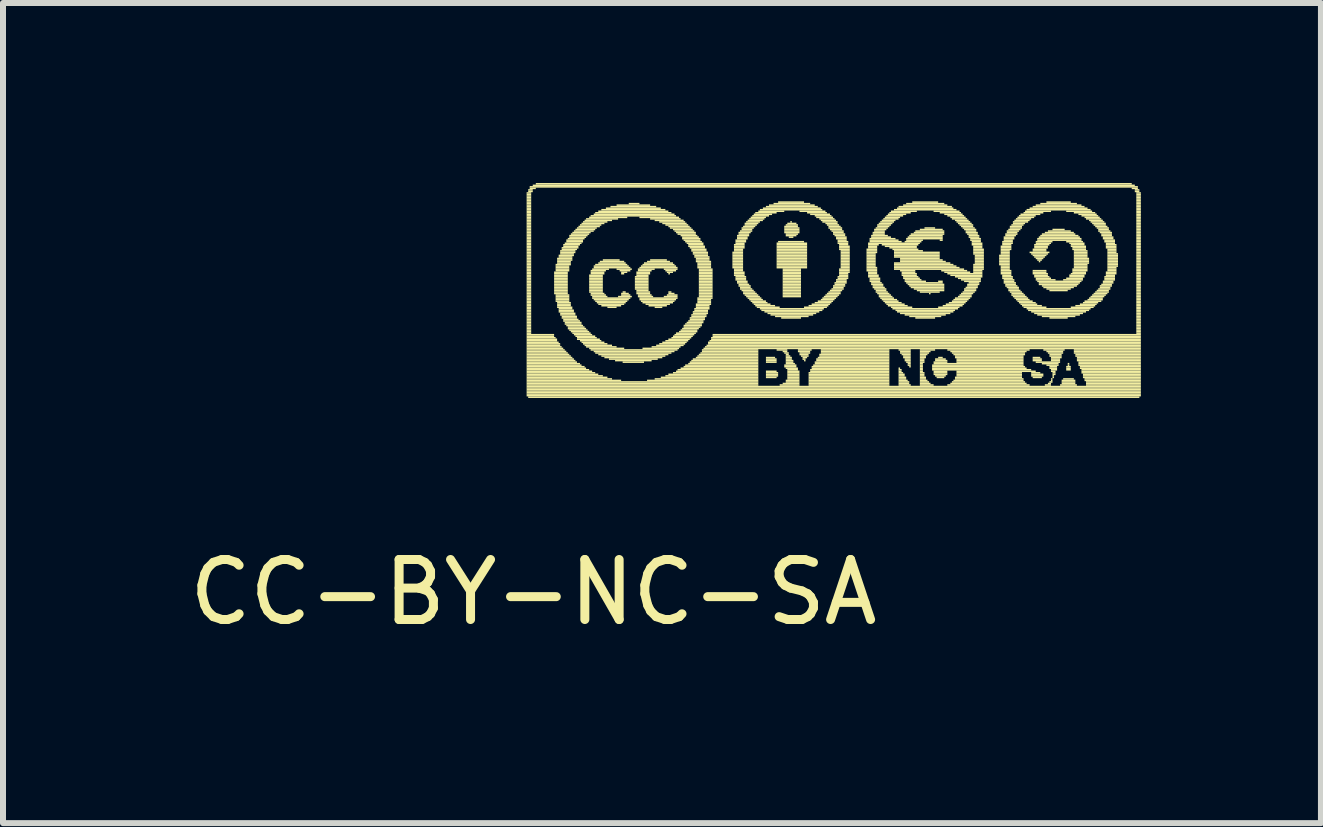
<source format=kicad_pcb>
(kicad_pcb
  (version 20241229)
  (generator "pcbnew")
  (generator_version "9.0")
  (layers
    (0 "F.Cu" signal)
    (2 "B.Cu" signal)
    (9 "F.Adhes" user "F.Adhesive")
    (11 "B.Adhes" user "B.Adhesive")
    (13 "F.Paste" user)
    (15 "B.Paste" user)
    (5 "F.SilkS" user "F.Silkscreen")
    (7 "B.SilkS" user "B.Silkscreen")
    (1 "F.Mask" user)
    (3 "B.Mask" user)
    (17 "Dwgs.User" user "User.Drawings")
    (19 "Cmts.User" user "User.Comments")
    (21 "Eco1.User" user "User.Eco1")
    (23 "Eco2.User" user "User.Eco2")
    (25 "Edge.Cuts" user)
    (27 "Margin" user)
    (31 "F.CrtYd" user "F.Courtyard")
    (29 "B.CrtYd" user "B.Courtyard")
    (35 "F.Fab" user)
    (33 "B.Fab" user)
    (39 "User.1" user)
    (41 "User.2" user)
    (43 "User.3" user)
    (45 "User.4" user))
  (footprint "CC-BY-NC-SA"
    (layer "F.Cu")
    (at 10.839 1.819)
    (property "Reference" "CC-BY-NC-SA" (at -5 5 0) (layer "F.SilkS") (effects (font (size 1 1) (thickness 0.15))))
    (attr through_hole)
    (fp_poly (pts (xy -5.113 -1.641) (xy -5.037 -1.641) (xy -5.037 -1.666) (xy -5.113 -1.666)) (stroke (width 0) (type solid)) (fill yes) (layer "F.SilkS"))
    (fp_poly (pts (xy -5.113 -1.615) (xy -5.037 -1.615) (xy -5.037 -1.641) (xy -5.113 -1.641)) (stroke (width 0) (type solid)) (fill yes) (layer "F.SilkS"))
    (fp_poly (pts (xy -5.113 -1.59) (xy -5.037 -1.59) (xy -5.037 -1.615) (xy -5.113 -1.615)) (stroke (width 0) (type solid)) (fill yes) (layer "F.SilkS"))
    (fp_poly (pts (xy -5.113 -1.565) (xy -5.037 -1.565) (xy -5.037 -1.59) (xy -5.113 -1.59)) (stroke (width 0) (type solid)) (fill yes) (layer "F.SilkS"))
    (fp_poly (pts (xy -5.113 -1.539) (xy -5.037 -1.539) (xy -5.037 -1.565) (xy -5.113 -1.565)) (stroke (width 0) (type solid)) (fill yes) (layer "F.SilkS"))
    (fp_poly (pts (xy -5.113 -1.514) (xy -5.037 -1.514) (xy -5.037 -1.539) (xy -5.113 -1.539)) (stroke (width 0) (type solid)) (fill yes) (layer "F.SilkS"))
    (fp_poly (pts (xy -5.113 -1.488) (xy -5.037 -1.488) (xy -5.037 -1.514) (xy -5.113 -1.514)) (stroke (width 0) (type solid)) (fill yes) (layer "F.SilkS"))
    (fp_poly (pts (xy -5.113 -1.463) (xy -5.037 -1.463) (xy -5.037 -1.488) (xy -5.113 -1.488)) (stroke (width 0) (type solid)) (fill yes) (layer "F.SilkS"))
    (fp_poly (pts (xy -5.113 -1.438) (xy -5.037 -1.438) (xy -5.037 -1.463) (xy -5.113 -1.463)) (stroke (width 0) (type solid)) (fill yes) (layer "F.SilkS"))
    (fp_poly (pts (xy -5.113 -1.412) (xy -5.037 -1.412) (xy -5.037 -1.438) (xy -5.113 -1.438)) (stroke (width 0) (type solid)) (fill yes) (layer "F.SilkS"))
    (fp_poly (pts (xy -5.113 -1.387) (xy -5.037 -1.387) (xy -5.037 -1.412) (xy -5.113 -1.412)) (stroke (width 0) (type solid)) (fill yes) (layer "F.SilkS"))
    (fp_poly (pts (xy -5.113 -1.361) (xy -5.037 -1.361) (xy -5.037 -1.387) (xy -5.113 -1.387)) (stroke (width 0) (type solid)) (fill yes) (layer "F.SilkS"))
    (fp_poly (pts (xy -5.113 -1.336) (xy -5.037 -1.336) (xy -5.037 -1.361) (xy -5.113 -1.361)) (stroke (width 0) (type solid)) (fill yes) (layer "F.SilkS"))
    (fp_poly (pts (xy -5.113 -1.311) (xy -5.037 -1.311) (xy -5.037 -1.336) (xy -5.113 -1.336)) (stroke (width 0) (type solid)) (fill yes) (layer "F.SilkS"))
    (fp_poly (pts (xy -5.113 -1.285) (xy -5.037 -1.285) (xy -5.037 -1.311) (xy -5.113 -1.311)) (stroke (width 0) (type solid)) (fill yes) (layer "F.SilkS"))
    (fp_poly (pts (xy -5.113 -1.26) (xy -5.037 -1.26) (xy -5.037 -1.285) (xy -5.113 -1.285)) (stroke (width 0) (type solid)) (fill yes) (layer "F.SilkS"))
    (fp_poly (pts (xy -5.113 -1.234) (xy -5.037 -1.234) (xy -5.037 -1.26) (xy -5.113 -1.26)) (stroke (width 0) (type solid)) (fill yes) (layer "F.SilkS"))
    (fp_poly (pts (xy -5.113 -1.209) (xy -5.037 -1.209) (xy -5.037 -1.234) (xy -5.113 -1.234)) (stroke (width 0) (type solid)) (fill yes) (layer "F.SilkS"))
    (fp_poly (pts (xy -5.113 -1.184) (xy -5.037 -1.184) (xy -5.037 -1.209) (xy -5.113 -1.209)) (stroke (width 0) (type solid)) (fill yes) (layer "F.SilkS"))
    (fp_poly (pts (xy -5.113 -1.158) (xy -5.037 -1.158) (xy -5.037 -1.184) (xy -5.113 -1.184)) (stroke (width 0) (type solid)) (fill yes) (layer "F.SilkS"))
    (fp_poly (pts (xy -5.113 -1.133) (xy -5.037 -1.133) (xy -5.037 -1.158) (xy -5.113 -1.158)) (stroke (width 0) (type solid)) (fill yes) (layer "F.SilkS"))
    (fp_poly (pts (xy -5.113 -1.107) (xy -5.037 -1.107) (xy -5.037 -1.133) (xy -5.113 -1.133)) (stroke (width 0) (type solid)) (fill yes) (layer "F.SilkS"))
    (fp_poly (pts (xy -5.113 -1.082) (xy -5.037 -1.082) (xy -5.037 -1.107) (xy -5.113 -1.107)) (stroke (width 0) (type solid)) (fill yes) (layer "F.SilkS"))
    (fp_poly (pts (xy -5.113 -1.057) (xy -5.037 -1.057) (xy -5.037 -1.082) (xy -5.113 -1.082)) (stroke (width 0) (type solid)) (fill yes) (layer "F.SilkS"))
    (fp_poly (pts (xy -5.113 -1.031) (xy -5.037 -1.031) (xy -5.037 -1.057) (xy -5.113 -1.057)) (stroke (width 0) (type solid)) (fill yes) (layer "F.SilkS"))
    (fp_poly (pts (xy -5.113 -1.006) (xy -5.037 -1.006) (xy -5.037 -1.031) (xy -5.113 -1.031)) (stroke (width 0) (type solid)) (fill yes) (layer "F.SilkS"))
    (fp_poly (pts (xy -5.113 -0.981) (xy -5.037 -0.981) (xy -5.037 -1.006) (xy -5.113 -1.006)) (stroke (width 0) (type solid)) (fill yes) (layer "F.SilkS"))
    (fp_poly (pts (xy -5.113 -0.955) (xy -5.037 -0.955) (xy -5.037 -0.981) (xy -5.113 -0.981)) (stroke (width 0) (type solid)) (fill yes) (layer "F.SilkS"))
    (fp_poly (pts (xy -5.113 -0.93) (xy -5.037 -0.93) (xy -5.037 -0.955) (xy -5.113 -0.955)) (stroke (width 0) (type solid)) (fill yes) (layer "F.SilkS"))
    (fp_poly (pts (xy -5.113 -0.904) (xy -5.037 -0.904) (xy -5.037 -0.93) (xy -5.113 -0.93)) (stroke (width 0) (type solid)) (fill yes) (layer "F.SilkS"))
    (fp_poly (pts (xy -5.113 -0.879) (xy -5.037 -0.879) (xy -5.037 -0.904) (xy -5.113 -0.904)) (stroke (width 0) (type solid)) (fill yes) (layer "F.SilkS"))
    (fp_poly (pts (xy -5.113 -0.854) (xy -5.037 -0.854) (xy -5.037 -0.879) (xy -5.113 -0.879)) (stroke (width 0) (type solid)) (fill yes) (layer "F.SilkS"))
    (fp_poly (pts (xy -5.113 -0.828) (xy -5.037 -0.828) (xy -5.037 -0.854) (xy -5.113 -0.854)) (stroke (width 0) (type solid)) (fill yes) (layer "F.SilkS"))
    (fp_poly (pts (xy -5.113 -0.803) (xy -5.037 -0.803) (xy -5.037 -0.828) (xy -5.113 -0.828)) (stroke (width 0) (type solid)) (fill yes) (layer "F.SilkS"))
    (fp_poly (pts (xy -5.113 -0.777) (xy -5.037 -0.777) (xy -5.037 -0.803) (xy -5.113 -0.803)) (stroke (width 0) (type solid)) (fill yes) (layer "F.SilkS"))
    (fp_poly (pts (xy -5.113 -0.752) (xy -5.037 -0.752) (xy -5.037 -0.777) (xy -5.113 -0.777)) (stroke (width 0) (type solid)) (fill yes) (layer "F.SilkS"))
    (fp_poly (pts (xy -5.113 -0.727) (xy -5.037 -0.727) (xy -5.037 -0.752) (xy -5.113 -0.752)) (stroke (width 0) (type solid)) (fill yes) (layer "F.SilkS"))
    (fp_poly (pts (xy -5.113 -0.701) (xy -5.037 -0.701) (xy -5.037 -0.727) (xy -5.113 -0.727)) (stroke (width 0) (type solid)) (fill yes) (layer "F.SilkS"))
    (fp_poly (pts (xy -5.113 -0.676) (xy -5.037 -0.676) (xy -5.037 -0.701) (xy -5.113 -0.701)) (stroke (width 0) (type solid)) (fill yes) (layer "F.SilkS"))
    (fp_poly (pts (xy -5.113 -0.65) (xy -5.037 -0.65) (xy -5.037 -0.676) (xy -5.113 -0.676)) (stroke (width 0) (type solid)) (fill yes) (layer "F.SilkS"))
    (fp_poly (pts (xy -5.113 -0.625) (xy -5.037 -0.625) (xy -5.037 -0.65) (xy -5.113 -0.65)) (stroke (width 0) (type solid)) (fill yes) (layer "F.SilkS"))
    (fp_poly (pts (xy -5.113 -0.6) (xy -5.037 -0.6) (xy -5.037 -0.625) (xy -5.113 -0.625)) (stroke (width 0) (type solid)) (fill yes) (layer "F.SilkS"))
    (fp_poly (pts (xy -5.113 -0.574) (xy -5.037 -0.574) (xy -5.037 -0.6) (xy -5.113 -0.6)) (stroke (width 0) (type solid)) (fill yes) (layer "F.SilkS"))
    (fp_poly (pts (xy -5.113 -0.549) (xy -5.037 -0.549) (xy -5.037 -0.574) (xy -5.113 -0.574)) (stroke (width 0) (type solid)) (fill yes) (layer "F.SilkS"))
    (fp_poly (pts (xy -5.113 -0.523) (xy -5.037 -0.523) (xy -5.037 -0.549) (xy -5.113 -0.549)) (stroke (width 0) (type solid)) (fill yes) (layer "F.SilkS"))
    (fp_poly (pts (xy -5.113 -0.498) (xy -5.037 -0.498) (xy -5.037 -0.523) (xy -5.113 -0.523)) (stroke (width 0) (type solid)) (fill yes) (layer "F.SilkS"))
    (fp_poly (pts (xy -5.113 -0.472) (xy -5.037 -0.472) (xy -5.037 -0.498) (xy -5.113 -0.498)) (stroke (width 0) (type solid)) (fill yes) (layer "F.SilkS"))
    (fp_poly (pts (xy -5.113 -0.447) (xy -5.037 -0.447) (xy -5.037 -0.472) (xy -5.113 -0.472)) (stroke (width 0) (type solid)) (fill yes) (layer "F.SilkS"))
    (fp_poly (pts (xy -5.113 -0.422) (xy -5.037 -0.422) (xy -5.037 -0.447) (xy -5.113 -0.447)) (stroke (width 0) (type solid)) (fill yes) (layer "F.SilkS"))
    (fp_poly (pts (xy -5.113 -0.396) (xy -5.037 -0.396) (xy -5.037 -0.422) (xy -5.113 -0.422)) (stroke (width 0) (type solid)) (fill yes) (layer "F.SilkS"))
    (fp_poly (pts (xy -5.113 -0.371) (xy -5.037 -0.371) (xy -5.037 -0.396) (xy -5.113 -0.396)) (stroke (width 0) (type solid)) (fill yes) (layer "F.SilkS"))
    (fp_poly (pts (xy -5.113 -0.345) (xy -5.037 -0.345) (xy -5.037 -0.371) (xy -5.113 -0.371)) (stroke (width 0) (type solid)) (fill yes) (layer "F.SilkS"))
    (fp_poly (pts (xy -5.113 -0.32) (xy -5.037 -0.32) (xy -5.037 -0.345) (xy -5.113 -0.345)) (stroke (width 0) (type solid)) (fill yes) (layer "F.SilkS"))
    (fp_poly (pts (xy -5.113 -0.295) (xy -5.037 -0.295) (xy -5.037 -0.32) (xy -5.113 -0.32)) (stroke (width 0) (type solid)) (fill yes) (layer "F.SilkS"))
    (fp_poly (pts (xy -5.113 -0.269) (xy -5.037 -0.269) (xy -5.037 -0.295) (xy -5.113 -0.295)) (stroke (width 0) (type solid)) (fill yes) (layer "F.SilkS"))
    (fp_poly (pts (xy -5.113 -0.244) (xy -5.037 -0.244) (xy -5.037 -0.269) (xy -5.113 -0.269)) (stroke (width 0) (type solid)) (fill yes) (layer "F.SilkS"))
    (fp_poly (pts (xy -5.113 -0.218) (xy -5.037 -0.218) (xy -5.037 -0.244) (xy -5.113 -0.244)) (stroke (width 0) (type solid)) (fill yes) (layer "F.SilkS"))
    (fp_poly (pts (xy -5.113 -0.193) (xy -5.037 -0.193) (xy -5.037 -0.218) (xy -5.113 -0.218)) (stroke (width 0) (type solid)) (fill yes) (layer "F.SilkS"))
    (fp_poly (pts (xy -5.113 -0.168) (xy -5.037 -0.168) (xy -5.037 -0.193) (xy -5.113 -0.193)) (stroke (width 0) (type solid)) (fill yes) (layer "F.SilkS"))
    (fp_poly (pts (xy -5.113 -0.142) (xy -5.037 -0.142) (xy -5.037 -0.168) (xy -5.113 -0.168)) (stroke (width 0) (type solid)) (fill yes) (layer "F.SilkS"))
    (fp_poly (pts (xy -5.113 -0.117) (xy -5.037 -0.117) (xy -5.037 -0.142) (xy -5.113 -0.142)) (stroke (width 0) (type solid)) (fill yes) (layer "F.SilkS"))
    (fp_poly (pts (xy -5.113 -0.091) (xy -5.037 -0.091) (xy -5.037 -0.117) (xy -5.113 -0.117)) (stroke (width 0) (type solid)) (fill yes) (layer "F.SilkS"))
    (fp_poly (pts (xy -5.113 -0.066) (xy -5.037 -0.066) (xy -5.037 -0.091) (xy -5.113 -0.091)) (stroke (width 0) (type solid)) (fill yes) (layer "F.SilkS"))
    (fp_poly (pts (xy -5.113 -0.041) (xy -5.037 -0.041) (xy -5.037 -0.066) (xy -5.113 -0.066)) (stroke (width 0) (type solid)) (fill yes) (layer "F.SilkS"))
    (fp_poly (pts (xy -5.113 -0.015) (xy -5.037 -0.015) (xy -5.037 -0.041) (xy -5.113 -0.041)) (stroke (width 0) (type solid)) (fill yes) (layer "F.SilkS"))
    (fp_poly (pts (xy -5.113 0.01) (xy -5.037 0.01) (xy -5.037 -0.015) (xy -5.113 -0.015)) (stroke (width 0) (type solid)) (fill yes) (layer "F.SilkS"))
    (fp_poly (pts (xy -5.113 0.035) (xy -5.037 0.035) (xy -5.037 0.01) (xy -5.113 0.01)) (stroke (width 0) (type solid)) (fill yes) (layer "F.SilkS"))
    (fp_poly (pts (xy -5.113 0.061) (xy -5.037 0.061) (xy -5.037 0.035) (xy -5.113 0.035)) (stroke (width 0) (type solid)) (fill yes) (layer "F.SilkS"))
    (fp_poly (pts (xy -5.113 0.086) (xy -5.037 0.086) (xy -5.037 0.061) (xy -5.113 0.061)) (stroke (width 0) (type solid)) (fill yes) (layer "F.SilkS"))
    (fp_poly (pts (xy -5.113 0.112) (xy -5.037 0.112) (xy -5.037 0.086) (xy -5.113 0.086)) (stroke (width 0) (type solid)) (fill yes) (layer "F.SilkS"))
    (fp_poly (pts (xy -5.113 0.137) (xy -5.037 0.137) (xy -5.037 0.112) (xy -5.113 0.112)) (stroke (width 0) (type solid)) (fill yes) (layer "F.SilkS"))
    (fp_poly (pts (xy -5.113 0.163) (xy -5.037 0.163) (xy -5.037 0.137) (xy -5.113 0.137)) (stroke (width 0) (type solid)) (fill yes) (layer "F.SilkS"))
    (fp_poly (pts (xy -5.113 0.188) (xy -5.037 0.188) (xy -5.037 0.163) (xy -5.113 0.163)) (stroke (width 0) (type solid)) (fill yes) (layer "F.SilkS"))
    (fp_poly (pts (xy -5.113 0.213) (xy -5.037 0.213) (xy -5.037 0.188) (xy -5.113 0.188)) (stroke (width 0) (type solid)) (fill yes) (layer "F.SilkS"))
    (fp_poly (pts (xy -5.113 0.239) (xy -5.037 0.239) (xy -5.037 0.213) (xy -5.113 0.213)) (stroke (width 0) (type solid)) (fill yes) (layer "F.SilkS"))
    (fp_poly (pts (xy -5.113 0.264) (xy -5.037 0.264) (xy -5.037 0.239) (xy -5.113 0.239)) (stroke (width 0) (type solid)) (fill yes) (layer "F.SilkS"))
    (fp_poly (pts (xy -5.113 0.289) (xy -5.037 0.289) (xy -5.037 0.264) (xy -5.113 0.264)) (stroke (width 0) (type solid)) (fill yes) (layer "F.SilkS"))
    (fp_poly (pts (xy -5.113 0.315) (xy -5.037 0.315) (xy -5.037 0.289) (xy -5.113 0.289)) (stroke (width 0) (type solid)) (fill yes) (layer "F.SilkS"))
    (fp_poly (pts (xy -5.113 0.34) (xy -5.037 0.34) (xy -5.037 0.315) (xy -5.113 0.315)) (stroke (width 0) (type solid)) (fill yes) (layer "F.SilkS"))
    (fp_poly (pts (xy -5.113 0.366) (xy -5.037 0.366) (xy -5.037 0.34) (xy -5.113 0.34)) (stroke (width 0) (type solid)) (fill yes) (layer "F.SilkS"))
    (fp_poly (pts (xy -5.113 0.391) (xy -5.037 0.391) (xy -5.037 0.366) (xy -5.113 0.366)) (stroke (width 0) (type solid)) (fill yes) (layer "F.SilkS"))
    (fp_poly (pts (xy -5.113 0.416) (xy -5.037 0.416) (xy -5.037 0.391) (xy -5.113 0.391)) (stroke (width 0) (type solid)) (fill yes) (layer "F.SilkS"))
    (fp_poly (pts (xy -5.113 0.442) (xy -5.037 0.442) (xy -5.037 0.416) (xy -5.113 0.416)) (stroke (width 0) (type solid)) (fill yes) (layer "F.SilkS"))
    (fp_poly (pts (xy -5.113 0.467) (xy -5.037 0.467) (xy -5.037 0.442) (xy -5.113 0.442)) (stroke (width 0) (type solid)) (fill yes) (layer "F.SilkS"))
    (fp_poly (pts (xy -5.113 0.493) (xy -5.037 0.493) (xy -5.037 0.467) (xy -5.113 0.467)) (stroke (width 0) (type solid)) (fill yes) (layer "F.SilkS"))
    (fp_poly (pts (xy -5.113 0.518) (xy -5.037 0.518) (xy -5.037 0.493) (xy -5.113 0.493)) (stroke (width 0) (type solid)) (fill yes) (layer "F.SilkS"))
    (fp_poly (pts (xy -5.113 0.543) (xy -5.037 0.543) (xy -5.037 0.518) (xy -5.113 0.518)) (stroke (width 0) (type solid)) (fill yes) (layer "F.SilkS"))
    (fp_poly (pts (xy -5.113 0.569) (xy -5.037 0.569) (xy -5.037 0.543) (xy -5.113 0.543)) (stroke (width 0) (type solid)) (fill yes) (layer "F.SilkS"))
    (fp_poly (pts (xy -5.113 0.594) (xy -5.037 0.594) (xy -5.037 0.569) (xy -5.113 0.569)) (stroke (width 0) (type solid)) (fill yes) (layer "F.SilkS"))
    (fp_poly (pts (xy -5.113 0.62) (xy -5.037 0.62) (xy -5.037 0.594) (xy -5.113 0.594)) (stroke (width 0) (type solid)) (fill yes) (layer "F.SilkS"))
    (fp_poly (pts (xy -5.113 0.645) (xy -5.037 0.645) (xy -5.037 0.62) (xy -5.113 0.62)) (stroke (width 0) (type solid)) (fill yes) (layer "F.SilkS"))
    (fp_poly (pts (xy -5.113 0.67) (xy -5.037 0.67) (xy -5.037 0.645) (xy -5.113 0.645)) (stroke (width 0) (type solid)) (fill yes) (layer "F.SilkS"))
    (fp_poly (pts (xy -5.113 0.696) (xy -5.037 0.696) (xy -5.037 0.67) (xy -5.113 0.67)) (stroke (width 0) (type solid)) (fill yes) (layer "F.SilkS"))
    (fp_poly (pts (xy -5.113 0.721) (xy -4.655 0.721) (xy -4.655 0.696) (xy -5.113 0.696)) (stroke (width 0) (type solid)) (fill yes) (layer "F.SilkS"))
    (fp_poly (pts (xy -5.113 0.747) (xy -4.655 0.747) (xy -4.655 0.721) (xy -5.113 0.721)) (stroke (width 0) (type solid)) (fill yes) (layer "F.SilkS"))
    (fp_poly (pts (xy -5.113 0.772) (xy -4.63 0.772) (xy -4.63 0.747) (xy -5.113 0.747)) (stroke (width 0) (type solid)) (fill yes) (layer "F.SilkS"))
    (fp_poly (pts (xy -5.113 0.797) (xy -4.605 0.797) (xy -4.605 0.772) (xy -5.113 0.772)) (stroke (width 0) (type solid)) (fill yes) (layer "F.SilkS"))
    (fp_poly (pts (xy -5.113 0.823) (xy -4.605 0.823) (xy -4.605 0.797) (xy -5.113 0.797)) (stroke (width 0) (type solid)) (fill yes) (layer "F.SilkS"))
    (fp_poly (pts (xy -5.113 0.848) (xy -4.579 0.848) (xy -4.579 0.823) (xy -5.113 0.823)) (stroke (width 0) (type solid)) (fill yes) (layer "F.SilkS"))
    (fp_poly (pts (xy -5.113 0.874) (xy -4.554 0.874) (xy -4.554 0.848) (xy -5.113 0.848)) (stroke (width 0) (type solid)) (fill yes) (layer "F.SilkS"))
    (fp_poly (pts (xy -5.113 0.899) (xy -4.554 0.899) (xy -4.554 0.874) (xy -5.113 0.874)) (stroke (width 0) (type solid)) (fill yes) (layer "F.SilkS"))
    (fp_poly (pts (xy -5.113 0.924) (xy -4.529 0.924) (xy -4.529 0.899) (xy -5.113 0.899)) (stroke (width 0) (type solid)) (fill yes) (layer "F.SilkS"))
    (fp_poly (pts (xy -5.113 0.95) (xy -4.503 0.95) (xy -4.503 0.924) (xy -5.113 0.924)) (stroke (width 0) (type solid)) (fill yes) (layer "F.SilkS"))
    (fp_poly (pts (xy -5.113 0.975) (xy -4.478 0.975) (xy -4.478 0.95) (xy -5.113 0.95)) (stroke (width 0) (type solid)) (fill yes) (layer "F.SilkS"))
    (fp_poly (pts (xy -5.113 1.001) (xy -4.452 1.001) (xy -4.452 0.975) (xy -5.113 0.975)) (stroke (width 0) (type solid)) (fill yes) (layer "F.SilkS"))
    (fp_poly (pts (xy -5.113 1.026) (xy -4.427 1.026) (xy -4.427 1.001) (xy -5.113 1.001)) (stroke (width 0) (type solid)) (fill yes) (layer "F.SilkS"))
    (fp_poly (pts (xy -5.113 1.052) (xy -4.402 1.052) (xy -4.402 1.026) (xy -5.113 1.026)) (stroke (width 0) (type solid)) (fill yes) (layer "F.SilkS"))
    (fp_poly (pts (xy -5.113 1.077) (xy -4.376 1.077) (xy -4.376 1.052) (xy -5.113 1.052)) (stroke (width 0) (type solid)) (fill yes) (layer "F.SilkS"))
    (fp_poly (pts (xy -5.113 1.102) (xy -4.351 1.102) (xy -4.351 1.077) (xy -5.113 1.077)) (stroke (width 0) (type solid)) (fill yes) (layer "F.SilkS"))
    (fp_poly (pts (xy -5.113 1.128) (xy -4.325 1.128) (xy -4.325 1.102) (xy -5.113 1.102)) (stroke (width 0) (type solid)) (fill yes) (layer "F.SilkS"))
    (fp_poly (pts (xy -5.113 1.153) (xy -4.3 1.153) (xy -4.3 1.128) (xy -5.113 1.128)) (stroke (width 0) (type solid)) (fill yes) (layer "F.SilkS"))
    (fp_poly (pts (xy -5.113 1.179) (xy -4.274 1.179) (xy -4.274 1.153) (xy -5.113 1.153)) (stroke (width 0) (type solid)) (fill yes) (layer "F.SilkS"))
    (fp_poly (pts (xy -5.113 1.204) (xy -4.224 1.204) (xy -4.224 1.179) (xy -5.113 1.179)) (stroke (width 0) (type solid)) (fill yes) (layer "F.SilkS"))
    (fp_poly (pts (xy -5.113 1.229) (xy -4.198 1.229) (xy -4.198 1.204) (xy -5.113 1.204)) (stroke (width 0) (type solid)) (fill yes) (layer "F.SilkS"))
    (fp_poly (pts (xy -5.113 1.255) (xy -4.147 1.255) (xy -4.147 1.229) (xy -5.113 1.229)) (stroke (width 0) (type solid)) (fill yes) (layer "F.SilkS"))
    (fp_poly (pts (xy -5.113 1.28) (xy -4.122 1.28) (xy -4.122 1.255) (xy -5.113 1.255)) (stroke (width 0) (type solid)) (fill yes) (layer "F.SilkS"))
    (fp_poly (pts (xy -5.113 1.306) (xy -4.071 1.306) (xy -4.071 1.28) (xy -5.113 1.28)) (stroke (width 0) (type solid)) (fill yes) (layer "F.SilkS"))
    (fp_poly (pts (xy -5.113 1.331) (xy -4.021 1.331) (xy -4.021 1.306) (xy -5.113 1.306)) (stroke (width 0) (type solid)) (fill yes) (layer "F.SilkS"))
    (fp_poly (pts (xy -5.113 1.356) (xy -3.97 1.356) (xy -3.97 1.331) (xy -5.113 1.331)) (stroke (width 0) (type solid)) (fill yes) (layer "F.SilkS"))
    (fp_poly (pts (xy -5.113 1.382) (xy -3.919 1.382) (xy -3.919 1.356) (xy -5.113 1.356)) (stroke (width 0) (type solid)) (fill yes) (layer "F.SilkS"))
    (fp_poly (pts (xy -5.113 1.407) (xy -3.843 1.407) (xy -3.843 1.382) (xy -5.113 1.382)) (stroke (width 0) (type solid)) (fill yes) (layer "F.SilkS"))
    (fp_poly (pts (xy -5.113 1.433) (xy -3.767 1.433) (xy -3.767 1.407) (xy -5.113 1.407)) (stroke (width 0) (type solid)) (fill yes) (layer "F.SilkS"))
    (fp_poly (pts (xy -5.113 1.458) (xy -3.69 1.458) (xy -3.69 1.433) (xy -5.113 1.433)) (stroke (width 0) (type solid)) (fill yes) (layer "F.SilkS"))
    (fp_poly (pts (xy -5.113 1.483) (xy -3.538 1.483) (xy -3.538 1.458) (xy -5.113 1.458)) (stroke (width 0) (type solid)) (fill yes) (layer "F.SilkS"))
    (fp_poly (pts (xy -5.113 1.509) (xy -1.252 1.509) (xy -1.252 1.483) (xy -5.113 1.483)) (stroke (width 0) (type solid)) (fill yes) (layer "F.SilkS"))
    (fp_poly (pts (xy -5.113 1.534) (xy -1.252 1.534) (xy -1.252 1.509) (xy -5.113 1.509)) (stroke (width 0) (type solid)) (fill yes) (layer "F.SilkS"))
    (fp_poly (pts (xy -5.113 1.56) (xy -1.252 1.56) (xy -1.252 1.534) (xy -5.113 1.534)) (stroke (width 0) (type solid)) (fill yes) (layer "F.SilkS"))
    (fp_poly (pts (xy -5.113 1.585) (xy 5.123 1.585) (xy 5.123 1.56) (xy -5.113 1.56)) (stroke (width 0) (type solid)) (fill yes) (layer "F.SilkS"))
    (fp_poly (pts (xy -5.113 1.61) (xy 5.123 1.61) (xy 5.123 1.585) (xy -5.113 1.585)) (stroke (width 0) (type solid)) (fill yes) (layer "F.SilkS"))
    (fp_poly (pts (xy -5.113 1.636) (xy 5.123 1.636) (xy 5.123 1.61) (xy -5.113 1.61)) (stroke (width 0) (type solid)) (fill yes) (layer "F.SilkS"))
    (fp_poly (pts (xy -5.113 1.661) (xy 5.123 1.661) (xy 5.123 1.636) (xy -5.113 1.636)) (stroke (width 0) (type solid)) (fill yes) (layer "F.SilkS"))
    (fp_poly (pts (xy -5.113 1.687) (xy 5.123 1.687) (xy 5.123 1.661) (xy -5.113 1.661)) (stroke (width 0) (type solid)) (fill yes) (layer "F.SilkS"))
    (fp_poly (pts (xy -5.113 1.712) (xy 5.123 1.712) (xy 5.123 1.687) (xy -5.113 1.687)) (stroke (width 0) (type solid)) (fill yes) (layer "F.SilkS"))
    (fp_poly (pts (xy -5.113 1.737) (xy 5.123 1.737) (xy 5.123 1.712) (xy -5.113 1.712)) (stroke (width 0) (type solid)) (fill yes) (layer "F.SilkS"))
    (fp_poly (pts (xy -5.087 -1.692) (xy -5.011 -1.692) (xy -5.011 -1.717) (xy -5.087 -1.717)) (stroke (width 0) (type solid)) (fill yes) (layer "F.SilkS"))
    (fp_poly (pts (xy -5.087 -1.666) (xy -5.011 -1.666) (xy -5.011 -1.692) (xy -5.087 -1.692)) (stroke (width 0) (type solid)) (fill yes) (layer "F.SilkS"))
    (fp_poly (pts (xy -5.087 1.763) (xy 5.098 1.763) (xy 5.098 1.737) (xy -5.087 1.737)) (stroke (width 0) (type solid)) (fill yes) (layer "F.SilkS"))
    (fp_poly (pts (xy -5.062 -1.742) (xy 5.073 -1.742) (xy 5.073 -1.768) (xy -5.062 -1.768)) (stroke (width 0) (type solid)) (fill yes) (layer "F.SilkS"))
    (fp_poly (pts (xy -5.062 -1.717) (xy -4.96 -1.717) (xy -4.96 -1.742) (xy -5.062 -1.742)) (stroke (width 0) (type solid)) (fill yes) (layer "F.SilkS"))
    (fp_poly (pts (xy -5.011 -1.768) (xy 5.022 -1.768) (xy 5.022 -1.793) (xy -5.011 -1.793)) (stroke (width 0) (type solid)) (fill yes) (layer "F.SilkS"))
    (fp_poly (pts (xy -4.96 -1.793) (xy 4.971 -1.793) (xy 4.971 -1.819) (xy -4.96 -1.819)) (stroke (width 0) (type solid)) (fill yes) (layer "F.SilkS"))
    (fp_poly (pts (xy -4.655 -0.32) (xy -4.427 -0.32) (xy -4.427 -0.345) (xy -4.655 -0.345)) (stroke (width 0) (type solid)) (fill yes) (layer "F.SilkS"))
    (fp_poly (pts (xy -4.655 -0.295) (xy -4.427 -0.295) (xy -4.427 -0.32) (xy -4.655 -0.32)) (stroke (width 0) (type solid)) (fill yes) (layer "F.SilkS"))
    (fp_poly (pts (xy -4.655 -0.269) (xy -4.427 -0.269) (xy -4.427 -0.295) (xy -4.655 -0.295)) (stroke (width 0) (type solid)) (fill yes) (layer "F.SilkS"))
    (fp_poly (pts (xy -4.655 -0.244) (xy -4.427 -0.244) (xy -4.427 -0.269) (xy -4.655 -0.269)) (stroke (width 0) (type solid)) (fill yes) (layer "F.SilkS"))
    (fp_poly (pts (xy -4.655 -0.218) (xy -4.427 -0.218) (xy -4.427 -0.244) (xy -4.655 -0.244)) (stroke (width 0) (type solid)) (fill yes) (layer "F.SilkS"))
    (fp_poly (pts (xy -4.655 -0.193) (xy -4.427 -0.193) (xy -4.427 -0.218) (xy -4.655 -0.218)) (stroke (width 0) (type solid)) (fill yes) (layer "F.SilkS"))
    (fp_poly (pts (xy -4.655 -0.168) (xy -4.427 -0.168) (xy -4.427 -0.193) (xy -4.655 -0.193)) (stroke (width 0) (type solid)) (fill yes) (layer "F.SilkS"))
    (fp_poly (pts (xy -4.655 -0.142) (xy -4.427 -0.142) (xy -4.427 -0.168) (xy -4.655 -0.168)) (stroke (width 0) (type solid)) (fill yes) (layer "F.SilkS"))
    (fp_poly (pts (xy -4.655 -0.117) (xy -4.427 -0.117) (xy -4.427 -0.142) (xy -4.655 -0.142)) (stroke (width 0) (type solid)) (fill yes) (layer "F.SilkS"))
    (fp_poly (pts (xy -4.655 -0.091) (xy -4.427 -0.091) (xy -4.427 -0.117) (xy -4.655 -0.117)) (stroke (width 0) (type solid)) (fill yes) (layer "F.SilkS"))
    (fp_poly (pts (xy -4.655 -0.066) (xy -4.427 -0.066) (xy -4.427 -0.091) (xy -4.655 -0.091)) (stroke (width 0) (type solid)) (fill yes) (layer "F.SilkS"))
    (fp_poly (pts (xy -4.655 -0.041) (xy -4.427 -0.041) (xy -4.427 -0.066) (xy -4.655 -0.066)) (stroke (width 0) (type solid)) (fill yes) (layer "F.SilkS"))
    (fp_poly (pts (xy -4.655 -0.015) (xy -4.427 -0.015) (xy -4.427 -0.041) (xy -4.655 -0.041)) (stroke (width 0) (type solid)) (fill yes) (layer "F.SilkS"))
    (fp_poly (pts (xy -4.655 0.01) (xy -4.427 0.01) (xy -4.427 -0.015) (xy -4.655 -0.015)) (stroke (width 0) (type solid)) (fill yes) (layer "F.SilkS"))
    (fp_poly (pts (xy -4.655 0.035) (xy -4.427 0.035) (xy -4.427 0.01) (xy -4.655 0.01)) (stroke (width 0) (type solid)) (fill yes) (layer "F.SilkS"))
    (fp_poly (pts (xy -4.63 -0.447) (xy -4.376 -0.447) (xy -4.376 -0.472) (xy -4.63 -0.472)) (stroke (width 0) (type solid)) (fill yes) (layer "F.SilkS"))
    (fp_poly (pts (xy -4.63 -0.422) (xy -4.402 -0.422) (xy -4.402 -0.447) (xy -4.63 -0.447)) (stroke (width 0) (type solid)) (fill yes) (layer "F.SilkS"))
    (fp_poly (pts (xy -4.63 -0.396) (xy -4.402 -0.396) (xy -4.402 -0.422) (xy -4.63 -0.422)) (stroke (width 0) (type solid)) (fill yes) (layer "F.SilkS"))
    (fp_poly (pts (xy -4.63 -0.371) (xy -4.402 -0.371) (xy -4.402 -0.396) (xy -4.63 -0.396)) (stroke (width 0) (type solid)) (fill yes) (layer "F.SilkS"))
    (fp_poly (pts (xy -4.63 -0.345) (xy -4.402 -0.345) (xy -4.402 -0.371) (xy -4.63 -0.371)) (stroke (width 0) (type solid)) (fill yes) (layer "F.SilkS"))
    (fp_poly (pts (xy -4.63 0.061) (xy -4.402 0.061) (xy -4.402 0.035) (xy -4.63 0.035)) (stroke (width 0) (type solid)) (fill yes) (layer "F.SilkS"))
    (fp_poly (pts (xy -4.63 0.086) (xy -4.402 0.086) (xy -4.402 0.061) (xy -4.63 0.061)) (stroke (width 0) (type solid)) (fill yes) (layer "F.SilkS"))
    (fp_poly (pts (xy -4.63 0.112) (xy -4.402 0.112) (xy -4.402 0.086) (xy -4.63 0.086)) (stroke (width 0) (type solid)) (fill yes) (layer "F.SilkS"))
    (fp_poly (pts (xy -4.63 0.137) (xy -4.402 0.137) (xy -4.402 0.112) (xy -4.63 0.112)) (stroke (width 0) (type solid)) (fill yes) (layer "F.SilkS"))
    (fp_poly (pts (xy -4.63 0.163) (xy -4.402 0.163) (xy -4.402 0.137) (xy -4.63 0.137)) (stroke (width 0) (type solid)) (fill yes) (layer "F.SilkS"))
    (fp_poly (pts (xy -4.605 -0.549) (xy -4.351 -0.549) (xy -4.351 -0.574) (xy -4.605 -0.574)) (stroke (width 0) (type solid)) (fill yes) (layer "F.SilkS"))
    (fp_poly (pts (xy -4.605 -0.523) (xy -4.351 -0.523) (xy -4.351 -0.549) (xy -4.605 -0.549)) (stroke (width 0) (type solid)) (fill yes) (layer "F.SilkS"))
    (fp_poly (pts (xy -4.605 -0.498) (xy -4.376 -0.498) (xy -4.376 -0.523) (xy -4.605 -0.523)) (stroke (width 0) (type solid)) (fill yes) (layer "F.SilkS"))
    (fp_poly (pts (xy -4.605 -0.472) (xy -4.376 -0.472) (xy -4.376 -0.498) (xy -4.605 -0.498)) (stroke (width 0) (type solid)) (fill yes) (layer "F.SilkS"))
    (fp_poly (pts (xy -4.605 0.188) (xy -4.376 0.188) (xy -4.376 0.163) (xy -4.605 0.163)) (stroke (width 0) (type solid)) (fill yes) (layer "F.SilkS"))
    (fp_poly (pts (xy -4.605 0.213) (xy -4.376 0.213) (xy -4.376 0.188) (xy -4.605 0.188)) (stroke (width 0) (type solid)) (fill yes) (layer "F.SilkS"))
    (fp_poly (pts (xy -4.605 0.239) (xy -4.376 0.239) (xy -4.376 0.213) (xy -4.605 0.213)) (stroke (width 0) (type solid)) (fill yes) (layer "F.SilkS"))
    (fp_poly (pts (xy -4.605 0.264) (xy -4.351 0.264) (xy -4.351 0.239) (xy -4.605 0.239)) (stroke (width 0) (type solid)) (fill yes) (layer "F.SilkS"))
    (fp_poly (pts (xy -4.579 -0.6) (xy -4.325 -0.6) (xy -4.325 -0.625) (xy -4.579 -0.625)) (stroke (width 0) (type solid)) (fill yes) (layer "F.SilkS"))
    (fp_poly (pts (xy -4.579 -0.574) (xy -4.351 -0.574) (xy -4.351 -0.6) (xy -4.579 -0.6)) (stroke (width 0) (type solid)) (fill yes) (layer "F.SilkS"))
    (fp_poly (pts (xy -4.579 0.289) (xy -4.351 0.289) (xy -4.351 0.264) (xy -4.579 0.264)) (stroke (width 0) (type solid)) (fill yes) (layer "F.SilkS"))
    (fp_poly (pts (xy -4.579 0.315) (xy -4.325 0.315) (xy -4.325 0.289) (xy -4.579 0.289)) (stroke (width 0) (type solid)) (fill yes) (layer "F.SilkS"))
    (fp_poly (pts (xy -4.579 0.34) (xy -4.325 0.34) (xy -4.325 0.315) (xy -4.579 0.315)) (stroke (width 0) (type solid)) (fill yes) (layer "F.SilkS"))
    (fp_poly (pts (xy -4.554 -0.676) (xy -4.3 -0.676) (xy -4.3 -0.701) (xy -4.554 -0.701)) (stroke (width 0) (type solid)) (fill yes) (layer "F.SilkS"))
    (fp_poly (pts (xy -4.554 -0.65) (xy -4.3 -0.65) (xy -4.3 -0.676) (xy -4.554 -0.676)) (stroke (width 0) (type solid)) (fill yes) (layer "F.SilkS"))
    (fp_poly (pts (xy -4.554 -0.625) (xy -4.325 -0.625) (xy -4.325 -0.65) (xy -4.554 -0.65)) (stroke (width 0) (type solid)) (fill yes) (layer "F.SilkS"))
    (fp_poly (pts (xy -4.554 0.366) (xy -4.3 0.366) (xy -4.3 0.34) (xy -4.554 0.34)) (stroke (width 0) (type solid)) (fill yes) (layer "F.SilkS"))
    (fp_poly (pts (xy -4.554 0.391) (xy -4.3 0.391) (xy -4.3 0.366) (xy -4.554 0.366)) (stroke (width 0) (type solid)) (fill yes) (layer "F.SilkS"))
    (fp_poly (pts (xy -4.529 -0.727) (xy -4.249 -0.727) (xy -4.249 -0.752) (xy -4.529 -0.752)) (stroke (width 0) (type solid)) (fill yes) (layer "F.SilkS"))
    (fp_poly (pts (xy -4.529 -0.701) (xy -4.274 -0.701) (xy -4.274 -0.727) (xy -4.529 -0.727)) (stroke (width 0) (type solid)) (fill yes) (layer "F.SilkS"))
    (fp_poly (pts (xy -4.529 0.416) (xy -4.274 0.416) (xy -4.274 0.391) (xy -4.529 0.391)) (stroke (width 0) (type solid)) (fill yes) (layer "F.SilkS"))
    (fp_poly (pts (xy -4.529 0.442) (xy -4.274 0.442) (xy -4.274 0.416) (xy -4.529 0.416)) (stroke (width 0) (type solid)) (fill yes) (layer "F.SilkS"))
    (fp_poly (pts (xy -4.503 -0.777) (xy -4.224 -0.777) (xy -4.224 -0.803) (xy -4.503 -0.803)) (stroke (width 0) (type solid)) (fill yes) (layer "F.SilkS"))
    (fp_poly (pts (xy -4.503 -0.752) (xy -4.249 -0.752) (xy -4.249 -0.777) (xy -4.503 -0.777)) (stroke (width 0) (type solid)) (fill yes) (layer "F.SilkS"))
    (fp_poly (pts (xy -4.503 0.467) (xy -4.249 0.467) (xy -4.249 0.442) (xy -4.503 0.442)) (stroke (width 0) (type solid)) (fill yes) (layer "F.SilkS"))
    (fp_poly (pts (xy -4.503 0.493) (xy -4.224 0.493) (xy -4.224 0.467) (xy -4.503 0.467)) (stroke (width 0) (type solid)) (fill yes) (layer "F.SilkS"))
    (fp_poly (pts (xy -4.478 -0.803) (xy -4.198 -0.803) (xy -4.198 -0.828) (xy -4.478 -0.828)) (stroke (width 0) (type solid)) (fill yes) (layer "F.SilkS"))
    (fp_poly (pts (xy -4.478 0.518) (xy -4.198 0.518) (xy -4.198 0.493) (xy -4.478 0.493)) (stroke (width 0) (type solid)) (fill yes) (layer "F.SilkS"))
    (fp_poly (pts (xy -4.478 0.543) (xy -4.198 0.543) (xy -4.198 0.518) (xy -4.478 0.518)) (stroke (width 0) (type solid)) (fill yes) (layer "F.SilkS"))
    (fp_poly (pts (xy -4.452 -0.854) (xy -4.173 -0.854) (xy -4.173 -0.879) (xy -4.452 -0.879)) (stroke (width 0) (type solid)) (fill yes) (layer "F.SilkS"))
    (fp_poly (pts (xy -4.452 -0.828) (xy -4.173 -0.828) (xy -4.173 -0.854) (xy -4.452 -0.854)) (stroke (width 0) (type solid)) (fill yes) (layer "F.SilkS"))
    (fp_poly (pts (xy -4.452 0.569) (xy -4.173 0.569) (xy -4.173 0.543) (xy -4.452 0.543)) (stroke (width 0) (type solid)) (fill yes) (layer "F.SilkS"))
    (fp_poly (pts (xy -4.427 -0.879) (xy -4.147 -0.879) (xy -4.147 -0.904) (xy -4.427 -0.904)) (stroke (width 0) (type solid)) (fill yes) (layer "F.SilkS"))
    (fp_poly (pts (xy -4.427 0.594) (xy -4.147 0.594) (xy -4.147 0.569) (xy -4.427 0.569)) (stroke (width 0) (type solid)) (fill yes) (layer "F.SilkS"))
    (fp_poly (pts (xy -4.427 0.62) (xy -4.122 0.62) (xy -4.122 0.594) (xy -4.427 0.594)) (stroke (width 0) (type solid)) (fill yes) (layer "F.SilkS"))
    (fp_poly (pts (xy -4.402 -0.93) (xy -4.097 -0.93) (xy -4.097 -0.955) (xy -4.402 -0.955)) (stroke (width 0) (type solid)) (fill yes) (layer "F.SilkS"))
    (fp_poly (pts (xy -4.402 -0.904) (xy -4.122 -0.904) (xy -4.122 -0.93) (xy -4.402 -0.93)) (stroke (width 0) (type solid)) (fill yes) (layer "F.SilkS"))
    (fp_poly (pts (xy -4.402 0.645) (xy -4.097 0.645) (xy -4.097 0.62) (xy -4.402 0.62)) (stroke (width 0) (type solid)) (fill yes) (layer "F.SilkS"))
    (fp_poly (pts (xy -4.376 -0.955) (xy -4.071 -0.955) (xy -4.071 -0.981) (xy -4.376 -0.981)) (stroke (width 0) (type solid)) (fill yes) (layer "F.SilkS"))
    (fp_poly (pts (xy -4.376 0.67) (xy -4.071 0.67) (xy -4.071 0.645) (xy -4.376 0.645)) (stroke (width 0) (type solid)) (fill yes) (layer "F.SilkS"))
    (fp_poly (pts (xy -4.351 -0.981) (xy -4.046 -0.981) (xy -4.046 -1.006) (xy -4.351 -1.006)) (stroke (width 0) (type solid)) (fill yes) (layer "F.SilkS"))
    (fp_poly (pts (xy -4.351 0.696) (xy -4.046 0.696) (xy -4.046 0.67) (xy -4.351 0.67)) (stroke (width 0) (type solid)) (fill yes) (layer "F.SilkS"))
    (fp_poly (pts (xy -4.325 -1.006) (xy -3.995 -1.006) (xy -3.995 -1.031) (xy -4.325 -1.031)) (stroke (width 0) (type solid)) (fill yes) (layer "F.SilkS"))
    (fp_poly (pts (xy -4.325 0.721) (xy -4.021 0.721) (xy -4.021 0.696) (xy -4.325 0.696)) (stroke (width 0) (type solid)) (fill yes) (layer "F.SilkS"))
    (fp_poly (pts (xy -4.3 -1.031) (xy -3.97 -1.031) (xy -3.97 -1.057) (xy -4.3 -1.057)) (stroke (width 0) (type solid)) (fill yes) (layer "F.SilkS"))
    (fp_poly (pts (xy -4.3 0.747) (xy -3.97 0.747) (xy -3.97 0.721) (xy -4.3 0.721)) (stroke (width 0) (type solid)) (fill yes) (layer "F.SilkS"))
    (fp_poly (pts (xy -4.274 -1.057) (xy -3.944 -1.057) (xy -3.944 -1.082) (xy -4.274 -1.082)) (stroke (width 0) (type solid)) (fill yes) (layer "F.SilkS"))
    (fp_poly (pts (xy -4.274 0.772) (xy -3.944 0.772) (xy -3.944 0.747) (xy -4.274 0.747)) (stroke (width 0) (type solid)) (fill yes) (layer "F.SilkS"))
    (fp_poly (pts (xy -4.274 0.797) (xy -3.893 0.797) (xy -3.893 0.772) (xy -4.274 0.772)) (stroke (width 0) (type solid)) (fill yes) (layer "F.SilkS"))
    (fp_poly (pts (xy -4.249 -1.082) (xy -3.893 -1.082) (xy -3.893 -1.107) (xy -4.249 -1.107)) (stroke (width 0) (type solid)) (fill yes) (layer "F.SilkS"))
    (fp_poly (pts (xy -4.224 -1.107) (xy -3.868 -1.107) (xy -3.868 -1.133) (xy -4.224 -1.133)) (stroke (width 0) (type solid)) (fill yes) (layer "F.SilkS"))
    (fp_poly (pts (xy -4.224 0.823) (xy -3.868 0.823) (xy -3.868 0.797) (xy -4.224 0.797)) (stroke (width 0) (type solid)) (fill yes) (layer "F.SilkS"))
    (fp_poly (pts (xy -4.198 -1.133) (xy -3.817 -1.133) (xy -3.817 -1.158) (xy -4.198 -1.158)) (stroke (width 0) (type solid)) (fill yes) (layer "F.SilkS"))
    (fp_poly (pts (xy -4.198 0.848) (xy -3.817 0.848) (xy -3.817 0.823) (xy -4.198 0.823)) (stroke (width 0) (type solid)) (fill yes) (layer "F.SilkS"))
    (fp_poly (pts (xy -4.173 -1.158) (xy -3.767 -1.158) (xy -3.767 -1.184) (xy -4.173 -1.184)) (stroke (width 0) (type solid)) (fill yes) (layer "F.SilkS"))
    (fp_poly (pts (xy -4.173 0.874) (xy -3.767 0.874) (xy -3.767 0.848) (xy -4.173 0.848)) (stroke (width 0) (type solid)) (fill yes) (layer "F.SilkS"))
    (fp_poly (pts (xy -4.147 -1.184) (xy -3.69 -1.184) (xy -3.69 -1.209) (xy -4.147 -1.209)) (stroke (width 0) (type solid)) (fill yes) (layer "F.SilkS"))
    (fp_poly (pts (xy -4.147 0.899) (xy -3.69 0.899) (xy -3.69 0.874) (xy -4.147 0.874)) (stroke (width 0) (type solid)) (fill yes) (layer "F.SilkS"))
    (fp_poly (pts (xy -4.122 -1.209) (xy -3.589 -1.209) (xy -3.589 -1.234) (xy -4.122 -1.234)) (stroke (width 0) (type solid)) (fill yes) (layer "F.SilkS"))
    (fp_poly (pts (xy -4.122 0.924) (xy -3.614 0.924) (xy -3.614 0.899) (xy -4.122 0.899)) (stroke (width 0) (type solid)) (fill yes) (layer "F.SilkS"))
    (fp_poly (pts (xy -4.071 -1.234) (xy -3.436 -1.234) (xy -3.436 -1.26) (xy -4.071 -1.26)) (stroke (width 0) (type solid)) (fill yes) (layer "F.SilkS"))
    (fp_poly (pts (xy -4.071 -0.269) (xy -3.843 -0.269) (xy -3.843 -0.295) (xy -4.071 -0.295)) (stroke (width 0) (type solid)) (fill yes) (layer "F.SilkS"))
    (fp_poly (pts (xy -4.071 -0.244) (xy -3.843 -0.244) (xy -3.843 -0.269) (xy -4.071 -0.269)) (stroke (width 0) (type solid)) (fill yes) (layer "F.SilkS"))
    (fp_poly (pts (xy -4.071 -0.218) (xy -3.843 -0.218) (xy -3.843 -0.244) (xy -4.071 -0.244)) (stroke (width 0) (type solid)) (fill yes) (layer "F.SilkS"))
    (fp_poly (pts (xy -4.071 -0.193) (xy -3.843 -0.193) (xy -3.843 -0.218) (xy -4.071 -0.218)) (stroke (width 0) (type solid)) (fill yes) (layer "F.SilkS"))
    (fp_poly (pts (xy -4.071 -0.168) (xy -3.843 -0.168) (xy -3.843 -0.193) (xy -4.071 -0.193)) (stroke (width 0) (type solid)) (fill yes) (layer "F.SilkS"))
    (fp_poly (pts (xy -4.071 -0.142) (xy -3.843 -0.142) (xy -3.843 -0.168) (xy -4.071 -0.168)) (stroke (width 0) (type solid)) (fill yes) (layer "F.SilkS"))
    (fp_poly (pts (xy -4.071 -0.117) (xy -3.843 -0.117) (xy -3.843 -0.142) (xy -4.071 -0.142)) (stroke (width 0) (type solid)) (fill yes) (layer "F.SilkS"))
    (fp_poly (pts (xy -4.071 -0.091) (xy -3.843 -0.091) (xy -3.843 -0.117) (xy -4.071 -0.117)) (stroke (width 0) (type solid)) (fill yes) (layer "F.SilkS"))
    (fp_poly (pts (xy -4.071 -0.066) (xy -3.843 -0.066) (xy -3.843 -0.091) (xy -4.071 -0.091)) (stroke (width 0) (type solid)) (fill yes) (layer "F.SilkS"))
    (fp_poly (pts (xy -4.071 -0.041) (xy -3.843 -0.041) (xy -3.843 -0.066) (xy -4.071 -0.066)) (stroke (width 0) (type solid)) (fill yes) (layer "F.SilkS"))
    (fp_poly (pts (xy -4.071 -0.015) (xy -3.843 -0.015) (xy -3.843 -0.041) (xy -4.071 -0.041)) (stroke (width 0) (type solid)) (fill yes) (layer "F.SilkS"))
    (fp_poly (pts (xy -4.071 0.01) (xy -3.843 0.01) (xy -3.843 -0.015) (xy -4.071 -0.015)) (stroke (width 0) (type solid)) (fill yes) (layer "F.SilkS"))
    (fp_poly (pts (xy -4.071 0.95) (xy -3.487 0.95) (xy -3.487 0.924) (xy -4.071 0.924)) (stroke (width 0) (type solid)) (fill yes) (layer "F.SilkS"))
    (fp_poly (pts (xy -4.046 -1.26) (xy -2.623 -1.26) (xy -2.623 -1.285) (xy -4.046 -1.285)) (stroke (width 0) (type solid)) (fill yes) (layer "F.SilkS"))
    (fp_poly (pts (xy -4.046 -0.345) (xy -3.792 -0.345) (xy -3.792 -0.371) (xy -4.046 -0.371)) (stroke (width 0) (type solid)) (fill yes) (layer "F.SilkS"))
    (fp_poly (pts (xy -4.046 -0.32) (xy -3.817 -0.32) (xy -3.817 -0.345) (xy -4.046 -0.345)) (stroke (width 0) (type solid)) (fill yes) (layer "F.SilkS"))
    (fp_poly (pts (xy -4.046 -0.295) (xy -3.817 -0.295) (xy -3.817 -0.32) (xy -4.046 -0.32)) (stroke (width 0) (type solid)) (fill yes) (layer "F.SilkS"))
    (fp_poly (pts (xy -4.046 0.035) (xy -3.817 0.035) (xy -3.817 0.01) (xy -4.046 0.01)) (stroke (width 0) (type solid)) (fill yes) (layer "F.SilkS"))
    (fp_poly (pts (xy -4.046 0.061) (xy -3.792 0.061) (xy -3.792 0.035) (xy -4.046 0.035)) (stroke (width 0) (type solid)) (fill yes) (layer "F.SilkS"))
    (fp_poly (pts (xy -4.046 0.975) (xy -2.598 0.975) (xy -2.598 0.95) (xy -4.046 0.95)) (stroke (width 0) (type solid)) (fill yes) (layer "F.SilkS"))
    (fp_poly (pts (xy -4.021 -0.371) (xy -3.741 -0.371) (xy -3.741 -0.396) (xy -4.021 -0.396)) (stroke (width 0) (type solid)) (fill yes) (layer "F.SilkS"))
    (fp_poly (pts (xy -4.021 0.086) (xy -3.767 0.086) (xy -3.767 0.061) (xy -4.021 0.061)) (stroke (width 0) (type solid)) (fill yes) (layer "F.SilkS"))
    (fp_poly (pts (xy -4.021 0.112) (xy -3.385 0.112) (xy -3.385 0.086) (xy -4.021 0.086)) (stroke (width 0) (type solid)) (fill yes) (layer "F.SilkS"))
    (fp_poly (pts (xy -3.995 -1.285) (xy -2.649 -1.285) (xy -2.649 -1.311) (xy -3.995 -1.311)) (stroke (width 0) (type solid)) (fill yes) (layer "F.SilkS"))
    (fp_poly (pts (xy -3.995 -0.422) (xy -3.411 -0.422) (xy -3.411 -0.447) (xy -3.995 -0.447)) (stroke (width 0) (type solid)) (fill yes) (layer "F.SilkS"))
    (fp_poly (pts (xy -3.995 -0.396) (xy -3.385 -0.396) (xy -3.385 -0.422) (xy -3.995 -0.422)) (stroke (width 0) (type solid)) (fill yes) (layer "F.SilkS"))
    (fp_poly (pts (xy -3.995 0.137) (xy -3.411 0.137) (xy -3.411 0.112) (xy -3.995 0.112)) (stroke (width 0) (type solid)) (fill yes) (layer "F.SilkS"))
    (fp_poly (pts (xy -3.995 1.001) (xy -2.649 1.001) (xy -2.649 0.975) (xy -3.995 0.975)) (stroke (width 0) (type solid)) (fill yes) (layer "F.SilkS"))
    (fp_poly (pts (xy -3.97 -1.311) (xy -2.7 -1.311) (xy -2.7 -1.336) (xy -3.97 -1.336)) (stroke (width 0) (type solid)) (fill yes) (layer "F.SilkS"))
    (fp_poly (pts (xy -3.97 -0.447) (xy -3.436 -0.447) (xy -3.436 -0.472) (xy -3.97 -0.472)) (stroke (width 0) (type solid)) (fill yes) (layer "F.SilkS"))
    (fp_poly (pts (xy -3.97 0.163) (xy -3.436 0.163) (xy -3.436 0.137) (xy -3.97 0.137)) (stroke (width 0) (type solid)) (fill yes) (layer "F.SilkS"))
    (fp_poly (pts (xy -3.97 1.026) (xy -2.7 1.026) (xy -2.7 1.001) (xy -3.97 1.001)) (stroke (width 0) (type solid)) (fill yes) (layer "F.SilkS"))
    (fp_poly (pts (xy -3.944 0.188) (xy -3.462 0.188) (xy -3.462 0.163) (xy -3.944 0.163)) (stroke (width 0) (type solid)) (fill yes) (layer "F.SilkS"))
    (fp_poly (pts (xy -3.919 -1.336) (xy -2.751 -1.336) (xy -2.751 -1.361) (xy -3.919 -1.361)) (stroke (width 0) (type solid)) (fill yes) (layer "F.SilkS"))
    (fp_poly (pts (xy -3.919 -0.472) (xy -3.462 -0.472) (xy -3.462 -0.498) (xy -3.919 -0.498)) (stroke (width 0) (type solid)) (fill yes) (layer "F.SilkS"))
    (fp_poly (pts (xy -3.919 0.213) (xy -3.487 0.213) (xy -3.487 0.188) (xy -3.919 0.188)) (stroke (width 0) (type solid)) (fill yes) (layer "F.SilkS"))
    (fp_poly (pts (xy -3.919 1.052) (xy -2.751 1.052) (xy -2.751 1.026) (xy -3.919 1.026)) (stroke (width 0) (type solid)) (fill yes) (layer "F.SilkS"))
    (fp_poly (pts (xy -3.893 -0.498) (xy -3.487 -0.498) (xy -3.487 -0.523) (xy -3.893 -0.523)) (stroke (width 0) (type solid)) (fill yes) (layer "F.SilkS"))
    (fp_poly (pts (xy -3.868 -1.361) (xy -2.801 -1.361) (xy -2.801 -1.387) (xy -3.868 -1.387)) (stroke (width 0) (type solid)) (fill yes) (layer "F.SilkS"))
    (fp_poly (pts (xy -3.868 0.239) (xy -3.538 0.239) (xy -3.538 0.213) (xy -3.868 0.213)) (stroke (width 0) (type solid)) (fill yes) (layer "F.SilkS"))
    (fp_poly (pts (xy -3.868 1.077) (xy -2.801 1.077) (xy -2.801 1.052) (xy -3.868 1.052)) (stroke (width 0) (type solid)) (fill yes) (layer "F.SilkS"))
    (fp_poly (pts (xy -3.843 -0.523) (xy -3.563 -0.523) (xy -3.563 -0.549) (xy -3.843 -0.549)) (stroke (width 0) (type solid)) (fill yes) (layer "F.SilkS"))
    (fp_poly (pts (xy -3.817 1.102) (xy -2.852 1.102) (xy -2.852 1.077) (xy -3.817 1.077)) (stroke (width 0) (type solid)) (fill yes) (layer "F.SilkS"))
    (fp_poly (pts (xy -3.792 -1.387) (xy -2.877 -1.387) (xy -2.877 -1.412) (xy -3.792 -1.412)) (stroke (width 0) (type solid)) (fill yes) (layer "F.SilkS"))
    (fp_poly (pts (xy -3.767 0.264) (xy -3.614 0.264) (xy -3.614 0.239) (xy -3.767 0.239)) (stroke (width 0) (type solid)) (fill yes) (layer "F.SilkS"))
    (fp_poly (pts (xy -3.741 1.128) (xy -2.928 1.128) (xy -2.928 1.102) (xy -3.741 1.102)) (stroke (width 0) (type solid)) (fill yes) (layer "F.SilkS"))
    (fp_poly (pts (xy -3.716 -1.412) (xy -2.954 -1.412) (xy -2.954 -1.438) (xy -3.716 -1.438)) (stroke (width 0) (type solid)) (fill yes) (layer "F.SilkS"))
    (fp_poly (pts (xy -3.639 1.153) (xy -3.03 1.153) (xy -3.03 1.128) (xy -3.639 1.128)) (stroke (width 0) (type solid)) (fill yes) (layer "F.SilkS"))
    (fp_poly (pts (xy -3.614 -1.438) (xy -3.055 -1.438) (xy -3.055 -1.463) (xy -3.614 -1.463)) (stroke (width 0) (type solid)) (fill yes) (layer "F.SilkS"))
    (fp_poly (pts (xy -3.614 -0.371) (xy -3.36 -0.371) (xy -3.36 -0.396) (xy -3.614 -0.396)) (stroke (width 0) (type solid)) (fill yes) (layer "F.SilkS"))
    (fp_poly (pts (xy -3.589 0.086) (xy -3.36 0.086) (xy -3.36 0.061) (xy -3.589 0.061)) (stroke (width 0) (type solid)) (fill yes) (layer "F.SilkS"))
    (fp_poly (pts (xy -3.563 -0.345) (xy -3.385 -0.345) (xy -3.385 -0.371) (xy -3.563 -0.371)) (stroke (width 0) (type solid)) (fill yes) (layer "F.SilkS"))
    (fp_poly (pts (xy -3.538 -0.32) (xy -3.436 -0.32) (xy -3.436 -0.345) (xy -3.538 -0.345)) (stroke (width 0) (type solid)) (fill yes) (layer "F.SilkS"))
    (fp_poly (pts (xy -3.538 -0.295) (xy -3.487 -0.295) (xy -3.487 -0.32) (xy -3.538 -0.32)) (stroke (width 0) (type solid)) (fill yes) (layer "F.SilkS"))
    (fp_poly (pts (xy -3.538 0.035) (xy -3.411 0.035) (xy -3.411 0.01) (xy -3.538 0.01)) (stroke (width 0) (type solid)) (fill yes) (layer "F.SilkS"))
    (fp_poly (pts (xy -3.538 0.061) (xy -3.385 0.061) (xy -3.385 0.035) (xy -3.538 0.035)) (stroke (width 0) (type solid)) (fill yes) (layer "F.SilkS"))
    (fp_poly (pts (xy -3.513 0.01) (xy -3.462 0.01) (xy -3.462 -0.015) (xy -3.513 -0.015)) (stroke (width 0) (type solid)) (fill yes) (layer "F.SilkS"))
    (fp_poly (pts (xy -3.513 1.179) (xy -3.157 1.179) (xy -3.157 1.153) (xy -3.513 1.153)) (stroke (width 0) (type solid)) (fill yes) (layer "F.SilkS"))
    (fp_poly (pts (xy -3.411 -1.463) (xy -3.233 -1.463) (xy -3.233 -1.488) (xy -3.411 -1.488)) (stroke (width 0) (type solid)) (fill yes) (layer "F.SilkS"))
    (fp_poly (pts (xy -3.309 -0.244) (xy -3.081 -0.244) (xy -3.081 -0.269) (xy -3.309 -0.269)) (stroke (width 0) (type solid)) (fill yes) (layer "F.SilkS"))
    (fp_poly (pts (xy -3.309 -0.218) (xy -3.081 -0.218) (xy -3.081 -0.244) (xy -3.309 -0.244)) (stroke (width 0) (type solid)) (fill yes) (layer "F.SilkS"))
    (fp_poly (pts (xy -3.309 -0.193) (xy -3.081 -0.193) (xy -3.081 -0.218) (xy -3.309 -0.218)) (stroke (width 0) (type solid)) (fill yes) (layer "F.SilkS"))
    (fp_poly (pts (xy -3.309 -0.168) (xy -3.081 -0.168) (xy -3.081 -0.193) (xy -3.309 -0.193)) (stroke (width 0) (type solid)) (fill yes) (layer "F.SilkS"))
    (fp_poly (pts (xy -3.309 -0.142) (xy -3.081 -0.142) (xy -3.081 -0.168) (xy -3.309 -0.168)) (stroke (width 0) (type solid)) (fill yes) (layer "F.SilkS"))
    (fp_poly (pts (xy -3.309 -0.117) (xy -3.081 -0.117) (xy -3.081 -0.142) (xy -3.309 -0.142)) (stroke (width 0) (type solid)) (fill yes) (layer "F.SilkS"))
    (fp_poly (pts (xy -3.309 -0.091) (xy -3.081 -0.091) (xy -3.081 -0.117) (xy -3.309 -0.117)) (stroke (width 0) (type solid)) (fill yes) (layer "F.SilkS"))
    (fp_poly (pts (xy -3.309 -0.066) (xy -3.081 -0.066) (xy -3.081 -0.091) (xy -3.309 -0.091)) (stroke (width 0) (type solid)) (fill yes) (layer "F.SilkS"))
    (fp_poly (pts (xy -3.309 -0.041) (xy -3.081 -0.041) (xy -3.081 -0.066) (xy -3.309 -0.066)) (stroke (width 0) (type solid)) (fill yes) (layer "F.SilkS"))
    (fp_poly (pts (xy -3.284 -0.32) (xy -3.055 -0.32) (xy -3.055 -0.345) (xy -3.284 -0.345)) (stroke (width 0) (type solid)) (fill yes) (layer "F.SilkS"))
    (fp_poly (pts (xy -3.284 -0.295) (xy -3.055 -0.295) (xy -3.055 -0.32) (xy -3.284 -0.32)) (stroke (width 0) (type solid)) (fill yes) (layer "F.SilkS"))
    (fp_poly (pts (xy -3.284 -0.269) (xy -3.081 -0.269) (xy -3.081 -0.295) (xy -3.284 -0.295)) (stroke (width 0) (type solid)) (fill yes) (layer "F.SilkS"))
    (fp_poly (pts (xy -3.284 -0.015) (xy -3.081 -0.015) (xy -3.081 -0.041) (xy -3.284 -0.041)) (stroke (width 0) (type solid)) (fill yes) (layer "F.SilkS"))
    (fp_poly (pts (xy -3.284 0.01) (xy -3.055 0.01) (xy -3.055 -0.015) (xy -3.284 -0.015)) (stroke (width 0) (type solid)) (fill yes) (layer "F.SilkS"))
    (fp_poly (pts (xy -3.284 0.035) (xy -3.055 0.035) (xy -3.055 0.01) (xy -3.284 0.01)) (stroke (width 0) (type solid)) (fill yes) (layer "F.SilkS"))
    (fp_poly (pts (xy -3.259 -0.371) (xy -2.979 -0.371) (xy -2.979 -0.396) (xy -3.259 -0.396)) (stroke (width 0) (type solid)) (fill yes) (layer "F.SilkS"))
    (fp_poly (pts (xy -3.259 -0.345) (xy -3.03 -0.345) (xy -3.03 -0.371) (xy -3.259 -0.371)) (stroke (width 0) (type solid)) (fill yes) (layer "F.SilkS"))
    (fp_poly (pts (xy -3.259 0.061) (xy -3.03 0.061) (xy -3.03 0.035) (xy -3.259 0.035)) (stroke (width 0) (type solid)) (fill yes) (layer "F.SilkS"))
    (fp_poly (pts (xy -3.259 0.086) (xy -3.005 0.086) (xy -3.005 0.061) (xy -3.259 0.061)) (stroke (width 0) (type solid)) (fill yes) (layer "F.SilkS"))
    (fp_poly (pts (xy -3.233 -1.234) (xy -2.573 -1.234) (xy -2.573 -1.26) (xy -3.233 -1.26)) (stroke (width 0) (type solid)) (fill yes) (layer "F.SilkS"))
    (fp_poly (pts (xy -3.233 -0.396) (xy -2.598 -0.396) (xy -2.598 -0.422) (xy -3.233 -0.422)) (stroke (width 0) (type solid)) (fill yes) (layer "F.SilkS"))
    (fp_poly (pts (xy -3.233 0.112) (xy -2.598 0.112) (xy -2.598 0.086) (xy -3.233 0.086)) (stroke (width 0) (type solid)) (fill yes) (layer "F.SilkS"))
    (fp_poly (pts (xy -3.233 0.137) (xy -2.623 0.137) (xy -2.623 0.112) (xy -3.233 0.112)) (stroke (width 0) (type solid)) (fill yes) (layer "F.SilkS"))
    (fp_poly (pts (xy -3.208 -0.422) (xy -2.623 -0.422) (xy -2.623 -0.447) (xy -3.208 -0.447)) (stroke (width 0) (type solid)) (fill yes) (layer "F.SilkS"))
    (fp_poly (pts (xy -3.208 0.163) (xy -2.649 0.163) (xy -2.649 0.137) (xy -3.208 0.137)) (stroke (width 0) (type solid)) (fill yes) (layer "F.SilkS"))
    (fp_poly (pts (xy -3.182 -0.447) (xy -2.649 -0.447) (xy -2.649 -0.472) (xy -3.182 -0.472)) (stroke (width 0) (type solid)) (fill yes) (layer "F.SilkS"))
    (fp_poly (pts (xy -3.182 0.188) (xy -2.674 0.188) (xy -2.674 0.163) (xy -3.182 0.163)) (stroke (width 0) (type solid)) (fill yes) (layer "F.SilkS"))
    (fp_poly (pts (xy -3.182 0.95) (xy -2.573 0.95) (xy -2.573 0.924) (xy -3.182 0.924)) (stroke (width 0) (type solid)) (fill yes) (layer "F.SilkS"))
    (fp_poly (pts (xy -3.157 -0.472) (xy -2.674 -0.472) (xy -2.674 -0.498) (xy -3.157 -0.498)) (stroke (width 0) (type solid)) (fill yes) (layer "F.SilkS"))
    (fp_poly (pts (xy -3.131 0.213) (xy -2.725 0.213) (xy -2.725 0.188) (xy -3.131 0.188)) (stroke (width 0) (type solid)) (fill yes) (layer "F.SilkS"))
    (fp_poly (pts (xy -3.106 -0.498) (xy -2.725 -0.498) (xy -2.725 -0.523) (xy -3.106 -0.523)) (stroke (width 0) (type solid)) (fill yes) (layer "F.SilkS"))
    (fp_poly (pts (xy -3.106 1.483) (xy -1.252 1.483) (xy -1.252 1.458) (xy -3.106 1.458)) (stroke (width 0) (type solid)) (fill yes) (layer "F.SilkS"))
    (fp_poly (pts (xy -3.081 0.239) (xy -2.776 0.239) (xy -2.776 0.213) (xy -3.081 0.213)) (stroke (width 0) (type solid)) (fill yes) (layer "F.SilkS"))
    (fp_poly (pts (xy -3.055 -1.209) (xy -2.547 -1.209) (xy -2.547 -1.234) (xy -3.055 -1.234)) (stroke (width 0) (type solid)) (fill yes) (layer "F.SilkS"))
    (fp_poly (pts (xy -3.055 -0.523) (xy -2.776 -0.523) (xy -2.776 -0.549) (xy -3.055 -0.549)) (stroke (width 0) (type solid)) (fill yes) (layer "F.SilkS"))
    (fp_poly (pts (xy -3.03 0.924) (xy -2.547 0.924) (xy -2.547 0.899) (xy -3.03 0.899)) (stroke (width 0) (type solid)) (fill yes) (layer "F.SilkS"))
    (fp_poly (pts (xy -2.979 -1.184) (xy -2.497 -1.184) (xy -2.497 -1.209) (xy -2.979 -1.209)) (stroke (width 0) (type solid)) (fill yes) (layer "F.SilkS"))
    (fp_poly (pts (xy -2.979 0.264) (xy -2.852 0.264) (xy -2.852 0.239) (xy -2.979 0.239)) (stroke (width 0) (type solid)) (fill yes) (layer "F.SilkS"))
    (fp_poly (pts (xy -2.979 1.458) (xy -1.252 1.458) (xy -1.252 1.433) (xy -2.979 1.433)) (stroke (width 0) (type solid)) (fill yes) (layer "F.SilkS"))
    (fp_poly (pts (xy -2.954 0.899) (xy -2.497 0.899) (xy -2.497 0.874) (xy -2.954 0.874)) (stroke (width 0) (type solid)) (fill yes) (layer "F.SilkS"))
    (fp_poly (pts (xy -2.903 -1.158) (xy -2.471 -1.158) (xy -2.471 -1.184) (xy -2.903 -1.184)) (stroke (width 0) (type solid)) (fill yes) (layer "F.SilkS"))
    (fp_poly (pts (xy -2.903 0.874) (xy -2.471 0.874) (xy -2.471 0.848) (xy -2.903 0.848)) (stroke (width 0) (type solid)) (fill yes) (layer "F.SilkS"))
    (fp_poly (pts (xy -2.877 1.433) (xy -1.252 1.433) (xy -1.252 1.407) (xy -2.877 1.407)) (stroke (width 0) (type solid)) (fill yes) (layer "F.SilkS"))
    (fp_poly (pts (xy -2.852 -1.133) (xy -2.446 -1.133) (xy -2.446 -1.158) (xy -2.852 -1.158)) (stroke (width 0) (type solid)) (fill yes) (layer "F.SilkS"))
    (fp_poly (pts (xy -2.852 0.848) (xy -2.446 0.848) (xy -2.446 0.823) (xy -2.852 0.823)) (stroke (width 0) (type solid)) (fill yes) (layer "F.SilkS"))
    (fp_poly (pts (xy -2.827 -0.371) (xy -2.598 -0.371) (xy -2.598 -0.396) (xy -2.827 -0.396)) (stroke (width 0) (type solid)) (fill yes) (layer "F.SilkS"))
    (fp_poly (pts (xy -2.827 0.086) (xy -2.598 0.086) (xy -2.598 0.061) (xy -2.827 0.061)) (stroke (width 0) (type solid)) (fill yes) (layer "F.SilkS"))
    (fp_poly (pts (xy -2.801 -1.107) (xy -2.42 -1.107) (xy -2.42 -1.133) (xy -2.801 -1.133)) (stroke (width 0) (type solid)) (fill yes) (layer "F.SilkS"))
    (fp_poly (pts (xy -2.801 -0.345) (xy -2.623 -0.345) (xy -2.623 -0.371) (xy -2.801 -0.371)) (stroke (width 0) (type solid)) (fill yes) (layer "F.SilkS"))
    (fp_poly (pts (xy -2.801 0.823) (xy -2.42 0.823) (xy -2.42 0.797) (xy -2.801 0.797)) (stroke (width 0) (type solid)) (fill yes) (layer "F.SilkS"))
    (fp_poly (pts (xy -2.801 1.407) (xy -1.252 1.407) (xy -1.252 1.382) (xy -2.801 1.382)) (stroke (width 0) (type solid)) (fill yes) (layer "F.SilkS"))
    (fp_poly (pts (xy -2.776 -0.32) (xy -2.674 -0.32) (xy -2.674 -0.345) (xy -2.776 -0.345)) (stroke (width 0) (type solid)) (fill yes) (layer "F.SilkS"))
    (fp_poly (pts (xy -2.776 0.061) (xy -2.598 0.061) (xy -2.598 0.035) (xy -2.776 0.035)) (stroke (width 0) (type solid)) (fill yes) (layer "F.SilkS"))
    (fp_poly (pts (xy -2.751 -1.082) (xy -2.395 -1.082) (xy -2.395 -1.107) (xy -2.751 -1.107)) (stroke (width 0) (type solid)) (fill yes) (layer "F.SilkS"))
    (fp_poly (pts (xy -2.751 -0.295) (xy -2.725 -0.295) (xy -2.725 -0.32) (xy -2.751 -0.32)) (stroke (width 0) (type solid)) (fill yes) (layer "F.SilkS"))
    (fp_poly (pts (xy -2.751 0.01) (xy -2.7 0.01) (xy -2.7 -0.015) (xy -2.751 -0.015)) (stroke (width 0) (type solid)) (fill yes) (layer "F.SilkS"))
    (fp_poly (pts (xy -2.751 0.035) (xy -2.649 0.035) (xy -2.649 0.01) (xy -2.751 0.01)) (stroke (width 0) (type solid)) (fill yes) (layer "F.SilkS"))
    (fp_poly (pts (xy -2.751 0.797) (xy -2.395 0.797) (xy -2.395 0.772) (xy -2.751 0.772)) (stroke (width 0) (type solid)) (fill yes) (layer "F.SilkS"))
    (fp_poly (pts (xy -2.751 1.382) (xy -1.252 1.382) (xy -1.252 1.356) (xy -2.751 1.356)) (stroke (width 0) (type solid)) (fill yes) (layer "F.SilkS"))
    (fp_poly (pts (xy -2.725 -1.057) (xy -2.369 -1.057) (xy -2.369 -1.082) (xy -2.725 -1.082)) (stroke (width 0) (type solid)) (fill yes) (layer "F.SilkS"))
    (fp_poly (pts (xy -2.7 0.772) (xy -2.369 0.772) (xy -2.369 0.747) (xy -2.7 0.747)) (stroke (width 0) (type solid)) (fill yes) (layer "F.SilkS"))
    (fp_poly (pts (xy -2.674 -1.031) (xy -2.344 -1.031) (xy -2.344 -1.057) (xy -2.674 -1.057)) (stroke (width 0) (type solid)) (fill yes) (layer "F.SilkS"))
    (fp_poly (pts (xy -2.674 0.747) (xy -2.344 0.747) (xy -2.344 0.721) (xy -2.674 0.721)) (stroke (width 0) (type solid)) (fill yes) (layer "F.SilkS"))
    (fp_poly (pts (xy -2.674 1.356) (xy -1.252 1.356) (xy -1.252 1.331) (xy -2.674 1.331)) (stroke (width 0) (type solid)) (fill yes) (layer "F.SilkS"))
    (fp_poly (pts (xy -2.649 -1.006) (xy -2.319 -1.006) (xy -2.319 -1.031) (xy -2.649 -1.031)) (stroke (width 0) (type solid)) (fill yes) (layer "F.SilkS"))
    (fp_poly (pts (xy -2.649 0.721) (xy -2.319 0.721) (xy -2.319 0.696) (xy -2.649 0.696)) (stroke (width 0) (type solid)) (fill yes) (layer "F.SilkS"))
    (fp_poly (pts (xy -2.623 -0.981) (xy -2.293 -0.981) (xy -2.293 -1.006) (xy -2.623 -1.006)) (stroke (width 0) (type solid)) (fill yes) (layer "F.SilkS"))
    (fp_poly (pts (xy -2.623 0.696) (xy -2.293 0.696) (xy -2.293 0.67) (xy -2.623 0.67)) (stroke (width 0) (type solid)) (fill yes) (layer "F.SilkS"))
    (fp_poly (pts (xy -2.623 1.331) (xy -1.252 1.331) (xy -1.252 1.306) (xy -2.623 1.306)) (stroke (width 0) (type solid)) (fill yes) (layer "F.SilkS"))
    (fp_poly (pts (xy -2.598 -0.955) (xy -2.293 -0.955) (xy -2.293 -0.981) (xy -2.598 -0.981)) (stroke (width 0) (type solid)) (fill yes) (layer "F.SilkS"))
    (fp_poly (pts (xy -2.598 1.306) (xy -1.252 1.306) (xy -1.252 1.28) (xy -2.598 1.28)) (stroke (width 0) (type solid)) (fill yes) (layer "F.SilkS"))
    (fp_poly (pts (xy -2.573 0.67) (xy -2.268 0.67) (xy -2.268 0.645) (xy -2.573 0.645)) (stroke (width 0) (type solid)) (fill yes) (layer "F.SilkS"))
    (fp_poly (pts (xy -2.547 -0.93) (xy -2.268 -0.93) (xy -2.268 -0.955) (xy -2.547 -0.955)) (stroke (width 0) (type solid)) (fill yes) (layer "F.SilkS"))
    (fp_poly (pts (xy -2.547 0.645) (xy -2.268 0.645) (xy -2.268 0.62) (xy -2.547 0.62)) (stroke (width 0) (type solid)) (fill yes) (layer "F.SilkS"))
    (fp_poly (pts (xy -2.547 1.28) (xy -1.252 1.28) (xy -1.252 1.255) (xy -2.547 1.255)) (stroke (width 0) (type solid)) (fill yes) (layer "F.SilkS"))
    (fp_poly (pts (xy -2.522 -0.904) (xy -2.243 -0.904) (xy -2.243 -0.93) (xy -2.522 -0.93)) (stroke (width 0) (type solid)) (fill yes) (layer "F.SilkS"))
    (fp_poly (pts (xy -2.522 -0.879) (xy -2.217 -0.879) (xy -2.217 -0.904) (xy -2.522 -0.904)) (stroke (width 0) (type solid)) (fill yes) (layer "F.SilkS"))
    (fp_poly (pts (xy -2.522 0.62) (xy -2.243 0.62) (xy -2.243 0.594) (xy -2.522 0.594)) (stroke (width 0) (type solid)) (fill yes) (layer "F.SilkS"))
    (fp_poly (pts (xy -2.497 -0.854) (xy -2.217 -0.854) (xy -2.217 -0.879) (xy -2.497 -0.879)) (stroke (width 0) (type solid)) (fill yes) (layer "F.SilkS"))
    (fp_poly (pts (xy -2.497 0.569) (xy -2.192 0.569) (xy -2.192 0.543) (xy -2.497 0.543)) (stroke (width 0) (type solid)) (fill yes) (layer "F.SilkS"))
    (fp_poly (pts (xy -2.497 0.594) (xy -2.217 0.594) (xy -2.217 0.569) (xy -2.497 0.569)) (stroke (width 0) (type solid)) (fill yes) (layer "F.SilkS"))
    (fp_poly (pts (xy -2.497 1.255) (xy -1.252 1.255) (xy -1.252 1.229) (xy -2.497 1.229)) (stroke (width 0) (type solid)) (fill yes) (layer "F.SilkS"))
    (fp_poly (pts (xy -2.471 -0.828) (xy -2.192 -0.828) (xy -2.192 -0.854) (xy -2.471 -0.854)) (stroke (width 0) (type solid)) (fill yes) (layer "F.SilkS"))
    (fp_poly (pts (xy -2.471 0.543) (xy -2.192 0.543) (xy -2.192 0.518) (xy -2.471 0.518)) (stroke (width 0) (type solid)) (fill yes) (layer "F.SilkS"))
    (fp_poly (pts (xy -2.471 1.229) (xy -1.252 1.229) (xy -1.252 1.204) (xy -2.471 1.204)) (stroke (width 0) (type solid)) (fill yes) (layer "F.SilkS"))
    (fp_poly (pts (xy -2.446 -0.803) (xy -2.166 -0.803) (xy -2.166 -0.828) (xy -2.446 -0.828)) (stroke (width 0) (type solid)) (fill yes) (layer "F.SilkS"))
    (fp_poly (pts (xy -2.446 0.518) (xy -2.166 0.518) (xy -2.166 0.493) (xy -2.446 0.493)) (stroke (width 0) (type solid)) (fill yes) (layer "F.SilkS"))
    (fp_poly (pts (xy -2.42 -0.777) (xy -2.166 -0.777) (xy -2.166 -0.803) (xy -2.42 -0.803)) (stroke (width 0) (type solid)) (fill yes) (layer "F.SilkS"))
    (fp_poly (pts (xy -2.42 -0.752) (xy -2.141 -0.752) (xy -2.141 -0.777) (xy -2.42 -0.777)) (stroke (width 0) (type solid)) (fill yes) (layer "F.SilkS"))
    (fp_poly (pts (xy -2.42 0.493) (xy -2.166 0.493) (xy -2.166 0.467) (xy -2.42 0.467)) (stroke (width 0) (type solid)) (fill yes) (layer "F.SilkS"))
    (fp_poly (pts (xy -2.42 1.204) (xy -1.252 1.204) (xy -1.252 1.179) (xy -2.42 1.179)) (stroke (width 0) (type solid)) (fill yes) (layer "F.SilkS"))
    (fp_poly (pts (xy -2.395 -0.727) (xy -2.141 -0.727) (xy -2.141 -0.752) (xy -2.395 -0.752)) (stroke (width 0) (type solid)) (fill yes) (layer "F.SilkS"))
    (fp_poly (pts (xy -2.395 0.442) (xy -2.141 0.442) (xy -2.141 0.416) (xy -2.395 0.416)) (stroke (width 0) (type solid)) (fill yes) (layer "F.SilkS"))
    (fp_poly (pts (xy -2.395 0.467) (xy -2.141 0.467) (xy -2.141 0.442) (xy -2.395 0.442)) (stroke (width 0) (type solid)) (fill yes) (layer "F.SilkS"))
    (fp_poly (pts (xy -2.395 1.179) (xy -1.252 1.179) (xy -1.252 1.153) (xy -2.395 1.153)) (stroke (width 0) (type solid)) (fill yes) (layer "F.SilkS"))
    (fp_poly (pts (xy -2.369 -0.701) (xy -2.115 -0.701) (xy -2.115 -0.727) (xy -2.369 -0.727)) (stroke (width 0) (type solid)) (fill yes) (layer "F.SilkS"))
    (fp_poly (pts (xy -2.369 -0.676) (xy -2.115 -0.676) (xy -2.115 -0.701) (xy -2.369 -0.701)) (stroke (width 0) (type solid)) (fill yes) (layer "F.SilkS"))
    (fp_poly (pts (xy -2.369 0.391) (xy -2.115 0.391) (xy -2.115 0.366) (xy -2.369 0.366)) (stroke (width 0) (type solid)) (fill yes) (layer "F.SilkS"))
    (fp_poly (pts (xy -2.369 0.416) (xy -2.115 0.416) (xy -2.115 0.391) (xy -2.369 0.391)) (stroke (width 0) (type solid)) (fill yes) (layer "F.SilkS"))
    (fp_poly (pts (xy -2.369 1.153) (xy -1.252 1.153) (xy -1.252 1.128) (xy -2.369 1.128)) (stroke (width 0) (type solid)) (fill yes) (layer "F.SilkS"))
    (fp_poly (pts (xy -2.344 -0.65) (xy -2.09 -0.65) (xy -2.09 -0.676) (xy -2.344 -0.676)) (stroke (width 0) (type solid)) (fill yes) (layer "F.SilkS"))
    (fp_poly (pts (xy -2.344 -0.625) (xy -2.09 -0.625) (xy -2.09 -0.65) (xy -2.344 -0.65)) (stroke (width 0) (type solid)) (fill yes) (layer "F.SilkS"))
    (fp_poly (pts (xy -2.344 0.34) (xy -2.09 0.34) (xy -2.09 0.315) (xy -2.344 0.315)) (stroke (width 0) (type solid)) (fill yes) (layer "F.SilkS"))
    (fp_poly (pts (xy -2.344 0.366) (xy -2.09 0.366) (xy -2.09 0.34) (xy -2.344 0.34)) (stroke (width 0) (type solid)) (fill yes) (layer "F.SilkS"))
    (fp_poly (pts (xy -2.344 1.128) (xy -1.252 1.128) (xy -1.252 1.102) (xy -2.344 1.102)) (stroke (width 0) (type solid)) (fill yes) (layer "F.SilkS"))
    (fp_poly (pts (xy -2.319 -0.6) (xy -2.09 -0.6) (xy -2.09 -0.625) (xy -2.319 -0.625)) (stroke (width 0) (type solid)) (fill yes) (layer "F.SilkS"))
    (fp_poly (pts (xy -2.319 -0.574) (xy -2.065 -0.574) (xy -2.065 -0.6) (xy -2.319 -0.6)) (stroke (width 0) (type solid)) (fill yes) (layer "F.SilkS"))
    (fp_poly (pts (xy -2.319 0.289) (xy -2.065 0.289) (xy -2.065 0.264) (xy -2.319 0.264)) (stroke (width 0) (type solid)) (fill yes) (layer "F.SilkS"))
    (fp_poly (pts (xy -2.319 0.315) (xy -2.09 0.315) (xy -2.09 0.289) (xy -2.319 0.289)) (stroke (width 0) (type solid)) (fill yes) (layer "F.SilkS"))
    (fp_poly (pts (xy -2.293 -0.549) (xy -2.065 -0.549) (xy -2.065 -0.574) (xy -2.293 -0.574)) (stroke (width 0) (type solid)) (fill yes) (layer "F.SilkS"))
    (fp_poly (pts (xy -2.293 -0.523) (xy -2.065 -0.523) (xy -2.065 -0.549) (xy -2.293 -0.549)) (stroke (width 0) (type solid)) (fill yes) (layer "F.SilkS"))
    (fp_poly (pts (xy -2.293 -0.498) (xy -2.039 -0.498) (xy -2.039 -0.523) (xy -2.293 -0.523)) (stroke (width 0) (type solid)) (fill yes) (layer "F.SilkS"))
    (fp_poly (pts (xy -2.293 0.213) (xy -2.039 0.213) (xy -2.039 0.188) (xy -2.293 0.188)) (stroke (width 0) (type solid)) (fill yes) (layer "F.SilkS"))
    (fp_poly (pts (xy -2.293 0.239) (xy -2.065 0.239) (xy -2.065 0.213) (xy -2.293 0.213)) (stroke (width 0) (type solid)) (fill yes) (layer "F.SilkS"))
    (fp_poly (pts (xy -2.293 0.264) (xy -2.065 0.264) (xy -2.065 0.239) (xy -2.293 0.239)) (stroke (width 0) (type solid)) (fill yes) (layer "F.SilkS"))
    (fp_poly (pts (xy -2.293 1.102) (xy -1.252 1.102) (xy -1.252 1.077) (xy -2.293 1.077)) (stroke (width 0) (type solid)) (fill yes) (layer "F.SilkS"))
    (fp_poly (pts (xy -2.268 -0.472) (xy -2.039 -0.472) (xy -2.039 -0.498) (xy -2.268 -0.498)) (stroke (width 0) (type solid)) (fill yes) (layer "F.SilkS"))
    (fp_poly (pts (xy -2.268 -0.447) (xy -2.039 -0.447) (xy -2.039 -0.472) (xy -2.268 -0.472)) (stroke (width 0) (type solid)) (fill yes) (layer "F.SilkS"))
    (fp_poly (pts (xy -2.268 -0.422) (xy -2.039 -0.422) (xy -2.039 -0.447) (xy -2.268 -0.447)) (stroke (width 0) (type solid)) (fill yes) (layer "F.SilkS"))
    (fp_poly (pts (xy -2.268 -0.396) (xy -2.039 -0.396) (xy -2.039 -0.422) (xy -2.268 -0.422)) (stroke (width 0) (type solid)) (fill yes) (layer "F.SilkS"))
    (fp_poly (pts (xy -2.268 0.112) (xy -2.014 0.112) (xy -2.014 0.086) (xy -2.268 0.086)) (stroke (width 0) (type solid)) (fill yes) (layer "F.SilkS"))
    (fp_poly (pts (xy -2.268 0.137) (xy -2.039 0.137) (xy -2.039 0.112) (xy -2.268 0.112)) (stroke (width 0) (type solid)) (fill yes) (layer "F.SilkS"))
    (fp_poly (pts (xy -2.268 0.163) (xy -2.039 0.163) (xy -2.039 0.137) (xy -2.268 0.137)) (stroke (width 0) (type solid)) (fill yes) (layer "F.SilkS"))
    (fp_poly (pts (xy -2.268 0.188) (xy -2.039 0.188) (xy -2.039 0.163) (xy -2.268 0.163)) (stroke (width 0) (type solid)) (fill yes) (layer "F.SilkS"))
    (fp_poly (pts (xy -2.268 1.077) (xy -1.252 1.077) (xy -1.252 1.052) (xy -2.268 1.052)) (stroke (width 0) (type solid)) (fill yes) (layer "F.SilkS"))
    (fp_poly (pts (xy -2.243 -0.371) (xy -2.014 -0.371) (xy -2.014 -0.396) (xy -2.243 -0.396)) (stroke (width 0) (type solid)) (fill yes) (layer "F.SilkS"))
    (fp_poly (pts (xy -2.243 -0.345) (xy -2.014 -0.345) (xy -2.014 -0.371) (xy -2.243 -0.371)) (stroke (width 0) (type solid)) (fill yes) (layer "F.SilkS"))
    (fp_poly (pts (xy -2.243 -0.32) (xy -2.014 -0.32) (xy -2.014 -0.345) (xy -2.243 -0.345)) (stroke (width 0) (type solid)) (fill yes) (layer "F.SilkS"))
    (fp_poly (pts (xy -2.243 -0.295) (xy -2.014 -0.295) (xy -2.014 -0.32) (xy -2.243 -0.32)) (stroke (width 0) (type solid)) (fill yes) (layer "F.SilkS"))
    (fp_poly (pts (xy -2.243 -0.269) (xy -2.014 -0.269) (xy -2.014 -0.295) (xy -2.243 -0.295)) (stroke (width 0) (type solid)) (fill yes) (layer "F.SilkS"))
    (fp_poly (pts (xy -2.243 -0.244) (xy -2.014 -0.244) (xy -2.014 -0.269) (xy -2.243 -0.269)) (stroke (width 0) (type solid)) (fill yes) (layer "F.SilkS"))
    (fp_poly (pts (xy -2.243 -0.218) (xy -2.014 -0.218) (xy -2.014 -0.244) (xy -2.243 -0.244)) (stroke (width 0) (type solid)) (fill yes) (layer "F.SilkS"))
    (fp_poly (pts (xy -2.243 -0.193) (xy -2.014 -0.193) (xy -2.014 -0.218) (xy -2.243 -0.218)) (stroke (width 0) (type solid)) (fill yes) (layer "F.SilkS"))
    (fp_poly (pts (xy -2.243 -0.168) (xy -2.014 -0.168) (xy -2.014 -0.193) (xy -2.243 -0.193)) (stroke (width 0) (type solid)) (fill yes) (layer "F.SilkS"))
    (fp_poly (pts (xy -2.243 -0.142) (xy -2.014 -0.142) (xy -2.014 -0.168) (xy -2.243 -0.168)) (stroke (width 0) (type solid)) (fill yes) (layer "F.SilkS"))
    (fp_poly (pts (xy -2.243 -0.117) (xy -2.014 -0.117) (xy -2.014 -0.142) (xy -2.243 -0.142)) (stroke (width 0) (type solid)) (fill yes) (layer "F.SilkS"))
    (fp_poly (pts (xy -2.243 -0.091) (xy -2.014 -0.091) (xy -2.014 -0.117) (xy -2.243 -0.117)) (stroke (width 0) (type solid)) (fill yes) (layer "F.SilkS"))
    (fp_poly (pts (xy -2.243 -0.066) (xy -2.014 -0.066) (xy -2.014 -0.091) (xy -2.243 -0.091)) (stroke (width 0) (type solid)) (fill yes) (layer "F.SilkS"))
    (fp_poly (pts (xy -2.243 -0.041) (xy -2.014 -0.041) (xy -2.014 -0.066) (xy -2.243 -0.066)) (stroke (width 0) (type solid)) (fill yes) (layer "F.SilkS"))
    (fp_poly (pts (xy -2.243 -0.015) (xy -2.014 -0.015) (xy -2.014 -0.041) (xy -2.243 -0.041)) (stroke (width 0) (type solid)) (fill yes) (layer "F.SilkS"))
    (fp_poly (pts (xy -2.243 0.01) (xy -2.014 0.01) (xy -2.014 -0.015) (xy -2.243 -0.015)) (stroke (width 0) (type solid)) (fill yes) (layer "F.SilkS"))
    (fp_poly (pts (xy -2.243 0.035) (xy -2.014 0.035) (xy -2.014 0.01) (xy -2.243 0.01)) (stroke (width 0) (type solid)) (fill yes) (layer "F.SilkS"))
    (fp_poly (pts (xy -2.243 0.061) (xy -2.014 0.061) (xy -2.014 0.035) (xy -2.243 0.035)) (stroke (width 0) (type solid)) (fill yes) (layer "F.SilkS"))
    (fp_poly (pts (xy -2.243 0.086) (xy -2.014 0.086) (xy -2.014 0.061) (xy -2.243 0.061)) (stroke (width 0) (type solid)) (fill yes) (layer "F.SilkS"))
    (fp_poly (pts (xy -2.243 1.052) (xy -1.252 1.052) (xy -1.252 1.026) (xy -2.243 1.026)) (stroke (width 0) (type solid)) (fill yes) (layer "F.SilkS"))
    (fp_poly (pts (xy -2.217 1.026) (xy -1.252 1.026) (xy -1.252 1.001) (xy -2.217 1.001)) (stroke (width 0) (type solid)) (fill yes) (layer "F.SilkS"))
    (fp_poly (pts (xy -2.192 0.975) (xy -1.252 0.975) (xy -1.252 0.95) (xy -2.192 0.95)) (stroke (width 0) (type solid)) (fill yes) (layer "F.SilkS"))
    (fp_poly (pts (xy -2.192 1.001) (xy -1.252 1.001) (xy -1.252 0.975) (xy -2.192 0.975)) (stroke (width 0) (type solid)) (fill yes) (layer "F.SilkS"))
    (fp_poly (pts (xy -2.166 0.95) (xy 5.123 0.95) (xy 5.123 0.924) (xy -2.166 0.924)) (stroke (width 0) (type solid)) (fill yes) (layer "F.SilkS"))
    (fp_poly (pts (xy -2.141 0.924) (xy 5.123 0.924) (xy 5.123 0.899) (xy -2.141 0.899)) (stroke (width 0) (type solid)) (fill yes) (layer "F.SilkS"))
    (fp_poly (pts (xy -2.115 0.899) (xy 5.123 0.899) (xy 5.123 0.874) (xy -2.115 0.874)) (stroke (width 0) (type solid)) (fill yes) (layer "F.SilkS"))
    (fp_poly (pts (xy -2.09 0.848) (xy 5.123 0.848) (xy 5.123 0.823) (xy -2.09 0.823)) (stroke (width 0) (type solid)) (fill yes) (layer "F.SilkS"))
    (fp_poly (pts (xy -2.09 0.874) (xy 5.123 0.874) (xy 5.123 0.848) (xy -2.09 0.848)) (stroke (width 0) (type solid)) (fill yes) (layer "F.SilkS"))
    (fp_poly (pts (xy -2.065 0.823) (xy 5.123 0.823) (xy 5.123 0.797) (xy -2.065 0.797)) (stroke (width 0) (type solid)) (fill yes) (layer "F.SilkS"))
    (fp_poly (pts (xy -2.039 0.772) (xy 5.123 0.772) (xy 5.123 0.747) (xy -2.039 0.747)) (stroke (width 0) (type solid)) (fill yes) (layer "F.SilkS"))
    (fp_poly (pts (xy -2.039 0.797) (xy 5.123 0.797) (xy 5.123 0.772) (xy -2.039 0.772)) (stroke (width 0) (type solid)) (fill yes) (layer "F.SilkS"))
    (fp_poly (pts (xy -2.014 0.721) (xy 5.123 0.721) (xy 5.123 0.696) (xy -2.014 0.696)) (stroke (width 0) (type solid)) (fill yes) (layer "F.SilkS"))
    (fp_poly (pts (xy -2.014 0.747) (xy 5.123 0.747) (xy 5.123 0.721) (xy -2.014 0.721)) (stroke (width 0) (type solid)) (fill yes) (layer "F.SilkS"))
    (fp_poly (pts (xy -1.684 -0.65) (xy -1.506 -0.65) (xy -1.506 -0.676) (xy -1.684 -0.676)) (stroke (width 0) (type solid)) (fill yes) (layer "F.SilkS"))
    (fp_poly (pts (xy -1.684 -0.625) (xy -1.506 -0.625) (xy -1.506 -0.65) (xy -1.684 -0.65)) (stroke (width 0) (type solid)) (fill yes) (layer "F.SilkS"))
    (fp_poly (pts (xy -1.684 -0.6) (xy -1.506 -0.6) (xy -1.506 -0.625) (xy -1.684 -0.625)) (stroke (width 0) (type solid)) (fill yes) (layer "F.SilkS"))
    (fp_poly (pts (xy -1.684 -0.574) (xy -1.506 -0.574) (xy -1.506 -0.6) (xy -1.684 -0.6)) (stroke (width 0) (type solid)) (fill yes) (layer "F.SilkS"))
    (fp_poly (pts (xy -1.684 -0.549) (xy -1.506 -0.549) (xy -1.506 -0.574) (xy -1.684 -0.574)) (stroke (width 0) (type solid)) (fill yes) (layer "F.SilkS"))
    (fp_poly (pts (xy -1.684 -0.523) (xy -1.506 -0.523) (xy -1.506 -0.549) (xy -1.684 -0.549)) (stroke (width 0) (type solid)) (fill yes) (layer "F.SilkS"))
    (fp_poly (pts (xy -1.684 -0.498) (xy -1.506 -0.498) (xy -1.506 -0.523) (xy -1.684 -0.523)) (stroke (width 0) (type solid)) (fill yes) (layer "F.SilkS"))
    (fp_poly (pts (xy -1.684 -0.472) (xy -1.506 -0.472) (xy -1.506 -0.498) (xy -1.684 -0.498)) (stroke (width 0) (type solid)) (fill yes) (layer "F.SilkS"))
    (fp_poly (pts (xy -1.684 -0.447) (xy -1.506 -0.447) (xy -1.506 -0.472) (xy -1.684 -0.472)) (stroke (width 0) (type solid)) (fill yes) (layer "F.SilkS"))
    (fp_poly (pts (xy -1.684 -0.422) (xy -1.506 -0.422) (xy -1.506 -0.447) (xy -1.684 -0.447)) (stroke (width 0) (type solid)) (fill yes) (layer "F.SilkS"))
    (fp_poly (pts (xy -1.684 -0.396) (xy -1.506 -0.396) (xy -1.506 -0.422) (xy -1.684 -0.422)) (stroke (width 0) (type solid)) (fill yes) (layer "F.SilkS"))
    (fp_poly (pts (xy -1.658 -0.777) (xy -1.48 -0.777) (xy -1.48 -0.803) (xy -1.658 -0.803)) (stroke (width 0) (type solid)) (fill yes) (layer "F.SilkS"))
    (fp_poly (pts (xy -1.658 -0.752) (xy -1.48 -0.752) (xy -1.48 -0.777) (xy -1.658 -0.777)) (stroke (width 0) (type solid)) (fill yes) (layer "F.SilkS"))
    (fp_poly (pts (xy -1.658 -0.727) (xy -1.48 -0.727) (xy -1.48 -0.752) (xy -1.658 -0.752)) (stroke (width 0) (type solid)) (fill yes) (layer "F.SilkS"))
    (fp_poly (pts (xy -1.658 -0.701) (xy -1.506 -0.701) (xy -1.506 -0.727) (xy -1.658 -0.727)) (stroke (width 0) (type solid)) (fill yes) (layer "F.SilkS"))
    (fp_poly (pts (xy -1.658 -0.676) (xy -1.506 -0.676) (xy -1.506 -0.701) (xy -1.658 -0.701)) (stroke (width 0) (type solid)) (fill yes) (layer "F.SilkS"))
    (fp_poly (pts (xy -1.658 -0.371) (xy -1.506 -0.371) (xy -1.506 -0.396) (xy -1.658 -0.396)) (stroke (width 0) (type solid)) (fill yes) (layer "F.SilkS"))
    (fp_poly (pts (xy -1.658 -0.345) (xy -1.506 -0.345) (xy -1.506 -0.371) (xy -1.658 -0.371)) (stroke (width 0) (type solid)) (fill yes) (layer "F.SilkS"))
    (fp_poly (pts (xy -1.658 -0.32) (xy -1.48 -0.32) (xy -1.48 -0.345) (xy -1.658 -0.345)) (stroke (width 0) (type solid)) (fill yes) (layer "F.SilkS"))
    (fp_poly (pts (xy -1.658 -0.295) (xy -1.48 -0.295) (xy -1.48 -0.32) (xy -1.658 -0.32)) (stroke (width 0) (type solid)) (fill yes) (layer "F.SilkS"))
    (fp_poly (pts (xy -1.658 -0.269) (xy -1.48 -0.269) (xy -1.48 -0.295) (xy -1.658 -0.295)) (stroke (width 0) (type solid)) (fill yes) (layer "F.SilkS"))
    (fp_poly (pts (xy -1.633 -0.854) (xy -1.455 -0.854) (xy -1.455 -0.879) (xy -1.633 -0.879)) (stroke (width 0) (type solid)) (fill yes) (layer "F.SilkS"))
    (fp_poly (pts (xy -1.633 -0.828) (xy -1.455 -0.828) (xy -1.455 -0.854) (xy -1.633 -0.854)) (stroke (width 0) (type solid)) (fill yes) (layer "F.SilkS"))
    (fp_poly (pts (xy -1.633 -0.803) (xy -1.48 -0.803) (xy -1.48 -0.828) (xy -1.633 -0.828)) (stroke (width 0) (type solid)) (fill yes) (layer "F.SilkS"))
    (fp_poly (pts (xy -1.633 -0.244) (xy -1.455 -0.244) (xy -1.455 -0.269) (xy -1.633 -0.269)) (stroke (width 0) (type solid)) (fill yes) (layer "F.SilkS"))
    (fp_poly (pts (xy -1.633 -0.218) (xy -1.455 -0.218) (xy -1.455 -0.244) (xy -1.633 -0.244)) (stroke (width 0) (type solid)) (fill yes) (layer "F.SilkS"))
    (fp_poly (pts (xy -1.633 -0.193) (xy -1.455 -0.193) (xy -1.455 -0.218) (xy -1.633 -0.218)) (stroke (width 0) (type solid)) (fill yes) (layer "F.SilkS"))
    (fp_poly (pts (xy -1.607 -0.93) (xy -1.404 -0.93) (xy -1.404 -0.955) (xy -1.607 -0.955)) (stroke (width 0) (type solid)) (fill yes) (layer "F.SilkS"))
    (fp_poly (pts (xy -1.607 -0.904) (xy -1.43 -0.904) (xy -1.43 -0.93) (xy -1.607 -0.93)) (stroke (width 0) (type solid)) (fill yes) (layer "F.SilkS"))
    (fp_poly (pts (xy -1.607 -0.879) (xy -1.43 -0.879) (xy -1.43 -0.904) (xy -1.607 -0.904)) (stroke (width 0) (type solid)) (fill yes) (layer "F.SilkS"))
    (fp_poly (pts (xy -1.607 -0.168) (xy -1.43 -0.168) (xy -1.43 -0.193) (xy -1.607 -0.193)) (stroke (width 0) (type solid)) (fill yes) (layer "F.SilkS"))
    (fp_poly (pts (xy -1.607 -0.142) (xy -1.43 -0.142) (xy -1.43 -0.168) (xy -1.607 -0.168)) (stroke (width 0) (type solid)) (fill yes) (layer "F.SilkS"))
    (fp_poly (pts (xy -1.582 -0.981) (xy -1.379 -0.981) (xy -1.379 -1.006) (xy -1.582 -1.006)) (stroke (width 0) (type solid)) (fill yes) (layer "F.SilkS"))
    (fp_poly (pts (xy -1.582 -0.955) (xy -1.404 -0.955) (xy -1.404 -0.981) (xy -1.582 -0.981)) (stroke (width 0) (type solid)) (fill yes) (layer "F.SilkS"))
    (fp_poly (pts (xy -1.582 -0.117) (xy -1.404 -0.117) (xy -1.404 -0.142) (xy -1.582 -0.142)) (stroke (width 0) (type solid)) (fill yes) (layer "F.SilkS"))
    (fp_poly (pts (xy -1.582 -0.091) (xy -1.379 -0.091) (xy -1.379 -0.117) (xy -1.582 -0.117)) (stroke (width 0) (type solid)) (fill yes) (layer "F.SilkS"))
    (fp_poly (pts (xy -1.557 -1.006) (xy -1.353 -1.006) (xy -1.353 -1.031) (xy -1.557 -1.031)) (stroke (width 0) (type solid)) (fill yes) (layer "F.SilkS"))
    (fp_poly (pts (xy -1.557 -0.066) (xy -1.379 -0.066) (xy -1.379 -0.091) (xy -1.557 -0.091)) (stroke (width 0) (type solid)) (fill yes) (layer "F.SilkS"))
    (fp_poly (pts (xy -1.557 -0.041) (xy -1.353 -0.041) (xy -1.353 -0.066) (xy -1.557 -0.066)) (stroke (width 0) (type solid)) (fill yes) (layer "F.SilkS"))
    (fp_poly (pts (xy -1.531 -1.057) (xy -1.328 -1.057) (xy -1.328 -1.082) (xy -1.531 -1.082)) (stroke (width 0) (type solid)) (fill yes) (layer "F.SilkS"))
    (fp_poly (pts (xy -1.531 -1.031) (xy -1.353 -1.031) (xy -1.353 -1.057) (xy -1.531 -1.057)) (stroke (width 0) (type solid)) (fill yes) (layer "F.SilkS"))
    (fp_poly (pts (xy -1.531 -0.015) (xy -1.328 -0.015) (xy -1.328 -0.041) (xy -1.531 -0.041)) (stroke (width 0) (type solid)) (fill yes) (layer "F.SilkS"))
    (fp_poly (pts (xy -1.506 -1.082) (xy -1.303 -1.082) (xy -1.303 -1.107) (xy -1.506 -1.107)) (stroke (width 0) (type solid)) (fill yes) (layer "F.SilkS"))
    (fp_poly (pts (xy -1.506 0.01) (xy -1.303 0.01) (xy -1.303 -0.015) (xy -1.506 -0.015)) (stroke (width 0) (type solid)) (fill yes) (layer "F.SilkS"))
    (fp_poly (pts (xy -1.506 0.035) (xy -1.277 0.035) (xy -1.277 0.01) (xy -1.506 0.01)) (stroke (width 0) (type solid)) (fill yes) (layer "F.SilkS"))
    (fp_poly (pts (xy -1.48 -1.133) (xy -1.252 -1.133) (xy -1.252 -1.158) (xy -1.48 -1.158)) (stroke (width 0) (type solid)) (fill yes) (layer "F.SilkS"))
    (fp_poly (pts (xy -1.48 -1.107) (xy -1.277 -1.107) (xy -1.277 -1.133) (xy -1.48 -1.133)) (stroke (width 0) (type solid)) (fill yes) (layer "F.SilkS"))
    (fp_poly (pts (xy -1.48 0.061) (xy -1.252 0.061) (xy -1.252 0.035) (xy -1.48 0.035)) (stroke (width 0) (type solid)) (fill yes) (layer "F.SilkS"))
    (fp_poly (pts (xy -1.455 -1.158) (xy -1.226 -1.158) (xy -1.226 -1.184) (xy -1.455 -1.184)) (stroke (width 0) (type solid)) (fill yes) (layer "F.SilkS"))
    (fp_poly (pts (xy -1.455 0.086) (xy -1.226 0.086) (xy -1.226 0.061) (xy -1.455 0.061)) (stroke (width 0) (type solid)) (fill yes) (layer "F.SilkS"))
    (fp_poly (pts (xy -1.43 -1.184) (xy -1.176 -1.184) (xy -1.176 -1.209) (xy -1.43 -1.209)) (stroke (width 0) (type solid)) (fill yes) (layer "F.SilkS"))
    (fp_poly (pts (xy -1.43 0.112) (xy -1.201 0.112) (xy -1.201 0.086) (xy -1.43 0.086)) (stroke (width 0) (type solid)) (fill yes) (layer "F.SilkS"))
    (fp_poly (pts (xy -1.404 -1.209) (xy -1.15 -1.209) (xy -1.15 -1.234) (xy -1.404 -1.234)) (stroke (width 0) (type solid)) (fill yes) (layer "F.SilkS"))
    (fp_poly (pts (xy -1.404 0.137) (xy -1.176 0.137) (xy -1.176 0.112) (xy -1.404 0.112)) (stroke (width 0) (type solid)) (fill yes) (layer "F.SilkS"))
    (fp_poly (pts (xy -1.379 -1.234) (xy -1.125 -1.234) (xy -1.125 -1.26) (xy -1.379 -1.26)) (stroke (width 0) (type solid)) (fill yes) (layer "F.SilkS"))
    (fp_poly (pts (xy -1.379 0.163) (xy -1.125 0.163) (xy -1.125 0.137) (xy -1.379 0.137)) (stroke (width 0) (type solid)) (fill yes) (layer "F.SilkS"))
    (fp_poly (pts (xy -1.353 -1.26) (xy -1.074 -1.26) (xy -1.074 -1.285) (xy -1.353 -1.285)) (stroke (width 0) (type solid)) (fill yes) (layer "F.SilkS"))
    (fp_poly (pts (xy -1.353 0.188) (xy -1.099 0.188) (xy -1.099 0.163) (xy -1.353 0.163)) (stroke (width 0) (type solid)) (fill yes) (layer "F.SilkS"))
    (fp_poly (pts (xy -1.328 -1.285) (xy -1.023 -1.285) (xy -1.023 -1.311) (xy -1.328 -1.311)) (stroke (width 0) (type solid)) (fill yes) (layer "F.SilkS"))
    (fp_poly (pts (xy -1.328 0.213) (xy -1.049 0.213) (xy -1.049 0.188) (xy -1.328 0.188)) (stroke (width 0) (type solid)) (fill yes) (layer "F.SilkS"))
    (fp_poly (pts (xy -1.303 -1.311) (xy -0.947 -1.311) (xy -0.947 -1.336) (xy -1.303 -1.336)) (stroke (width 0) (type solid)) (fill yes) (layer "F.SilkS"))
    (fp_poly (pts (xy -1.303 0.239) (xy -0.973 0.239) (xy -0.973 0.213) (xy -1.303 0.213)) (stroke (width 0) (type solid)) (fill yes) (layer "F.SilkS"))
    (fp_poly (pts (xy -1.277 0.264) (xy -0.896 0.264) (xy -0.896 0.239) (xy -1.277 0.239)) (stroke (width 0) (type solid)) (fill yes) (layer "F.SilkS"))
    (fp_poly (pts (xy -1.252 -1.336) (xy -0.82 -1.336) (xy -0.82 -1.361) (xy -1.252 -1.361)) (stroke (width 0) (type solid)) (fill yes) (layer "F.SilkS"))
    (fp_poly (pts (xy -1.226 -1.361) (xy -0.185 -1.361) (xy -0.185 -1.387) (xy -1.226 -1.387)) (stroke (width 0) (type solid)) (fill yes) (layer "F.SilkS"))
    (fp_poly (pts (xy -1.226 0.289) (xy -0.16 0.289) (xy -0.16 0.264) (xy -1.226 0.264)) (stroke (width 0) (type solid)) (fill yes) (layer "F.SilkS"))
    (fp_poly (pts (xy -1.201 0.315) (xy -0.185 0.315) (xy -0.185 0.289) (xy -1.201 0.289)) (stroke (width 0) (type solid)) (fill yes) (layer "F.SilkS"))
    (fp_poly (pts (xy -1.176 -1.387) (xy -0.21 -1.387) (xy -0.21 -1.412) (xy -1.176 -1.412)) (stroke (width 0) (type solid)) (fill yes) (layer "F.SilkS"))
    (fp_poly (pts (xy -1.15 0.34) (xy -0.236 0.34) (xy -0.236 0.315) (xy -1.15 0.315)) (stroke (width 0) (type solid)) (fill yes) (layer "F.SilkS"))
    (fp_poly (pts (xy -1.125 -1.412) (xy -0.261 -1.412) (xy -0.261 -1.438) (xy -1.125 -1.438)) (stroke (width 0) (type solid)) (fill yes) (layer "F.SilkS"))
    (fp_poly (pts (xy -1.125 1.102) (xy -0.973 1.102) (xy -0.973 1.077) (xy -1.125 1.077)) (stroke (width 0) (type solid)) (fill yes) (layer "F.SilkS"))
    (fp_poly (pts (xy -1.125 1.128) (xy -0.947 1.128) (xy -0.947 1.102) (xy -1.125 1.102)) (stroke (width 0) (type solid)) (fill yes) (layer "F.SilkS"))
    (fp_poly (pts (xy -1.125 1.153) (xy -0.947 1.153) (xy -0.947 1.128) (xy -1.125 1.128)) (stroke (width 0) (type solid)) (fill yes) (layer "F.SilkS"))
    (fp_poly (pts (xy -1.125 1.179) (xy -0.947 1.179) (xy -0.947 1.153) (xy -1.125 1.153)) (stroke (width 0) (type solid)) (fill yes) (layer "F.SilkS"))
    (fp_poly (pts (xy -1.125 1.331) (xy -0.947 1.331) (xy -0.947 1.306) (xy -1.125 1.306)) (stroke (width 0) (type solid)) (fill yes) (layer "F.SilkS"))
    (fp_poly (pts (xy -1.125 1.356) (xy -0.922 1.356) (xy -0.922 1.331) (xy -1.125 1.331)) (stroke (width 0) (type solid)) (fill yes) (layer "F.SilkS"))
    (fp_poly (pts (xy -1.125 1.382) (xy -0.922 1.382) (xy -0.922 1.356) (xy -1.125 1.356)) (stroke (width 0) (type solid)) (fill yes) (layer "F.SilkS"))
    (fp_poly (pts (xy -1.125 1.407) (xy -0.922 1.407) (xy -0.922 1.382) (xy -1.125 1.382)) (stroke (width 0) (type solid)) (fill yes) (layer "F.SilkS"))
    (fp_poly (pts (xy -1.125 1.433) (xy -0.947 1.433) (xy -0.947 1.407) (xy -1.125 1.407)) (stroke (width 0) (type solid)) (fill yes) (layer "F.SilkS"))
    (fp_poly (pts (xy -1.099 0.366) (xy -0.287 0.366) (xy -0.287 0.34) (xy -1.099 0.34)) (stroke (width 0) (type solid)) (fill yes) (layer "F.SilkS"))
    (fp_poly (pts (xy -1.074 -1.438) (xy -0.312 -1.438) (xy -0.312 -1.463) (xy -1.074 -1.463)) (stroke (width 0) (type solid)) (fill yes) (layer "F.SilkS"))
    (fp_poly (pts (xy -1.049 0.391) (xy -0.338 0.391) (xy -0.338 0.366) (xy -1.049 0.366)) (stroke (width 0) (type solid)) (fill yes) (layer "F.SilkS"))
    (fp_poly (pts (xy -0.998 -1.463) (xy -0.388 -1.463) (xy -0.388 -1.488) (xy -0.998 -1.488)) (stroke (width 0) (type solid)) (fill yes) (layer "F.SilkS"))
    (fp_poly (pts (xy -0.973 0.416) (xy -0.414 0.416) (xy -0.414 0.391) (xy -0.973 0.391)) (stroke (width 0) (type solid)) (fill yes) (layer "F.SilkS"))
    (fp_poly (pts (xy -0.947 -0.803) (xy -0.439 -0.803) (xy -0.439 -0.828) (xy -0.947 -0.828)) (stroke (width 0) (type solid)) (fill yes) (layer "F.SilkS"))
    (fp_poly (pts (xy -0.947 -0.777) (xy -0.439 -0.777) (xy -0.439 -0.803) (xy -0.947 -0.803)) (stroke (width 0) (type solid)) (fill yes) (layer "F.SilkS"))
    (fp_poly (pts (xy -0.947 -0.752) (xy -0.439 -0.752) (xy -0.439 -0.777) (xy -0.947 -0.777)) (stroke (width 0) (type solid)) (fill yes) (layer "F.SilkS"))
    (fp_poly (pts (xy -0.947 -0.727) (xy -0.439 -0.727) (xy -0.439 -0.752) (xy -0.947 -0.752)) (stroke (width 0) (type solid)) (fill yes) (layer "F.SilkS"))
    (fp_poly (pts (xy -0.947 -0.701) (xy -0.439 -0.701) (xy -0.439 -0.727) (xy -0.947 -0.727)) (stroke (width 0) (type solid)) (fill yes) (layer "F.SilkS"))
    (fp_poly (pts (xy -0.947 -0.676) (xy -0.439 -0.676) (xy -0.439 -0.701) (xy -0.947 -0.701)) (stroke (width 0) (type solid)) (fill yes) (layer "F.SilkS"))
    (fp_poly (pts (xy -0.947 -0.65) (xy -0.439 -0.65) (xy -0.439 -0.676) (xy -0.947 -0.676)) (stroke (width 0) (type solid)) (fill yes) (layer "F.SilkS"))
    (fp_poly (pts (xy -0.947 -0.625) (xy -0.439 -0.625) (xy -0.439 -0.65) (xy -0.947 -0.65)) (stroke (width 0) (type solid)) (fill yes) (layer "F.SilkS"))
    (fp_poly (pts (xy -0.947 -0.6) (xy -0.439 -0.6) (xy -0.439 -0.625) (xy -0.947 -0.625)) (stroke (width 0) (type solid)) (fill yes) (layer "F.SilkS"))
    (fp_poly (pts (xy -0.947 -0.574) (xy -0.439 -0.574) (xy -0.439 -0.6) (xy -0.947 -0.6)) (stroke (width 0) (type solid)) (fill yes) (layer "F.SilkS"))
    (fp_poly (pts (xy -0.947 -0.549) (xy -0.439 -0.549) (xy -0.439 -0.574) (xy -0.947 -0.574)) (stroke (width 0) (type solid)) (fill yes) (layer "F.SilkS"))
    (fp_poly (pts (xy -0.947 -0.523) (xy -0.439 -0.523) (xy -0.439 -0.549) (xy -0.947 -0.549)) (stroke (width 0) (type solid)) (fill yes) (layer "F.SilkS"))
    (fp_poly (pts (xy -0.947 -0.498) (xy -0.439 -0.498) (xy -0.439 -0.523) (xy -0.947 -0.523)) (stroke (width 0) (type solid)) (fill yes) (layer "F.SilkS"))
    (fp_poly (pts (xy -0.947 -0.472) (xy -0.439 -0.472) (xy -0.439 -0.498) (xy -0.947 -0.498)) (stroke (width 0) (type solid)) (fill yes) (layer "F.SilkS"))
    (fp_poly (pts (xy -0.947 -0.447) (xy -0.439 -0.447) (xy -0.439 -0.472) (xy -0.947 -0.472)) (stroke (width 0) (type solid)) (fill yes) (layer "F.SilkS"))
    (fp_poly (pts (xy -0.947 -0.422) (xy -0.439 -0.422) (xy -0.439 -0.447) (xy -0.947 -0.447)) (stroke (width 0) (type solid)) (fill yes) (layer "F.SilkS"))
    (fp_poly (pts (xy -0.947 -0.396) (xy -0.439 -0.396) (xy -0.439 -0.422) (xy -0.947 -0.422)) (stroke (width 0) (type solid)) (fill yes) (layer "F.SilkS"))
    (fp_poly (pts (xy -0.947 0.975) (xy -0.769 0.975) (xy -0.769 0.95) (xy -0.947 0.95)) (stroke (width 0) (type solid)) (fill yes) (layer "F.SilkS"))
    (fp_poly (pts (xy -0.922 -1.488) (xy -0.49 -1.488) (xy -0.49 -1.514) (xy -0.922 -1.514)) (stroke (width 0) (type solid)) (fill yes) (layer "F.SilkS"))
    (fp_poly (pts (xy -0.922 -0.828) (xy -0.49 -0.828) (xy -0.49 -0.854) (xy -0.922 -0.854)) (stroke (width 0) (type solid)) (fill yes) (layer "F.SilkS"))
    (fp_poly (pts (xy -0.896 1.56) (xy -0.566 1.56) (xy -0.566 1.534) (xy -0.896 1.534)) (stroke (width 0) (type solid)) (fill yes) (layer "F.SilkS"))
    (fp_poly (pts (xy -0.871 0.442) (xy -0.541 0.442) (xy -0.541 0.416) (xy -0.871 0.416)) (stroke (width 0) (type solid)) (fill yes) (layer "F.SilkS"))
    (fp_poly (pts (xy -0.846 -0.371) (xy -0.541 -0.371) (xy -0.541 -0.396) (xy -0.846 -0.396)) (stroke (width 0) (type solid)) (fill yes) (layer "F.SilkS"))
    (fp_poly (pts (xy -0.846 -0.345) (xy -0.541 -0.345) (xy -0.541 -0.371) (xy -0.846 -0.371)) (stroke (width 0) (type solid)) (fill yes) (layer "F.SilkS"))
    (fp_poly (pts (xy -0.846 -0.32) (xy -0.541 -0.32) (xy -0.541 -0.345) (xy -0.846 -0.345)) (stroke (width 0) (type solid)) (fill yes) (layer "F.SilkS"))
    (fp_poly (pts (xy -0.846 -0.295) (xy -0.541 -0.295) (xy -0.541 -0.32) (xy -0.846 -0.32)) (stroke (width 0) (type solid)) (fill yes) (layer "F.SilkS"))
    (fp_poly (pts (xy -0.846 -0.269) (xy -0.541 -0.269) (xy -0.541 -0.295) (xy -0.846 -0.295)) (stroke (width 0) (type solid)) (fill yes) (layer "F.SilkS"))
    (fp_poly (pts (xy -0.846 -0.244) (xy -0.541 -0.244) (xy -0.541 -0.269) (xy -0.846 -0.269)) (stroke (width 0) (type solid)) (fill yes) (layer "F.SilkS"))
    (fp_poly (pts (xy -0.846 -0.218) (xy -0.541 -0.218) (xy -0.541 -0.244) (xy -0.846 -0.244)) (stroke (width 0) (type solid)) (fill yes) (layer "F.SilkS"))
    (fp_poly (pts (xy -0.846 -0.193) (xy -0.541 -0.193) (xy -0.541 -0.218) (xy -0.846 -0.218)) (stroke (width 0) (type solid)) (fill yes) (layer "F.SilkS"))
    (fp_poly (pts (xy -0.846 -0.168) (xy -0.541 -0.168) (xy -0.541 -0.193) (xy -0.846 -0.193)) (stroke (width 0) (type solid)) (fill yes) (layer "F.SilkS"))
    (fp_poly (pts (xy -0.846 -0.142) (xy -0.541 -0.142) (xy -0.541 -0.168) (xy -0.846 -0.168)) (stroke (width 0) (type solid)) (fill yes) (layer "F.SilkS"))
    (fp_poly (pts (xy -0.846 -0.117) (xy -0.541 -0.117) (xy -0.541 -0.142) (xy -0.846 -0.142)) (stroke (width 0) (type solid)) (fill yes) (layer "F.SilkS"))
    (fp_poly (pts (xy -0.846 -0.091) (xy -0.541 -0.091) (xy -0.541 -0.117) (xy -0.846 -0.117)) (stroke (width 0) (type solid)) (fill yes) (layer "F.SilkS"))
    (fp_poly (pts (xy -0.846 -0.066) (xy -0.541 -0.066) (xy -0.541 -0.091) (xy -0.846 -0.091)) (stroke (width 0) (type solid)) (fill yes) (layer "F.SilkS"))
    (fp_poly (pts (xy -0.846 -0.041) (xy -0.541 -0.041) (xy -0.541 -0.066) (xy -0.846 -0.066)) (stroke (width 0) (type solid)) (fill yes) (layer "F.SilkS"))
    (fp_poly (pts (xy -0.846 -0.015) (xy -0.541 -0.015) (xy -0.541 -0.041) (xy -0.846 -0.041)) (stroke (width 0) (type solid)) (fill yes) (layer "F.SilkS"))
    (fp_poly (pts (xy -0.846 0.01) (xy -0.541 0.01) (xy -0.541 -0.015) (xy -0.846 -0.015)) (stroke (width 0) (type solid)) (fill yes) (layer "F.SilkS"))
    (fp_poly (pts (xy -0.846 0.035) (xy -0.541 0.035) (xy -0.541 0.01) (xy -0.846 0.01)) (stroke (width 0) (type solid)) (fill yes) (layer "F.SilkS"))
    (fp_poly (pts (xy -0.846 0.061) (xy -0.541 0.061) (xy -0.541 0.035) (xy -0.846 0.035)) (stroke (width 0) (type solid)) (fill yes) (layer "F.SilkS"))
    (fp_poly (pts (xy -0.846 0.086) (xy -0.541 0.086) (xy -0.541 0.061) (xy -0.846 0.061)) (stroke (width 0) (type solid)) (fill yes) (layer "F.SilkS"))
    (fp_poly (pts (xy -0.846 1.001) (xy -0.769 1.001) (xy -0.769 0.975) (xy -0.846 0.975)) (stroke (width 0) (type solid)) (fill yes) (layer "F.SilkS"))
    (fp_poly (pts (xy -0.846 1.534) (xy -0.566 1.534) (xy -0.566 1.509) (xy -0.846 1.509)) (stroke (width 0) (type solid)) (fill yes) (layer "F.SilkS"))
    (fp_poly (pts (xy -0.82 -1.082) (xy -0.592 -1.082) (xy -0.592 -1.107) (xy -0.82 -1.107)) (stroke (width 0) (type solid)) (fill yes) (layer "F.SilkS"))
    (fp_poly (pts (xy -0.82 -1.057) (xy -0.566 -1.057) (xy -0.566 -1.082) (xy -0.82 -1.082)) (stroke (width 0) (type solid)) (fill yes) (layer "F.SilkS"))
    (fp_poly (pts (xy -0.82 -1.031) (xy -0.566 -1.031) (xy -0.566 -1.057) (xy -0.82 -1.057)) (stroke (width 0) (type solid)) (fill yes) (layer "F.SilkS"))
    (fp_poly (pts (xy -0.82 -1.006) (xy -0.566 -1.006) (xy -0.566 -1.031) (xy -0.82 -1.031)) (stroke (width 0) (type solid)) (fill yes) (layer "F.SilkS"))
    (fp_poly (pts (xy -0.82 -0.981) (xy -0.566 -0.981) (xy -0.566 -1.006) (xy -0.82 -1.006)) (stroke (width 0) (type solid)) (fill yes) (layer "F.SilkS"))
    (fp_poly (pts (xy -0.82 1.026) (xy -0.744 1.026) (xy -0.744 1.001) (xy -0.82 1.001)) (stroke (width 0) (type solid)) (fill yes) (layer "F.SilkS"))
    (fp_poly (pts (xy -0.82 1.229) (xy -0.617 1.229) (xy -0.617 1.204) (xy -0.82 1.204)) (stroke (width 0) (type solid)) (fill yes) (layer "F.SilkS"))
    (fp_poly (pts (xy -0.82 1.255) (xy -0.617 1.255) (xy -0.617 1.229) (xy -0.82 1.229)) (stroke (width 0) (type solid)) (fill yes) (layer "F.SilkS"))
    (fp_poly (pts (xy -0.795 -1.107) (xy -0.592 -1.107) (xy -0.592 -1.133) (xy -0.795 -1.133)) (stroke (width 0) (type solid)) (fill yes) (layer "F.SilkS"))
    (fp_poly (pts (xy -0.795 -0.955) (xy -0.592 -0.955) (xy -0.592 -0.981) (xy -0.795 -0.981)) (stroke (width 0) (type solid)) (fill yes) (layer "F.SilkS"))
    (fp_poly (pts (xy -0.795 -0.93) (xy -0.617 -0.93) (xy -0.617 -0.955) (xy -0.795 -0.955)) (stroke (width 0) (type solid)) (fill yes) (layer "F.SilkS"))
    (fp_poly (pts (xy -0.795 1.052) (xy -0.744 1.052) (xy -0.744 1.026) (xy -0.795 1.026)) (stroke (width 0) (type solid)) (fill yes) (layer "F.SilkS"))
    (fp_poly (pts (xy -0.795 1.077) (xy -0.719 1.077) (xy -0.719 1.052) (xy -0.795 1.052)) (stroke (width 0) (type solid)) (fill yes) (layer "F.SilkS"))
    (fp_poly (pts (xy -0.795 1.102) (xy -0.693 1.102) (xy -0.693 1.077) (xy -0.795 1.077)) (stroke (width 0) (type solid)) (fill yes) (layer "F.SilkS"))
    (fp_poly (pts (xy -0.795 1.128) (xy -0.693 1.128) (xy -0.693 1.102) (xy -0.795 1.102)) (stroke (width 0) (type solid)) (fill yes) (layer "F.SilkS"))
    (fp_poly (pts (xy -0.795 1.153) (xy -0.668 1.153) (xy -0.668 1.128) (xy -0.795 1.128)) (stroke (width 0) (type solid)) (fill yes) (layer "F.SilkS"))
    (fp_poly (pts (xy -0.795 1.179) (xy -0.668 1.179) (xy -0.668 1.153) (xy -0.795 1.153)) (stroke (width 0) (type solid)) (fill yes) (layer "F.SilkS"))
    (fp_poly (pts (xy -0.795 1.204) (xy -0.642 1.204) (xy -0.642 1.179) (xy -0.795 1.179)) (stroke (width 0) (type solid)) (fill yes) (layer "F.SilkS"))
    (fp_poly (pts (xy -0.795 1.28) (xy -0.592 1.28) (xy -0.592 1.255) (xy -0.795 1.255)) (stroke (width 0) (type solid)) (fill yes) (layer "F.SilkS"))
    (fp_poly (pts (xy -0.795 1.483) (xy -0.566 1.483) (xy -0.566 1.458) (xy -0.795 1.458)) (stroke (width 0) (type solid)) (fill yes) (layer "F.SilkS"))
    (fp_poly (pts (xy -0.795 1.509) (xy -0.566 1.509) (xy -0.566 1.483) (xy -0.795 1.483)) (stroke (width 0) (type solid)) (fill yes) (layer "F.SilkS"))
    (fp_poly (pts (xy -0.769 -1.133) (xy -0.617 -1.133) (xy -0.617 -1.158) (xy -0.769 -1.158)) (stroke (width 0) (type solid)) (fill yes) (layer "F.SilkS"))
    (fp_poly (pts (xy -0.769 1.306) (xy -0.592 1.306) (xy -0.592 1.28) (xy -0.769 1.28)) (stroke (width 0) (type solid)) (fill yes) (layer "F.SilkS"))
    (fp_poly (pts (xy -0.769 1.331) (xy -0.566 1.331) (xy -0.566 1.306) (xy -0.769 1.306)) (stroke (width 0) (type solid)) (fill yes) (layer "F.SilkS"))
    (fp_poly (pts (xy -0.769 1.356) (xy -0.566 1.356) (xy -0.566 1.331) (xy -0.769 1.331)) (stroke (width 0) (type solid)) (fill yes) (layer "F.SilkS"))
    (fp_poly (pts (xy -0.769 1.382) (xy -0.566 1.382) (xy -0.566 1.356) (xy -0.769 1.356)) (stroke (width 0) (type solid)) (fill yes) (layer "F.SilkS"))
    (fp_poly (pts (xy -0.769 1.407) (xy -0.566 1.407) (xy -0.566 1.382) (xy -0.769 1.382)) (stroke (width 0) (type solid)) (fill yes) (layer "F.SilkS"))
    (fp_poly (pts (xy -0.769 1.433) (xy -0.566 1.433) (xy -0.566 1.407) (xy -0.769 1.407)) (stroke (width 0) (type solid)) (fill yes) (layer "F.SilkS"))
    (fp_poly (pts (xy -0.769 1.458) (xy -0.566 1.458) (xy -0.566 1.433) (xy -0.769 1.433)) (stroke (width 0) (type solid)) (fill yes) (layer "F.SilkS"))
    (fp_poly (pts (xy -0.744 -0.904) (xy -0.668 -0.904) (xy -0.668 -0.93) (xy -0.744 -0.93)) (stroke (width 0) (type solid)) (fill yes) (layer "F.SilkS"))
    (fp_poly (pts (xy -0.719 -1.158) (xy -0.693 -1.158) (xy -0.693 -1.184) (xy -0.719 -1.184)) (stroke (width 0) (type solid)) (fill yes) (layer "F.SilkS"))
    (fp_poly (pts (xy -0.592 0.975) (xy -0.363 0.975) (xy -0.363 0.95) (xy -0.592 0.95)) (stroke (width 0) (type solid)) (fill yes) (layer "F.SilkS"))
    (fp_poly (pts (xy -0.592 1.001) (xy -0.388 1.001) (xy -0.388 0.975) (xy -0.592 0.975)) (stroke (width 0) (type solid)) (fill yes) (layer "F.SilkS"))
    (fp_poly (pts (xy -0.566 -1.336) (xy -0.134 -1.336) (xy -0.134 -1.361) (xy -0.566 -1.361)) (stroke (width 0) (type solid)) (fill yes) (layer "F.SilkS"))
    (fp_poly (pts (xy -0.566 1.026) (xy -0.388 1.026) (xy -0.388 1.001) (xy -0.566 1.001)) (stroke (width 0) (type solid)) (fill yes) (layer "F.SilkS"))
    (fp_poly (pts (xy -0.566 1.052) (xy -0.414 1.052) (xy -0.414 1.026) (xy -0.566 1.026)) (stroke (width 0) (type solid)) (fill yes) (layer "F.SilkS"))
    (fp_poly (pts (xy -0.541 1.077) (xy -0.414 1.077) (xy -0.414 1.052) (xy -0.541 1.052)) (stroke (width 0) (type solid)) (fill yes) (layer "F.SilkS"))
    (fp_poly (pts (xy -0.515 1.102) (xy -0.439 1.102) (xy -0.439 1.077) (xy -0.515 1.077)) (stroke (width 0) (type solid)) (fill yes) (layer "F.SilkS"))
    (fp_poly (pts (xy -0.515 1.128) (xy -0.465 1.128) (xy -0.465 1.102) (xy -0.515 1.102)) (stroke (width 0) (type solid)) (fill yes) (layer "F.SilkS"))
    (fp_poly (pts (xy -0.49 0.264) (xy -0.109 0.264) (xy -0.109 0.239) (xy -0.49 0.239)) (stroke (width 0) (type solid)) (fill yes) (layer "F.SilkS"))
    (fp_poly (pts (xy -0.49 1.153) (xy -0.465 1.153) (xy -0.465 1.128) (xy -0.49 1.128)) (stroke (width 0) (type solid)) (fill yes) (layer "F.SilkS"))
    (fp_poly (pts (xy -0.439 -1.311) (xy -0.109 -1.311) (xy -0.109 -1.336) (xy -0.439 -1.336)) (stroke (width 0) (type solid)) (fill yes) (layer "F.SilkS"))
    (fp_poly (pts (xy -0.414 0.239) (xy -0.084 0.239) (xy -0.084 0.213) (xy -0.414 0.213)) (stroke (width 0) (type solid)) (fill yes) (layer "F.SilkS"))
    (fp_poly (pts (xy -0.414 1.356) (xy 0.932 1.356) (xy 0.932 1.331) (xy -0.414 1.331)) (stroke (width 0) (type solid)) (fill yes) (layer "F.SilkS"))
    (fp_poly (pts (xy -0.414 1.382) (xy 0.932 1.382) (xy 0.932 1.356) (xy -0.414 1.356)) (stroke (width 0) (type solid)) (fill yes) (layer "F.SilkS"))
    (fp_poly (pts (xy -0.414 1.407) (xy 0.932 1.407) (xy 0.932 1.382) (xy -0.414 1.382)) (stroke (width 0) (type solid)) (fill yes) (layer "F.SilkS"))
    (fp_poly (pts (xy -0.414 1.433) (xy 0.932 1.433) (xy 0.932 1.407) (xy -0.414 1.407)) (stroke (width 0) (type solid)) (fill yes) (layer "F.SilkS"))
    (fp_poly (pts (xy -0.414 1.458) (xy 0.932 1.458) (xy 0.932 1.433) (xy -0.414 1.433)) (stroke (width 0) (type solid)) (fill yes) (layer "F.SilkS"))
    (fp_poly (pts (xy -0.414 1.483) (xy 0.932 1.483) (xy 0.932 1.458) (xy -0.414 1.458)) (stroke (width 0) (type solid)) (fill yes) (layer "F.SilkS"))
    (fp_poly (pts (xy -0.414 1.509) (xy 0.932 1.509) (xy 0.932 1.483) (xy -0.414 1.483)) (stroke (width 0) (type solid)) (fill yes) (layer "F.SilkS"))
    (fp_poly (pts (xy -0.414 1.534) (xy 0.932 1.534) (xy 0.932 1.509) (xy -0.414 1.509)) (stroke (width 0) (type solid)) (fill yes) (layer "F.SilkS"))
    (fp_poly (pts (xy -0.414 1.56) (xy 0.932 1.56) (xy 0.932 1.534) (xy -0.414 1.534)) (stroke (width 0) (type solid)) (fill yes) (layer "F.SilkS"))
    (fp_poly (pts (xy -0.388 -1.285) (xy -0.058 -1.285) (xy -0.058 -1.311) (xy -0.388 -1.311)) (stroke (width 0) (type solid)) (fill yes) (layer "F.SilkS"))
    (fp_poly (pts (xy -0.388 1.306) (xy 0.932 1.306) (xy 0.932 1.28) (xy -0.388 1.28)) (stroke (width 0) (type solid)) (fill yes) (layer "F.SilkS"))
    (fp_poly (pts (xy -0.388 1.331) (xy 0.932 1.331) (xy 0.932 1.306) (xy -0.388 1.306)) (stroke (width 0) (type solid)) (fill yes) (layer "F.SilkS"))
    (fp_poly (pts (xy -0.363 0.213) (xy -0.058 0.213) (xy -0.058 0.188) (xy -0.363 0.188)) (stroke (width 0) (type solid)) (fill yes) (layer "F.SilkS"))
    (fp_poly (pts (xy -0.363 1.255) (xy 0.932 1.255) (xy 0.932 1.229) (xy -0.363 1.229)) (stroke (width 0) (type solid)) (fill yes) (layer "F.SilkS"))
    (fp_poly (pts (xy -0.363 1.28) (xy 0.932 1.28) (xy 0.932 1.255) (xy -0.363 1.255)) (stroke (width 0) (type solid)) (fill yes) (layer "F.SilkS"))
    (fp_poly (pts (xy -0.338 1.229) (xy 0.932 1.229) (xy 0.932 1.204) (xy -0.338 1.204)) (stroke (width 0) (type solid)) (fill yes) (layer "F.SilkS"))
    (fp_poly (pts (xy -0.312 -1.26) (xy -0.033 -1.26) (xy -0.033 -1.285) (xy -0.312 -1.285)) (stroke (width 0) (type solid)) (fill yes) (layer "F.SilkS"))
    (fp_poly (pts (xy -0.312 0.188) (xy -0.033 0.188) (xy -0.033 0.163) (xy -0.312 0.163)) (stroke (width 0) (type solid)) (fill yes) (layer "F.SilkS"))
    (fp_poly (pts (xy -0.312 1.179) (xy 0.932 1.179) (xy 0.932 1.153) (xy -0.312 1.153)) (stroke (width 0) (type solid)) (fill yes) (layer "F.SilkS"))
    (fp_poly (pts (xy -0.312 1.204) (xy 0.932 1.204) (xy 0.932 1.179) (xy -0.312 1.179)) (stroke (width 0) (type solid)) (fill yes) (layer "F.SilkS"))
    (fp_poly (pts (xy -0.287 -1.234) (xy -0.007 -1.234) (xy -0.007 -1.26) (xy -0.287 -1.26)) (stroke (width 0) (type solid)) (fill yes) (layer "F.SilkS"))
    (fp_poly (pts (xy -0.287 1.128) (xy 0.932 1.128) (xy 0.932 1.102) (xy -0.287 1.102)) (stroke (width 0) (type solid)) (fill yes) (layer "F.SilkS"))
    (fp_poly (pts (xy -0.287 1.153) (xy 0.932 1.153) (xy 0.932 1.128) (xy -0.287 1.128)) (stroke (width 0) (type solid)) (fill yes) (layer "F.SilkS"))
    (fp_poly (pts (xy -0.261 0.163) (xy -0.007 0.163) (xy -0.007 0.137) (xy -0.261 0.137)) (stroke (width 0) (type solid)) (fill yes) (layer "F.SilkS"))
    (fp_poly (pts (xy -0.261 1.102) (xy 0.932 1.102) (xy 0.932 1.077) (xy -0.261 1.077)) (stroke (width 0) (type solid)) (fill yes) (layer "F.SilkS"))
    (fp_poly (pts (xy -0.236 -1.209) (xy 0.018 -1.209) (xy 0.018 -1.234) (xy -0.236 -1.234)) (stroke (width 0) (type solid)) (fill yes) (layer "F.SilkS"))
    (fp_poly (pts (xy -0.236 1.052) (xy 0.932 1.052) (xy 0.932 1.026) (xy -0.236 1.026)) (stroke (width 0) (type solid)) (fill yes) (layer "F.SilkS"))
    (fp_poly (pts (xy -0.236 1.077) (xy 0.932 1.077) (xy 0.932 1.052) (xy -0.236 1.052)) (stroke (width 0) (type solid)) (fill yes) (layer "F.SilkS"))
    (fp_poly (pts (xy -0.21 -1.184) (xy 0.043 -1.184) (xy 0.043 -1.209) (xy -0.21 -1.209)) (stroke (width 0) (type solid)) (fill yes) (layer "F.SilkS"))
    (fp_poly (pts (xy -0.21 0.137) (xy 0.018 0.137) (xy 0.018 0.112) (xy -0.21 0.112)) (stroke (width 0) (type solid)) (fill yes) (layer "F.SilkS"))
    (fp_poly (pts (xy -0.21 0.975) (xy 0.932 0.975) (xy 0.932 0.95) (xy -0.21 0.95)) (stroke (width 0) (type solid)) (fill yes) (layer "F.SilkS"))
    (fp_poly (pts (xy -0.21 1.001) (xy 0.932 1.001) (xy 0.932 0.975) (xy -0.21 0.975)) (stroke (width 0) (type solid)) (fill yes) (layer "F.SilkS"))
    (fp_poly (pts (xy -0.21 1.026) (xy 0.932 1.026) (xy 0.932 1.001) (xy -0.21 1.001)) (stroke (width 0) (type solid)) (fill yes) (layer "F.SilkS"))
    (fp_poly (pts (xy -0.185 -1.158) (xy 0.069 -1.158) (xy 0.069 -1.184) (xy -0.185 -1.184)) (stroke (width 0) (type solid)) (fill yes) (layer "F.SilkS"))
    (fp_poly (pts (xy -0.185 0.112) (xy 0.043 0.112) (xy 0.043 0.086) (xy -0.185 0.086)) (stroke (width 0) (type solid)) (fill yes) (layer "F.SilkS"))
    (fp_poly (pts (xy -0.16 0.086) (xy 0.069 0.086) (xy 0.069 0.061) (xy -0.16 0.061)) (stroke (width 0) (type solid)) (fill yes) (layer "F.SilkS"))
    (fp_poly (pts (xy -0.134 -1.133) (xy 0.069 -1.133) (xy 0.069 -1.158) (xy -0.134 -1.158)) (stroke (width 0) (type solid)) (fill yes) (layer "F.SilkS"))
    (fp_poly (pts (xy -0.134 0.061) (xy 0.094 0.061) (xy 0.094 0.035) (xy -0.134 0.035)) (stroke (width 0) (type solid)) (fill yes) (layer "F.SilkS"))
    (fp_poly (pts (xy -0.109 -1.107) (xy 0.094 -1.107) (xy 0.094 -1.133) (xy -0.109 -1.133)) (stroke (width 0) (type solid)) (fill yes) (layer "F.SilkS"))
    (fp_poly (pts (xy -0.109 0.035) (xy 0.12 0.035) (xy 0.12 0.01) (xy -0.109 0.01)) (stroke (width 0) (type solid)) (fill yes) (layer "F.SilkS"))
    (fp_poly (pts (xy -0.084 -1.082) (xy 0.12 -1.082) (xy 0.12 -1.107) (xy -0.084 -1.107)) (stroke (width 0) (type solid)) (fill yes) (layer "F.SilkS"))
    (fp_poly (pts (xy -0.084 -1.057) (xy 0.145 -1.057) (xy 0.145 -1.082) (xy -0.084 -1.082)) (stroke (width 0) (type solid)) (fill yes) (layer "F.SilkS"))
    (fp_poly (pts (xy -0.084 0.01) (xy 0.12 0.01) (xy 0.12 -0.015) (xy -0.084 -0.015)) (stroke (width 0) (type solid)) (fill yes) (layer "F.SilkS"))
    (fp_poly (pts (xy -0.058 -1.031) (xy 0.145 -1.031) (xy 0.145 -1.057) (xy -0.058 -1.057)) (stroke (width 0) (type solid)) (fill yes) (layer "F.SilkS"))
    (fp_poly (pts (xy -0.058 -0.015) (xy 0.145 -0.015) (xy 0.145 -0.041) (xy -0.058 -0.041)) (stroke (width 0) (type solid)) (fill yes) (layer "F.SilkS"))
    (fp_poly (pts (xy -0.033 -1.006) (xy 0.171 -1.006) (xy 0.171 -1.031) (xy -0.033 -1.031)) (stroke (width 0) (type solid)) (fill yes) (layer "F.SilkS"))
    (fp_poly (pts (xy -0.033 -0.041) (xy 0.171 -0.041) (xy 0.171 -0.066) (xy -0.033 -0.066)) (stroke (width 0) (type solid)) (fill yes) (layer "F.SilkS"))
    (fp_poly (pts (xy -0.007 -0.981) (xy 0.171 -0.981) (xy 0.171 -1.006) (xy -0.007 -1.006)) (stroke (width 0) (type solid)) (fill yes) (layer "F.SilkS"))
    (fp_poly (pts (xy -0.007 -0.955) (xy 0.196 -0.955) (xy 0.196 -0.981) (xy -0.007 -0.981)) (stroke (width 0) (type solid)) (fill yes) (layer "F.SilkS"))
    (fp_poly (pts (xy -0.007 -0.091) (xy 0.196 -0.091) (xy 0.196 -0.117) (xy -0.007 -0.117)) (stroke (width 0) (type solid)) (fill yes) (layer "F.SilkS"))
    (fp_poly (pts (xy -0.007 -0.066) (xy 0.171 -0.066) (xy 0.171 -0.091) (xy -0.007 -0.091)) (stroke (width 0) (type solid)) (fill yes) (layer "F.SilkS"))
    (fp_poly (pts (xy 0.018 -0.93) (xy 0.196 -0.93) (xy 0.196 -0.955) (xy 0.018 -0.955)) (stroke (width 0) (type solid)) (fill yes) (layer "F.SilkS"))
    (fp_poly (pts (xy 0.018 -0.142) (xy 0.221 -0.142) (xy 0.221 -0.168) (xy 0.018 -0.168)) (stroke (width 0) (type solid)) (fill yes) (layer "F.SilkS"))
    (fp_poly (pts (xy 0.018 -0.117) (xy 0.196 -0.117) (xy 0.196 -0.142) (xy 0.018 -0.142)) (stroke (width 0) (type solid)) (fill yes) (layer "F.SilkS"))
    (fp_poly (pts (xy 0.043 -0.904) (xy 0.221 -0.904) (xy 0.221 -0.93) (xy 0.043 -0.93)) (stroke (width 0) (type solid)) (fill yes) (layer "F.SilkS"))
    (fp_poly (pts (xy 0.043 -0.879) (xy 0.221 -0.879) (xy 0.221 -0.904) (xy 0.043 -0.904)) (stroke (width 0) (type solid)) (fill yes) (layer "F.SilkS"))
    (fp_poly (pts (xy 0.043 -0.193) (xy 0.221 -0.193) (xy 0.221 -0.218) (xy 0.043 -0.218)) (stroke (width 0) (type solid)) (fill yes) (layer "F.SilkS"))
    (fp_poly (pts (xy 0.043 -0.168) (xy 0.221 -0.168) (xy 0.221 -0.193) (xy 0.043 -0.193)) (stroke (width 0) (type solid)) (fill yes) (layer "F.SilkS"))
    (fp_poly (pts (xy 0.069 -0.854) (xy 0.221 -0.854) (xy 0.221 -0.879) (xy 0.069 -0.879)) (stroke (width 0) (type solid)) (fill yes) (layer "F.SilkS"))
    (fp_poly (pts (xy 0.069 -0.828) (xy 0.247 -0.828) (xy 0.247 -0.854) (xy 0.069 -0.854)) (stroke (width 0) (type solid)) (fill yes) (layer "F.SilkS"))
    (fp_poly (pts (xy 0.069 -0.803) (xy 0.247 -0.803) (xy 0.247 -0.828) (xy 0.069 -0.828)) (stroke (width 0) (type solid)) (fill yes) (layer "F.SilkS"))
    (fp_poly (pts (xy 0.069 -0.244) (xy 0.247 -0.244) (xy 0.247 -0.269) (xy 0.069 -0.269)) (stroke (width 0) (type solid)) (fill yes) (layer "F.SilkS"))
    (fp_poly (pts (xy 0.069 -0.218) (xy 0.247 -0.218) (xy 0.247 -0.244) (xy 0.069 -0.244)) (stroke (width 0) (type solid)) (fill yes) (layer "F.SilkS"))
    (fp_poly (pts (xy 0.094 -0.777) (xy 0.247 -0.777) (xy 0.247 -0.803) (xy 0.094 -0.803)) (stroke (width 0) (type solid)) (fill yes) (layer "F.SilkS"))
    (fp_poly (pts (xy 0.094 -0.752) (xy 0.272 -0.752) (xy 0.272 -0.777) (xy 0.094 -0.777)) (stroke (width 0) (type solid)) (fill yes) (layer "F.SilkS"))
    (fp_poly (pts (xy 0.094 -0.727) (xy 0.272 -0.727) (xy 0.272 -0.752) (xy 0.094 -0.752)) (stroke (width 0) (type solid)) (fill yes) (layer "F.SilkS"))
    (fp_poly (pts (xy 0.094 -0.701) (xy 0.272 -0.701) (xy 0.272 -0.727) (xy 0.094 -0.727)) (stroke (width 0) (type solid)) (fill yes) (layer "F.SilkS"))
    (fp_poly (pts (xy 0.094 -0.371) (xy 0.272 -0.371) (xy 0.272 -0.396) (xy 0.094 -0.396)) (stroke (width 0) (type solid)) (fill yes) (layer "F.SilkS"))
    (fp_poly (pts (xy 0.094 -0.345) (xy 0.272 -0.345) (xy 0.272 -0.371) (xy 0.094 -0.371)) (stroke (width 0) (type solid)) (fill yes) (layer "F.SilkS"))
    (fp_poly (pts (xy 0.094 -0.32) (xy 0.272 -0.32) (xy 0.272 -0.345) (xy 0.094 -0.345)) (stroke (width 0) (type solid)) (fill yes) (layer "F.SilkS"))
    (fp_poly (pts (xy 0.094 -0.295) (xy 0.247 -0.295) (xy 0.247 -0.32) (xy 0.094 -0.32)) (stroke (width 0) (type solid)) (fill yes) (layer "F.SilkS"))
    (fp_poly (pts (xy 0.094 -0.269) (xy 0.247 -0.269) (xy 0.247 -0.295) (xy 0.094 -0.295)) (stroke (width 0) (type solid)) (fill yes) (layer "F.SilkS"))
    (fp_poly (pts (xy 0.12 -0.676) (xy 0.272 -0.676) (xy 0.272 -0.701) (xy 0.12 -0.701)) (stroke (width 0) (type solid)) (fill yes) (layer "F.SilkS"))
    (fp_poly (pts (xy 0.12 -0.65) (xy 0.272 -0.65) (xy 0.272 -0.676) (xy 0.12 -0.676)) (stroke (width 0) (type solid)) (fill yes) (layer "F.SilkS"))
    (fp_poly (pts (xy 0.12 -0.625) (xy 0.272 -0.625) (xy 0.272 -0.65) (xy 0.12 -0.65)) (stroke (width 0) (type solid)) (fill yes) (layer "F.SilkS"))
    (fp_poly (pts (xy 0.12 -0.6) (xy 0.272 -0.6) (xy 0.272 -0.625) (xy 0.12 -0.625)) (stroke (width 0) (type solid)) (fill yes) (layer "F.SilkS"))
    (fp_poly (pts (xy 0.12 -0.574) (xy 0.272 -0.574) (xy 0.272 -0.6) (xy 0.12 -0.6)) (stroke (width 0) (type solid)) (fill yes) (layer "F.SilkS"))
    (fp_poly (pts (xy 0.12 -0.549) (xy 0.272 -0.549) (xy 0.272 -0.574) (xy 0.12 -0.574)) (stroke (width 0) (type solid)) (fill yes) (layer "F.SilkS"))
    (fp_poly (pts (xy 0.12 -0.523) (xy 0.272 -0.523) (xy 0.272 -0.549) (xy 0.12 -0.549)) (stroke (width 0) (type solid)) (fill yes) (layer "F.SilkS"))
    (fp_poly (pts (xy 0.12 -0.498) (xy 0.272 -0.498) (xy 0.272 -0.523) (xy 0.12 -0.523)) (stroke (width 0) (type solid)) (fill yes) (layer "F.SilkS"))
    (fp_poly (pts (xy 0.12 -0.472) (xy 0.272 -0.472) (xy 0.272 -0.498) (xy 0.12 -0.498)) (stroke (width 0) (type solid)) (fill yes) (layer "F.SilkS"))
    (fp_poly (pts (xy 0.12 -0.447) (xy 0.272 -0.447) (xy 0.272 -0.472) (xy 0.12 -0.472)) (stroke (width 0) (type solid)) (fill yes) (layer "F.SilkS"))
    (fp_poly (pts (xy 0.12 -0.422) (xy 0.272 -0.422) (xy 0.272 -0.447) (xy 0.12 -0.447)) (stroke (width 0) (type solid)) (fill yes) (layer "F.SilkS"))
    (fp_poly (pts (xy 0.12 -0.396) (xy 0.272 -0.396) (xy 0.272 -0.422) (xy 0.12 -0.422)) (stroke (width 0) (type solid)) (fill yes) (layer "F.SilkS"))
    (fp_poly (pts (xy 0.551 -0.701) (xy 0.729 -0.701) (xy 0.729 -0.727) (xy 0.551 -0.727)) (stroke (width 0) (type solid)) (fill yes) (layer "F.SilkS"))
    (fp_poly (pts (xy 0.551 -0.676) (xy 0.729 -0.676) (xy 0.729 -0.701) (xy 0.551 -0.701)) (stroke (width 0) (type solid)) (fill yes) (layer "F.SilkS"))
    (fp_poly (pts (xy 0.551 -0.65) (xy 0.729 -0.65) (xy 0.729 -0.676) (xy 0.551 -0.676)) (stroke (width 0) (type solid)) (fill yes) (layer "F.SilkS"))
    (fp_poly (pts (xy 0.551 -0.625) (xy 0.704 -0.625) (xy 0.704 -0.65) (xy 0.551 -0.65)) (stroke (width 0) (type solid)) (fill yes) (layer "F.SilkS"))
    (fp_poly (pts (xy 0.551 -0.6) (xy 0.704 -0.6) (xy 0.704 -0.625) (xy 0.551 -0.625)) (stroke (width 0) (type solid)) (fill yes) (layer "F.SilkS"))
    (fp_poly (pts (xy 0.551 -0.574) (xy 0.704 -0.574) (xy 0.704 -0.6) (xy 0.551 -0.6)) (stroke (width 0) (type solid)) (fill yes) (layer "F.SilkS"))
    (fp_poly (pts (xy 0.551 -0.549) (xy 0.704 -0.549) (xy 0.704 -0.574) (xy 0.551 -0.574)) (stroke (width 0) (type solid)) (fill yes) (layer "F.SilkS"))
    (fp_poly (pts (xy 0.551 -0.523) (xy 0.704 -0.523) (xy 0.704 -0.549) (xy 0.551 -0.549)) (stroke (width 0) (type solid)) (fill yes) (layer "F.SilkS"))
    (fp_poly (pts (xy 0.551 -0.498) (xy 0.704 -0.498) (xy 0.704 -0.523) (xy 0.551 -0.523)) (stroke (width 0) (type solid)) (fill yes) (layer "F.SilkS"))
    (fp_poly (pts (xy 0.551 -0.472) (xy 0.704 -0.472) (xy 0.704 -0.498) (xy 0.551 -0.498)) (stroke (width 0) (type solid)) (fill yes) (layer "F.SilkS"))
    (fp_poly (pts (xy 0.551 -0.447) (xy 0.704 -0.447) (xy 0.704 -0.472) (xy 0.551 -0.472)) (stroke (width 0) (type solid)) (fill yes) (layer "F.SilkS"))
    (fp_poly (pts (xy 0.551 -0.422) (xy 0.704 -0.422) (xy 0.704 -0.447) (xy 0.551 -0.447)) (stroke (width 0) (type solid)) (fill yes) (layer "F.SilkS"))
    (fp_poly (pts (xy 0.551 -0.396) (xy 0.729 -0.396) (xy 0.729 -0.422) (xy 0.551 -0.422)) (stroke (width 0) (type solid)) (fill yes) (layer "F.SilkS"))
    (fp_poly (pts (xy 0.551 -0.371) (xy 0.729 -0.371) (xy 0.729 -0.396) (xy 0.551 -0.396)) (stroke (width 0) (type solid)) (fill yes) (layer "F.SilkS"))
    (fp_poly (pts (xy 0.551 -0.345) (xy 0.729 -0.345) (xy 0.729 -0.371) (xy 0.551 -0.371)) (stroke (width 0) (type solid)) (fill yes) (layer "F.SilkS"))
    (fp_poly (pts (xy 0.577 -0.803) (xy 1.44 -0.803) (xy 1.44 -0.828) (xy 0.577 -0.828)) (stroke (width 0) (type solid)) (fill yes) (layer "F.SilkS"))
    (fp_poly (pts (xy 0.577 -0.777) (xy 0.755 -0.777) (xy 0.755 -0.803) (xy 0.577 -0.803)) (stroke (width 0) (type solid)) (fill yes) (layer "F.SilkS"))
    (fp_poly (pts (xy 0.577 -0.752) (xy 0.729 -0.752) (xy 0.729 -0.777) (xy 0.577 -0.777)) (stroke (width 0) (type solid)) (fill yes) (layer "F.SilkS"))
    (fp_poly (pts (xy 0.577 -0.727) (xy 0.729 -0.727) (xy 0.729 -0.752) (xy 0.577 -0.752)) (stroke (width 0) (type solid)) (fill yes) (layer "F.SilkS"))
    (fp_poly (pts (xy 0.577 -0.32) (xy 0.729 -0.32) (xy 0.729 -0.345) (xy 0.577 -0.345)) (stroke (width 0) (type solid)) (fill yes) (layer "F.SilkS"))
    (fp_poly (pts (xy 0.577 -0.295) (xy 0.729 -0.295) (xy 0.729 -0.32) (xy 0.577 -0.32)) (stroke (width 0) (type solid)) (fill yes) (layer "F.SilkS"))
    (fp_poly (pts (xy 0.577 -0.269) (xy 0.755 -0.269) (xy 0.755 -0.295) (xy 0.577 -0.295)) (stroke (width 0) (type solid)) (fill yes) (layer "F.SilkS"))
    (fp_poly (pts (xy 0.577 -0.244) (xy 0.755 -0.244) (xy 0.755 -0.269) (xy 0.577 -0.269)) (stroke (width 0) (type solid)) (fill yes) (layer "F.SilkS"))
    (fp_poly (pts (xy 0.602 -0.879) (xy 1.034 -0.879) (xy 1.034 -0.904) (xy 0.602 -0.904)) (stroke (width 0) (type solid)) (fill yes) (layer "F.SilkS"))
    (fp_poly (pts (xy 0.602 -0.854) (xy 1.085 -0.854) (xy 1.085 -0.879) (xy 0.602 -0.879)) (stroke (width 0) (type solid)) (fill yes) (layer "F.SilkS"))
    (fp_poly (pts (xy 0.602 -0.828) (xy 1.136 -0.828) (xy 1.136 -0.854) (xy 0.602 -0.854)) (stroke (width 0) (type solid)) (fill yes) (layer "F.SilkS"))
    (fp_poly (pts (xy 0.602 -0.218) (xy 0.78 -0.218) (xy 0.78 -0.244) (xy 0.602 -0.244)) (stroke (width 0) (type solid)) (fill yes) (layer "F.SilkS"))
    (fp_poly (pts (xy 0.602 -0.193) (xy 0.78 -0.193) (xy 0.78 -0.218) (xy 0.602 -0.218)) (stroke (width 0) (type solid)) (fill yes) (layer "F.SilkS"))
    (fp_poly (pts (xy 0.602 -0.168) (xy 0.78 -0.168) (xy 0.78 -0.193) (xy 0.602 -0.193)) (stroke (width 0) (type solid)) (fill yes) (layer "F.SilkS"))
    (fp_poly (pts (xy 0.628 -0.93) (xy 0.907 -0.93) (xy 0.907 -0.955) (xy 0.628 -0.955)) (stroke (width 0) (type solid)) (fill yes) (layer "F.SilkS"))
    (fp_poly (pts (xy 0.628 -0.904) (xy 0.958 -0.904) (xy 0.958 -0.93) (xy 0.628 -0.93)) (stroke (width 0) (type solid)) (fill yes) (layer "F.SilkS"))
    (fp_poly (pts (xy 0.628 -0.142) (xy 0.805 -0.142) (xy 0.805 -0.168) (xy 0.628 -0.168)) (stroke (width 0) (type solid)) (fill yes) (layer "F.SilkS"))
    (fp_poly (pts (xy 0.628 -0.117) (xy 0.831 -0.117) (xy 0.831 -0.142) (xy 0.628 -0.142)) (stroke (width 0) (type solid)) (fill yes) (layer "F.SilkS"))
    (fp_poly (pts (xy 0.653 -0.981) (xy 0.856 -0.981) (xy 0.856 -1.006) (xy 0.653 -1.006)) (stroke (width 0) (type solid)) (fill yes) (layer "F.SilkS"))
    (fp_poly (pts (xy 0.653 -0.955) (xy 0.856 -0.955) (xy 0.856 -0.981) (xy 0.653 -0.981)) (stroke (width 0) (type solid)) (fill yes) (layer "F.SilkS"))
    (fp_poly (pts (xy 0.653 -0.091) (xy 0.831 -0.091) (xy 0.831 -0.117) (xy 0.653 -0.117)) (stroke (width 0) (type solid)) (fill yes) (layer "F.SilkS"))
    (fp_poly (pts (xy 0.653 -0.066) (xy 0.856 -0.066) (xy 0.856 -0.091) (xy 0.653 -0.091)) (stroke (width 0) (type solid)) (fill yes) (layer "F.SilkS"))
    (fp_poly (pts (xy 0.678 -1.031) (xy 0.882 -1.031) (xy 0.882 -1.057) (xy 0.678 -1.057)) (stroke (width 0) (type solid)) (fill yes) (layer "F.SilkS"))
    (fp_poly (pts (xy 0.678 -1.006) (xy 0.856 -1.006) (xy 0.856 -1.031) (xy 0.678 -1.031)) (stroke (width 0) (type solid)) (fill yes) (layer "F.SilkS"))
    (fp_poly (pts (xy 0.678 -0.041) (xy 0.882 -0.041) (xy 0.882 -0.066) (xy 0.678 -0.066)) (stroke (width 0) (type solid)) (fill yes) (layer "F.SilkS"))
    (fp_poly (pts (xy 0.704 -1.057) (xy 0.907 -1.057) (xy 0.907 -1.082) (xy 0.704 -1.082)) (stroke (width 0) (type solid)) (fill yes) (layer "F.SilkS"))
    (fp_poly (pts (xy 0.704 -0.015) (xy 0.882 -0.015) (xy 0.882 -0.041) (xy 0.704 -0.041)) (stroke (width 0) (type solid)) (fill yes) (layer "F.SilkS"))
    (fp_poly (pts (xy 0.704 0.01) (xy 0.907 0.01) (xy 0.907 -0.015) (xy 0.704 -0.015)) (stroke (width 0) (type solid)) (fill yes) (layer "F.SilkS"))
    (fp_poly (pts (xy 0.729 -1.107) (xy 0.958 -1.107) (xy 0.958 -1.133) (xy 0.729 -1.133)) (stroke (width 0) (type solid)) (fill yes) (layer "F.SilkS"))
    (fp_poly (pts (xy 0.729 -1.082) (xy 0.932 -1.082) (xy 0.932 -1.107) (xy 0.729 -1.107)) (stroke (width 0) (type solid)) (fill yes) (layer "F.SilkS"))
    (fp_poly (pts (xy 0.729 0.035) (xy 0.932 0.035) (xy 0.932 0.01) (xy 0.729 0.01)) (stroke (width 0) (type solid)) (fill yes) (layer "F.SilkS"))
    (fp_poly (pts (xy 0.755 -1.133) (xy 0.983 -1.133) (xy 0.983 -1.158) (xy 0.755 -1.158)) (stroke (width 0) (type solid)) (fill yes) (layer "F.SilkS"))
    (fp_poly (pts (xy 0.755 0.061) (xy 0.958 0.061) (xy 0.958 0.035) (xy 0.755 0.035)) (stroke (width 0) (type solid)) (fill yes) (layer "F.SilkS"))
    (fp_poly (pts (xy 0.755 0.086) (xy 0.983 0.086) (xy 0.983 0.061) (xy 0.755 0.061)) (stroke (width 0) (type solid)) (fill yes) (layer "F.SilkS"))
    (fp_poly (pts (xy 0.78 -1.158) (xy 1.009 -1.158) (xy 1.009 -1.184) (xy 0.78 -1.184)) (stroke (width 0) (type solid)) (fill yes) (layer "F.SilkS"))
    (fp_poly (pts (xy 0.78 0.112) (xy 1.009 0.112) (xy 1.009 0.086) (xy 0.78 0.086)) (stroke (width 0) (type solid)) (fill yes) (layer "F.SilkS"))
    (fp_poly (pts (xy 0.805 -1.184) (xy 1.034 -1.184) (xy 1.034 -1.209) (xy 0.805 -1.209)) (stroke (width 0) (type solid)) (fill yes) (layer "F.SilkS"))
    (fp_poly (pts (xy 0.805 -0.777) (xy 1.415 -0.777) (xy 1.415 -0.803) (xy 0.805 -0.803)) (stroke (width 0) (type solid)) (fill yes) (layer "F.SilkS"))
    (fp_poly (pts (xy 0.805 0.137) (xy 1.06 0.137) (xy 1.06 0.112) (xy 0.805 0.112)) (stroke (width 0) (type solid)) (fill yes) (layer "F.SilkS"))
    (fp_poly (pts (xy 0.831 -1.209) (xy 1.085 -1.209) (xy 1.085 -1.234) (xy 0.831 -1.234)) (stroke (width 0) (type solid)) (fill yes) (layer "F.SilkS"))
    (fp_poly (pts (xy 0.831 0.163) (xy 1.085 0.163) (xy 1.085 0.137) (xy 0.831 0.137)) (stroke (width 0) (type solid)) (fill yes) (layer "F.SilkS"))
    (fp_poly (pts (xy 0.856 -1.234) (xy 1.11 -1.234) (xy 1.11 -1.26) (xy 0.856 -1.26)) (stroke (width 0) (type solid)) (fill yes) (layer "F.SilkS"))
    (fp_poly (pts (xy 0.856 -0.752) (xy 1.39 -0.752) (xy 1.39 -0.777) (xy 0.856 -0.777)) (stroke (width 0) (type solid)) (fill yes) (layer "F.SilkS"))
    (fp_poly (pts (xy 0.856 0.188) (xy 1.136 0.188) (xy 1.136 0.163) (xy 0.856 0.163)) (stroke (width 0) (type solid)) (fill yes) (layer "F.SilkS"))
    (fp_poly (pts (xy 0.882 -1.26) (xy 1.161 -1.26) (xy 1.161 -1.285) (xy 0.882 -1.285)) (stroke (width 0) (type solid)) (fill yes) (layer "F.SilkS"))
    (fp_poly (pts (xy 0.882 0.213) (xy 1.187 0.213) (xy 1.187 0.188) (xy 0.882 0.188)) (stroke (width 0) (type solid)) (fill yes) (layer "F.SilkS"))
    (fp_poly (pts (xy 0.907 -1.285) (xy 1.212 -1.285) (xy 1.212 -1.311) (xy 0.907 -1.311)) (stroke (width 0) (type solid)) (fill yes) (layer "F.SilkS"))
    (fp_poly (pts (xy 0.907 0.239) (xy 1.237 0.239) (xy 1.237 0.213) (xy 0.907 0.213)) (stroke (width 0) (type solid)) (fill yes) (layer "F.SilkS"))
    (fp_poly (pts (xy 0.932 -1.311) (xy 1.288 -1.311) (xy 1.288 -1.336) (xy 0.932 -1.336)) (stroke (width 0) (type solid)) (fill yes) (layer "F.SilkS"))
    (fp_poly (pts (xy 0.932 -0.727) (xy 1.39 -0.727) (xy 1.39 -0.752) (xy 0.932 -0.752)) (stroke (width 0) (type solid)) (fill yes) (layer "F.SilkS"))
    (fp_poly (pts (xy 0.958 -1.336) (xy 1.39 -1.336) (xy 1.39 -1.361) (xy 0.958 -1.361)) (stroke (width 0) (type solid)) (fill yes) (layer "F.SilkS"))
    (fp_poly (pts (xy 0.958 0.264) (xy 1.313 0.264) (xy 1.313 0.239) (xy 0.958 0.239)) (stroke (width 0) (type solid)) (fill yes) (layer "F.SilkS"))
    (fp_poly (pts (xy 0.983 -0.701) (xy 1.415 -0.701) (xy 1.415 -0.727) (xy 0.983 -0.727)) (stroke (width 0) (type solid)) (fill yes) (layer "F.SilkS"))
    (fp_poly (pts (xy 0.983 0.289) (xy 2.075 0.289) (xy 2.075 0.264) (xy 0.983 0.264)) (stroke (width 0) (type solid)) (fill yes) (layer "F.SilkS"))
    (fp_poly (pts (xy 1.009 -1.361) (xy 2.05 -1.361) (xy 2.05 -1.387) (xy 1.009 -1.387)) (stroke (width 0) (type solid)) (fill yes) (layer "F.SilkS"))
    (fp_poly (pts (xy 1.009 -0.676) (xy 1.491 -0.676) (xy 1.491 -0.701) (xy 1.009 -0.701)) (stroke (width 0) (type solid)) (fill yes) (layer "F.SilkS"))
    (fp_poly (pts (xy 1.009 -0.65) (xy 1.771 -0.65) (xy 1.771 -0.676) (xy 1.009 -0.676)) (stroke (width 0) (type solid)) (fill yes) (layer "F.SilkS"))
    (fp_poly (pts (xy 1.009 -0.625) (xy 1.771 -0.625) (xy 1.771 -0.65) (xy 1.009 -0.65)) (stroke (width 0) (type solid)) (fill yes) (layer "F.SilkS"))
    (fp_poly (pts (xy 1.009 -0.6) (xy 1.771 -0.6) (xy 1.771 -0.625) (xy 1.009 -0.625)) (stroke (width 0) (type solid)) (fill yes) (layer "F.SilkS"))
    (fp_poly (pts (xy 1.009 -0.574) (xy 1.771 -0.574) (xy 1.771 -0.6) (xy 1.009 -0.6)) (stroke (width 0) (type solid)) (fill yes) (layer "F.SilkS"))
    (fp_poly (pts (xy 1.009 -0.472) (xy 1.948 -0.472) (xy 1.948 -0.498) (xy 1.009 -0.498)) (stroke (width 0) (type solid)) (fill yes) (layer "F.SilkS"))
    (fp_poly (pts (xy 1.009 -0.447) (xy 1.999 -0.447) (xy 1.999 -0.472) (xy 1.009 -0.472)) (stroke (width 0) (type solid)) (fill yes) (layer "F.SilkS"))
    (fp_poly (pts (xy 1.009 -0.422) (xy 2.05 -0.422) (xy 2.05 -0.447) (xy 1.009 -0.447)) (stroke (width 0) (type solid)) (fill yes) (layer "F.SilkS"))
    (fp_poly (pts (xy 1.009 -0.396) (xy 2.101 -0.396) (xy 2.101 -0.422) (xy 1.009 -0.422)) (stroke (width 0) (type solid)) (fill yes) (layer "F.SilkS"))
    (fp_poly (pts (xy 1.009 -0.371) (xy 2.177 -0.371) (xy 2.177 -0.396) (xy 1.009 -0.396)) (stroke (width 0) (type solid)) (fill yes) (layer "F.SilkS"))
    (fp_poly (pts (xy 1.034 0.315) (xy 2.025 0.315) (xy 2.025 0.289) (xy 1.034 0.289)) (stroke (width 0) (type solid)) (fill yes) (layer "F.SilkS"))
    (fp_poly (pts (xy 1.06 -1.387) (xy 1.999 -1.387) (xy 1.999 -1.412) (xy 1.06 -1.412)) (stroke (width 0) (type solid)) (fill yes) (layer "F.SilkS"))
    (fp_poly (pts (xy 1.06 0.34) (xy 1.999 0.34) (xy 1.999 0.315) (xy 1.06 0.315)) (stroke (width 0) (type solid)) (fill yes) (layer "F.SilkS"))
    (fp_poly (pts (xy 1.085 -1.412) (xy 1.974 -1.412) (xy 1.974 -1.438) (xy 1.085 -1.438)) (stroke (width 0) (type solid)) (fill yes) (layer "F.SilkS"))
    (fp_poly (pts (xy 1.085 0.975) (xy 1.288 0.975) (xy 1.288 0.95) (xy 1.085 0.95)) (stroke (width 0) (type solid)) (fill yes) (layer "F.SilkS"))
    (fp_poly (pts (xy 1.085 1.28) (xy 1.11 1.28) (xy 1.11 1.255) (xy 1.085 1.255)) (stroke (width 0) (type solid)) (fill yes) (layer "F.SilkS"))
    (fp_poly (pts (xy 1.085 1.306) (xy 1.136 1.306) (xy 1.136 1.28) (xy 1.085 1.28)) (stroke (width 0) (type solid)) (fill yes) (layer "F.SilkS"))
    (fp_poly (pts (xy 1.085 1.331) (xy 1.136 1.331) (xy 1.136 1.306) (xy 1.085 1.306)) (stroke (width 0) (type solid)) (fill yes) (layer "F.SilkS"))
    (fp_poly (pts (xy 1.085 1.356) (xy 1.161 1.356) (xy 1.161 1.331) (xy 1.085 1.331)) (stroke (width 0) (type solid)) (fill yes) (layer "F.SilkS"))
    (fp_poly (pts (xy 1.085 1.382) (xy 1.187 1.382) (xy 1.187 1.356) (xy 1.085 1.356)) (stroke (width 0) (type solid)) (fill yes) (layer "F.SilkS"))
    (fp_poly (pts (xy 1.085 1.407) (xy 1.187 1.407) (xy 1.187 1.382) (xy 1.085 1.382)) (stroke (width 0) (type solid)) (fill yes) (layer "F.SilkS"))
    (fp_poly (pts (xy 1.085 1.433) (xy 1.212 1.433) (xy 1.212 1.407) (xy 1.085 1.407)) (stroke (width 0) (type solid)) (fill yes) (layer "F.SilkS"))
    (fp_poly (pts (xy 1.085 1.458) (xy 1.212 1.458) (xy 1.212 1.433) (xy 1.085 1.433)) (stroke (width 0) (type solid)) (fill yes) (layer "F.SilkS"))
    (fp_poly (pts (xy 1.085 1.483) (xy 1.237 1.483) (xy 1.237 1.458) (xy 1.085 1.458)) (stroke (width 0) (type solid)) (fill yes) (layer "F.SilkS"))
    (fp_poly (pts (xy 1.085 1.509) (xy 1.263 1.509) (xy 1.263 1.483) (xy 1.085 1.483)) (stroke (width 0) (type solid)) (fill yes) (layer "F.SilkS"))
    (fp_poly (pts (xy 1.085 1.534) (xy 1.263 1.534) (xy 1.263 1.509) (xy 1.085 1.509)) (stroke (width 0) (type solid)) (fill yes) (layer "F.SilkS"))
    (fp_poly (pts (xy 1.085 1.56) (xy 1.288 1.56) (xy 1.288 1.534) (xy 1.085 1.534)) (stroke (width 0) (type solid)) (fill yes) (layer "F.SilkS"))
    (fp_poly (pts (xy 1.11 -0.549) (xy 1.771 -0.549) (xy 1.771 -0.574) (xy 1.11 -0.574)) (stroke (width 0) (type solid)) (fill yes) (layer "F.SilkS"))
    (fp_poly (pts (xy 1.11 -0.523) (xy 1.821 -0.523) (xy 1.821 -0.549) (xy 1.11 -0.549)) (stroke (width 0) (type solid)) (fill yes) (layer "F.SilkS"))
    (fp_poly (pts (xy 1.11 -0.498) (xy 1.872 -0.498) (xy 1.872 -0.523) (xy 1.11 -0.523)) (stroke (width 0) (type solid)) (fill yes) (layer "F.SilkS"))
    (fp_poly (pts (xy 1.11 -0.345) (xy 1.364 -0.345) (xy 1.364 -0.371) (xy 1.11 -0.371)) (stroke (width 0) (type solid)) (fill yes) (layer "F.SilkS"))
    (fp_poly (pts (xy 1.11 0.366) (xy 1.948 0.366) (xy 1.948 0.34) (xy 1.11 0.34)) (stroke (width 0) (type solid)) (fill yes) (layer "F.SilkS"))
    (fp_poly (pts (xy 1.11 1.001) (xy 1.288 1.001) (xy 1.288 0.975) (xy 1.11 0.975)) (stroke (width 0) (type solid)) (fill yes) (layer "F.SilkS"))
    (fp_poly (pts (xy 1.11 1.026) (xy 1.288 1.026) (xy 1.288 1.001) (xy 1.11 1.001)) (stroke (width 0) (type solid)) (fill yes) (layer "F.SilkS"))
    (fp_poly (pts (xy 1.136 -0.32) (xy 1.364 -0.32) (xy 1.364 -0.345) (xy 1.136 -0.345)) (stroke (width 0) (type solid)) (fill yes) (layer "F.SilkS"))
    (fp_poly (pts (xy 1.136 -0.295) (xy 1.39 -0.295) (xy 1.39 -0.32) (xy 1.136 -0.32)) (stroke (width 0) (type solid)) (fill yes) (layer "F.SilkS"))
    (fp_poly (pts (xy 1.136 -0.269) (xy 1.39 -0.269) (xy 1.39 -0.295) (xy 1.136 -0.295)) (stroke (width 0) (type solid)) (fill yes) (layer "F.SilkS"))
    (fp_poly (pts (xy 1.136 1.052) (xy 1.288 1.052) (xy 1.288 1.026) (xy 1.136 1.026)) (stroke (width 0) (type solid)) (fill yes) (layer "F.SilkS"))
    (fp_poly (pts (xy 1.161 -1.438) (xy 1.898 -1.438) (xy 1.898 -1.463) (xy 1.161 -1.463)) (stroke (width 0) (type solid)) (fill yes) (layer "F.SilkS"))
    (fp_poly (pts (xy 1.161 -0.244) (xy 1.415 -0.244) (xy 1.415 -0.269) (xy 1.161 -0.269)) (stroke (width 0) (type solid)) (fill yes) (layer "F.SilkS"))
    (fp_poly (pts (xy 1.161 -0.218) (xy 1.44 -0.218) (xy 1.44 -0.244) (xy 1.161 -0.244)) (stroke (width 0) (type solid)) (fill yes) (layer "F.SilkS"))
    (fp_poly (pts (xy 1.161 1.077) (xy 1.288 1.077) (xy 1.288 1.052) (xy 1.161 1.052)) (stroke (width 0) (type solid)) (fill yes) (layer "F.SilkS"))
    (fp_poly (pts (xy 1.161 1.102) (xy 1.288 1.102) (xy 1.288 1.077) (xy 1.161 1.077)) (stroke (width 0) (type solid)) (fill yes) (layer "F.SilkS"))
    (fp_poly (pts (xy 1.187 -0.828) (xy 1.466 -0.828) (xy 1.466 -0.854) (xy 1.187 -0.854)) (stroke (width 0) (type solid)) (fill yes) (layer "F.SilkS"))
    (fp_poly (pts (xy 1.187 -0.193) (xy 1.466 -0.193) (xy 1.466 -0.218) (xy 1.187 -0.218)) (stroke (width 0) (type solid)) (fill yes) (layer "F.SilkS"))
    (fp_poly (pts (xy 1.187 -0.168) (xy 1.542 -0.168) (xy 1.542 -0.193) (xy 1.187 -0.193)) (stroke (width 0) (type solid)) (fill yes) (layer "F.SilkS"))
    (fp_poly (pts (xy 1.187 0.391) (xy 1.872 0.391) (xy 1.872 0.366) (xy 1.187 0.366)) (stroke (width 0) (type solid)) (fill yes) (layer "F.SilkS"))
    (fp_poly (pts (xy 1.187 1.128) (xy 1.288 1.128) (xy 1.288 1.102) (xy 1.187 1.102)) (stroke (width 0) (type solid)) (fill yes) (layer "F.SilkS"))
    (fp_poly (pts (xy 1.187 1.153) (xy 1.288 1.153) (xy 1.288 1.128) (xy 1.187 1.128)) (stroke (width 0) (type solid)) (fill yes) (layer "F.SilkS"))
    (fp_poly (pts (xy 1.212 -1.463) (xy 1.847 -1.463) (xy 1.847 -1.488) (xy 1.212 -1.488)) (stroke (width 0) (type solid)) (fill yes) (layer "F.SilkS"))
    (fp_poly (pts (xy 1.212 -0.879) (xy 1.821 -0.879) (xy 1.821 -0.904) (xy 1.212 -0.904)) (stroke (width 0) (type solid)) (fill yes) (layer "F.SilkS"))
    (fp_poly (pts (xy 1.212 -0.854) (xy 1.491 -0.854) (xy 1.491 -0.879) (xy 1.212 -0.879)) (stroke (width 0) (type solid)) (fill yes) (layer "F.SilkS"))
    (fp_poly (pts (xy 1.212 -0.142) (xy 1.821 -0.142) (xy 1.821 -0.168) (xy 1.212 -0.168)) (stroke (width 0) (type solid)) (fill yes) (layer "F.SilkS"))
    (fp_poly (pts (xy 1.212 1.179) (xy 1.288 1.179) (xy 1.288 1.153) (xy 1.212 1.153)) (stroke (width 0) (type solid)) (fill yes) (layer "F.SilkS"))
    (fp_poly (pts (xy 1.237 -0.904) (xy 1.821 -0.904) (xy 1.821 -0.93) (xy 1.237 -0.93)) (stroke (width 0) (type solid)) (fill yes) (layer "F.SilkS"))
    (fp_poly (pts (xy 1.237 -0.117) (xy 1.847 -0.117) (xy 1.847 -0.142) (xy 1.237 -0.142)) (stroke (width 0) (type solid)) (fill yes) (layer "F.SilkS"))
    (fp_poly (pts (xy 1.237 1.204) (xy 1.288 1.204) (xy 1.288 1.179) (xy 1.237 1.179)) (stroke (width 0) (type solid)) (fill yes) (layer "F.SilkS"))
    (fp_poly (pts (xy 1.237 1.229) (xy 1.288 1.229) (xy 1.288 1.204) (xy 1.237 1.204)) (stroke (width 0) (type solid)) (fill yes) (layer "F.SilkS"))
    (fp_poly (pts (xy 1.263 -0.93) (xy 1.821 -0.93) (xy 1.821 -0.955) (xy 1.263 -0.955)) (stroke (width 0) (type solid)) (fill yes) (layer "F.SilkS"))
    (fp_poly (pts (xy 1.263 -0.091) (xy 1.847 -0.091) (xy 1.847 -0.117) (xy 1.263 -0.117)) (stroke (width 0) (type solid)) (fill yes) (layer "F.SilkS"))
    (fp_poly (pts (xy 1.263 0.416) (xy 1.796 0.416) (xy 1.796 0.391) (xy 1.263 0.391)) (stroke (width 0) (type solid)) (fill yes) (layer "F.SilkS"))
    (fp_poly (pts (xy 1.263 1.255) (xy 1.288 1.255) (xy 1.288 1.229) (xy 1.263 1.229)) (stroke (width 0) (type solid)) (fill yes) (layer "F.SilkS"))
    (fp_poly (pts (xy 1.288 -0.955) (xy 1.847 -0.955) (xy 1.847 -0.981) (xy 1.288 -0.981)) (stroke (width 0) (type solid)) (fill yes) (layer "F.SilkS"))
    (fp_poly (pts (xy 1.288 -0.066) (xy 1.847 -0.066) (xy 1.847 -0.091) (xy 1.288 -0.091)) (stroke (width 0) (type solid)) (fill yes) (layer "F.SilkS"))
    (fp_poly (pts (xy 1.313 -1.488) (xy 1.745 -1.488) (xy 1.745 -1.514) (xy 1.313 -1.514)) (stroke (width 0) (type solid)) (fill yes) (layer "F.SilkS"))
    (fp_poly (pts (xy 1.339 -0.981) (xy 1.847 -0.981) (xy 1.847 -1.006) (xy 1.339 -1.006)) (stroke (width 0) (type solid)) (fill yes) (layer "F.SilkS"))
    (fp_poly (pts (xy 1.339 -0.041) (xy 1.847 -0.041) (xy 1.847 -0.066) (xy 1.339 -0.066)) (stroke (width 0) (type solid)) (fill yes) (layer "F.SilkS"))
    (fp_poly (pts (xy 1.364 -1.006) (xy 1.847 -1.006) (xy 1.847 -1.031) (xy 1.364 -1.031)) (stroke (width 0) (type solid)) (fill yes) (layer "F.SilkS"))
    (fp_poly (pts (xy 1.364 0.442) (xy 1.694 0.442) (xy 1.694 0.416) (xy 1.364 0.416)) (stroke (width 0) (type solid)) (fill yes) (layer "F.SilkS"))
    (fp_poly (pts (xy 1.39 -0.015) (xy 1.847 -0.015) (xy 1.847 -0.041) (xy 1.39 -0.041)) (stroke (width 0) (type solid)) (fill yes) (layer "F.SilkS"))
    (fp_poly (pts (xy 1.44 -1.031) (xy 1.821 -1.031) (xy 1.821 -1.057) (xy 1.44 -1.057)) (stroke (width 0) (type solid)) (fill yes) (layer "F.SilkS"))
    (fp_poly (pts (xy 1.44 0.01) (xy 1.771 0.01) (xy 1.771 -0.015) (xy 1.44 -0.015)) (stroke (width 0) (type solid)) (fill yes) (layer "F.SilkS"))
    (fp_poly (pts (xy 1.44 0.975) (xy 1.694 0.975) (xy 1.694 0.95) (xy 1.44 0.95)) (stroke (width 0) (type solid)) (fill yes) (layer "F.SilkS"))
    (fp_poly (pts (xy 1.44 1.001) (xy 1.618 1.001) (xy 1.618 0.975) (xy 1.44 0.975)) (stroke (width 0) (type solid)) (fill yes) (layer "F.SilkS"))
    (fp_poly (pts (xy 1.44 1.026) (xy 1.593 1.026) (xy 1.593 1.001) (xy 1.44 1.001)) (stroke (width 0) (type solid)) (fill yes) (layer "F.SilkS"))
    (fp_poly (pts (xy 1.44 1.052) (xy 1.567 1.052) (xy 1.567 1.026) (xy 1.44 1.026)) (stroke (width 0) (type solid)) (fill yes) (layer "F.SilkS"))
    (fp_poly (pts (xy 1.44 1.077) (xy 1.542 1.077) (xy 1.542 1.052) (xy 1.44 1.052)) (stroke (width 0) (type solid)) (fill yes) (layer "F.SilkS"))
    (fp_poly (pts (xy 1.44 1.102) (xy 1.542 1.102) (xy 1.542 1.077) (xy 1.44 1.077)) (stroke (width 0) (type solid)) (fill yes) (layer "F.SilkS"))
    (fp_poly (pts (xy 1.44 1.128) (xy 1.517 1.128) (xy 1.517 1.102) (xy 1.44 1.102)) (stroke (width 0) (type solid)) (fill yes) (layer "F.SilkS"))
    (fp_poly (pts (xy 1.44 1.153) (xy 1.517 1.153) (xy 1.517 1.128) (xy 1.44 1.128)) (stroke (width 0) (type solid)) (fill yes) (layer "F.SilkS"))
    (fp_poly (pts (xy 1.44 1.179) (xy 1.517 1.179) (xy 1.517 1.153) (xy 1.44 1.153)) (stroke (width 0) (type solid)) (fill yes) (layer "F.SilkS"))
    (fp_poly (pts (xy 1.44 1.204) (xy 1.491 1.204) (xy 1.491 1.179) (xy 1.44 1.179)) (stroke (width 0) (type solid)) (fill yes) (layer "F.SilkS"))
    (fp_poly (pts (xy 1.44 1.229) (xy 1.491 1.229) (xy 1.491 1.204) (xy 1.44 1.204)) (stroke (width 0) (type solid)) (fill yes) (layer "F.SilkS"))
    (fp_poly (pts (xy 1.44 1.255) (xy 1.491 1.255) (xy 1.491 1.229) (xy 1.44 1.229)) (stroke (width 0) (type solid)) (fill yes) (layer "F.SilkS"))
    (fp_poly (pts (xy 1.44 1.28) (xy 1.491 1.28) (xy 1.491 1.255) (xy 1.44 1.255)) (stroke (width 0) (type solid)) (fill yes) (layer "F.SilkS"))
    (fp_poly (pts (xy 1.44 1.306) (xy 1.491 1.306) (xy 1.491 1.28) (xy 1.44 1.28)) (stroke (width 0) (type solid)) (fill yes) (layer "F.SilkS"))
    (fp_poly (pts (xy 1.44 1.331) (xy 1.491 1.331) (xy 1.491 1.306) (xy 1.44 1.306)) (stroke (width 0) (type solid)) (fill yes) (layer "F.SilkS"))
    (fp_poly (pts (xy 1.44 1.356) (xy 1.517 1.356) (xy 1.517 1.331) (xy 1.44 1.331)) (stroke (width 0) (type solid)) (fill yes) (layer "F.SilkS"))
    (fp_poly (pts (xy 1.44 1.382) (xy 1.517 1.382) (xy 1.517 1.356) (xy 1.44 1.356)) (stroke (width 0) (type solid)) (fill yes) (layer "F.SilkS"))
    (fp_poly (pts (xy 1.44 1.407) (xy 1.517 1.407) (xy 1.517 1.382) (xy 1.44 1.382)) (stroke (width 0) (type solid)) (fill yes) (layer "F.SilkS"))
    (fp_poly (pts (xy 1.44 1.433) (xy 1.542 1.433) (xy 1.542 1.407) (xy 1.44 1.407)) (stroke (width 0) (type solid)) (fill yes) (layer "F.SilkS"))
    (fp_poly (pts (xy 1.44 1.458) (xy 1.542 1.458) (xy 1.542 1.433) (xy 1.44 1.433)) (stroke (width 0) (type solid)) (fill yes) (layer "F.SilkS"))
    (fp_poly (pts (xy 1.44 1.483) (xy 1.567 1.483) (xy 1.567 1.458) (xy 1.44 1.458)) (stroke (width 0) (type solid)) (fill yes) (layer "F.SilkS"))
    (fp_poly (pts (xy 1.44 1.509) (xy 1.593 1.509) (xy 1.593 1.483) (xy 1.44 1.483)) (stroke (width 0) (type solid)) (fill yes) (layer "F.SilkS"))
    (fp_poly (pts (xy 1.44 1.534) (xy 1.618 1.534) (xy 1.618 1.509) (xy 1.44 1.509)) (stroke (width 0) (type solid)) (fill yes) (layer "F.SilkS"))
    (fp_poly (pts (xy 1.44 1.56) (xy 1.669 1.56) (xy 1.669 1.534) (xy 1.44 1.534)) (stroke (width 0) (type solid)) (fill yes) (layer "F.SilkS"))
    (fp_poly (pts (xy 1.517 -1.057) (xy 1.694 -1.057) (xy 1.694 -1.082) (xy 1.517 -1.082)) (stroke (width 0) (type solid)) (fill yes) (layer "F.SilkS"))
    (fp_poly (pts (xy 1.593 0.035) (xy 1.618 0.035) (xy 1.618 0.01) (xy 1.593 0.01)) (stroke (width 0) (type solid)) (fill yes) (layer "F.SilkS"))
    (fp_poly (pts (xy 1.644 1.229) (xy 3.168 1.229) (xy 3.168 1.204) (xy 1.644 1.204)) (stroke (width 0) (type solid)) (fill yes) (layer "F.SilkS"))
    (fp_poly (pts (xy 1.644 1.255) (xy 3.193 1.255) (xy 3.193 1.229) (xy 1.644 1.229)) (stroke (width 0) (type solid)) (fill yes) (layer "F.SilkS"))
    (fp_poly (pts (xy 1.644 1.28) (xy 3.219 1.28) (xy 3.219 1.255) (xy 1.644 1.255)) (stroke (width 0) (type solid)) (fill yes) (layer "F.SilkS"))
    (fp_poly (pts (xy 1.644 1.306) (xy 3.295 1.306) (xy 3.295 1.28) (xy 1.644 1.28)) (stroke (width 0) (type solid)) (fill yes) (layer "F.SilkS"))
    (fp_poly (pts (xy 1.669 -1.336) (xy 2.101 -1.336) (xy 2.101 -1.361) (xy 1.669 -1.361)) (stroke (width 0) (type solid)) (fill yes) (layer "F.SilkS"))
    (fp_poly (pts (xy 1.669 1.179) (xy 1.898 1.179) (xy 1.898 1.153) (xy 1.669 1.153)) (stroke (width 0) (type solid)) (fill yes) (layer "F.SilkS"))
    (fp_poly (pts (xy 1.669 1.204) (xy 3.168 1.204) (xy 3.168 1.179) (xy 1.669 1.179)) (stroke (width 0) (type solid)) (fill yes) (layer "F.SilkS"))
    (fp_poly (pts (xy 1.669 1.331) (xy 1.898 1.331) (xy 1.898 1.306) (xy 1.669 1.306)) (stroke (width 0) (type solid)) (fill yes) (layer "F.SilkS"))
    (fp_poly (pts (xy 1.669 1.356) (xy 1.898 1.356) (xy 1.898 1.331) (xy 1.669 1.331)) (stroke (width 0) (type solid)) (fill yes) (layer "F.SilkS"))
    (fp_poly (pts (xy 1.669 1.382) (xy 1.898 1.382) (xy 1.898 1.356) (xy 1.669 1.356)) (stroke (width 0) (type solid)) (fill yes) (layer "F.SilkS"))
    (fp_poly (pts (xy 1.694 1.128) (xy 1.872 1.128) (xy 1.872 1.102) (xy 1.694 1.102)) (stroke (width 0) (type solid)) (fill yes) (layer "F.SilkS"))
    (fp_poly (pts (xy 1.694 1.153) (xy 1.898 1.153) (xy 1.898 1.128) (xy 1.694 1.128)) (stroke (width 0) (type solid)) (fill yes) (layer "F.SilkS"))
    (fp_poly (pts (xy 1.694 1.407) (xy 1.872 1.407) (xy 1.872 1.382) (xy 1.694 1.382)) (stroke (width 0) (type solid)) (fill yes) (layer "F.SilkS"))
    (fp_poly (pts (xy 1.72 1.433) (xy 1.847 1.433) (xy 1.847 1.407) (xy 1.72 1.407)) (stroke (width 0) (type solid)) (fill yes) (layer "F.SilkS"))
    (fp_poly (pts (xy 1.745 -0.168) (xy 1.821 -0.168) (xy 1.821 -0.193) (xy 1.745 -0.193)) (stroke (width 0) (type solid)) (fill yes) (layer "F.SilkS"))
    (fp_poly (pts (xy 1.745 0.264) (xy 2.101 0.264) (xy 2.101 0.239) (xy 1.745 0.239)) (stroke (width 0) (type solid)) (fill yes) (layer "F.SilkS"))
    (fp_poly (pts (xy 1.745 1.102) (xy 1.821 1.102) (xy 1.821 1.077) (xy 1.745 1.077)) (stroke (width 0) (type solid)) (fill yes) (layer "F.SilkS"))
    (fp_poly (pts (xy 1.771 -1.311) (xy 2.126 -1.311) (xy 2.126 -1.336) (xy 1.771 -1.336)) (stroke (width 0) (type solid)) (fill yes) (layer "F.SilkS"))
    (fp_poly (pts (xy 1.771 -0.854) (xy 1.821 -0.854) (xy 1.821 -0.879) (xy 1.771 -0.879)) (stroke (width 0) (type solid)) (fill yes) (layer "F.SilkS"))
    (fp_poly (pts (xy 1.796 -0.345) (xy 2.228 -0.345) (xy 2.228 -0.371) (xy 1.796 -0.371)) (stroke (width 0) (type solid)) (fill yes) (layer "F.SilkS"))
    (fp_poly (pts (xy 1.821 0.239) (xy 2.152 0.239) (xy 2.152 0.213) (xy 1.821 0.213)) (stroke (width 0) (type solid)) (fill yes) (layer "F.SilkS"))
    (fp_poly (pts (xy 1.847 -1.285) (xy 2.152 -1.285) (xy 2.152 -1.311) (xy 1.847 -1.311)) (stroke (width 0) (type solid)) (fill yes) (layer "F.SilkS"))
    (fp_poly (pts (xy 1.847 -0.32) (xy 2.279 -0.32) (xy 2.279 -0.345) (xy 1.847 -0.345)) (stroke (width 0) (type solid)) (fill yes) (layer "F.SilkS"))
    (fp_poly (pts (xy 1.872 0.213) (xy 2.177 0.213) (xy 2.177 0.188) (xy 1.872 0.188)) (stroke (width 0) (type solid)) (fill yes) (layer "F.SilkS"))
    (fp_poly (pts (xy 1.898 -1.26) (xy 2.177 -1.26) (xy 2.177 -1.285) (xy 1.898 -1.285)) (stroke (width 0) (type solid)) (fill yes) (layer "F.SilkS"))
    (fp_poly (pts (xy 1.898 -0.295) (xy 2.482 -0.295) (xy 2.482 -0.32) (xy 1.898 -0.32)) (stroke (width 0) (type solid)) (fill yes) (layer "F.SilkS"))
    (fp_poly (pts (xy 1.898 0.975) (xy 3.269 0.975) (xy 3.269 0.95) (xy 1.898 0.95)) (stroke (width 0) (type solid)) (fill yes) (layer "F.SilkS"))
    (fp_poly (pts (xy 1.898 1.56) (xy 3.269 1.56) (xy 3.269 1.534) (xy 1.898 1.534)) (stroke (width 0) (type solid)) (fill yes) (layer "F.SilkS"))
    (fp_poly (pts (xy 1.923 0.188) (xy 2.203 0.188) (xy 2.203 0.163) (xy 1.923 0.163)) (stroke (width 0) (type solid)) (fill yes) (layer "F.SilkS"))
    (fp_poly (pts (xy 1.948 -1.234) (xy 2.203 -1.234) (xy 2.203 -1.26) (xy 1.948 -1.26)) (stroke (width 0) (type solid)) (fill yes) (layer "F.SilkS"))
    (fp_poly (pts (xy 1.948 -0.269) (xy 2.482 -0.269) (xy 2.482 -0.295) (xy 1.948 -0.295)) (stroke (width 0) (type solid)) (fill yes) (layer "F.SilkS"))
    (fp_poly (pts (xy 1.948 1.001) (xy 3.219 1.001) (xy 3.219 0.975) (xy 1.948 0.975)) (stroke (width 0) (type solid)) (fill yes) (layer "F.SilkS"))
    (fp_poly (pts (xy 1.948 1.534) (xy 3.219 1.534) (xy 3.219 1.509) (xy 1.948 1.509)) (stroke (width 0) (type solid)) (fill yes) (layer "F.SilkS"))
    (fp_poly (pts (xy 1.974 -1.209) (xy 2.228 -1.209) (xy 2.228 -1.234) (xy 1.974 -1.234)) (stroke (width 0) (type solid)) (fill yes) (layer "F.SilkS"))
    (fp_poly (pts (xy 1.974 0.163) (xy 2.228 0.163) (xy 2.228 0.137) (xy 1.974 0.137)) (stroke (width 0) (type solid)) (fill yes) (layer "F.SilkS"))
    (fp_poly (pts (xy 1.974 1.026) (xy 3.193 1.026) (xy 3.193 1.001) (xy 1.974 1.001)) (stroke (width 0) (type solid)) (fill yes) (layer "F.SilkS"))
    (fp_poly (pts (xy 1.974 1.509) (xy 3.193 1.509) (xy 3.193 1.483) (xy 1.974 1.483)) (stroke (width 0) (type solid)) (fill yes) (layer "F.SilkS"))
    (fp_poly (pts (xy 1.999 0.137) (xy 2.253 0.137) (xy 2.253 0.112) (xy 1.999 0.112)) (stroke (width 0) (type solid)) (fill yes) (layer "F.SilkS"))
    (fp_poly (pts (xy 1.999 1.052) (xy 3.193 1.052) (xy 3.193 1.026) (xy 1.999 1.026)) (stroke (width 0) (type solid)) (fill yes) (layer "F.SilkS"))
    (fp_poly (pts (xy 1.999 1.483) (xy 3.168 1.483) (xy 3.168 1.458) (xy 1.999 1.458)) (stroke (width 0) (type solid)) (fill yes) (layer "F.SilkS"))
    (fp_poly (pts (xy 2.025 -1.184) (xy 2.253 -1.184) (xy 2.253 -1.209) (xy 2.025 -1.209)) (stroke (width 0) (type solid)) (fill yes) (layer "F.SilkS"))
    (fp_poly (pts (xy 2.025 -0.244) (xy 2.482 -0.244) (xy 2.482 -0.269) (xy 2.025 -0.269)) (stroke (width 0) (type solid)) (fill yes) (layer "F.SilkS"))
    (fp_poly (pts (xy 2.025 0.112) (xy 2.279 0.112) (xy 2.279 0.086) (xy 2.025 0.086)) (stroke (width 0) (type solid)) (fill yes) (layer "F.SilkS"))
    (fp_poly (pts (xy 2.025 1.077) (xy 3.168 1.077) (xy 3.168 1.052) (xy 2.025 1.052)) (stroke (width 0) (type solid)) (fill yes) (layer "F.SilkS"))
    (fp_poly (pts (xy 2.025 1.102) (xy 3.168 1.102) (xy 3.168 1.077) (xy 2.025 1.077)) (stroke (width 0) (type solid)) (fill yes) (layer "F.SilkS"))
    (fp_poly (pts (xy 2.025 1.433) (xy 3.142 1.433) (xy 3.142 1.407) (xy 2.025 1.407)) (stroke (width 0) (type solid)) (fill yes) (layer "F.SilkS"))
    (fp_poly (pts (xy 2.025 1.458) (xy 3.168 1.458) (xy 3.168 1.433) (xy 2.025 1.433)) (stroke (width 0) (type solid)) (fill yes) (layer "F.SilkS"))
    (fp_poly (pts (xy 2.05 -1.158) (xy 2.279 -1.158) (xy 2.279 -1.184) (xy 2.05 -1.184)) (stroke (width 0) (type solid)) (fill yes) (layer "F.SilkS"))
    (fp_poly (pts (xy 2.05 1.128) (xy 3.168 1.128) (xy 3.168 1.102) (xy 2.05 1.102)) (stroke (width 0) (type solid)) (fill yes) (layer "F.SilkS"))
    (fp_poly (pts (xy 2.05 1.153) (xy 3.168 1.153) (xy 3.168 1.128) (xy 2.05 1.128)) (stroke (width 0) (type solid)) (fill yes) (layer "F.SilkS"))
    (fp_poly (pts (xy 2.05 1.179) (xy 3.168 1.179) (xy 3.168 1.153) (xy 2.05 1.153)) (stroke (width 0) (type solid)) (fill yes) (layer "F.SilkS"))
    (fp_poly (pts (xy 2.05 1.331) (xy 3.371 1.331) (xy 3.371 1.306) (xy 2.05 1.306)) (stroke (width 0) (type solid)) (fill yes) (layer "F.SilkS"))
    (fp_poly (pts (xy 2.05 1.356) (xy 3.142 1.356) (xy 3.142 1.331) (xy 2.05 1.331)) (stroke (width 0) (type solid)) (fill yes) (layer "F.SilkS"))
    (fp_poly (pts (xy 2.05 1.382) (xy 3.142 1.382) (xy 3.142 1.356) (xy 2.05 1.356)) (stroke (width 0) (type solid)) (fill yes) (layer "F.SilkS"))
    (fp_poly (pts (xy 2.05 1.407) (xy 3.142 1.407) (xy 3.142 1.382) (xy 2.05 1.382)) (stroke (width 0) (type solid)) (fill yes) (layer "F.SilkS"))
    (fp_poly (pts (xy 2.075 -1.133) (xy 2.304 -1.133) (xy 2.304 -1.158) (xy 2.075 -1.158)) (stroke (width 0) (type solid)) (fill yes) (layer "F.SilkS"))
    (fp_poly (pts (xy 2.075 -0.218) (xy 2.457 -0.218) (xy 2.457 -0.244) (xy 2.075 -0.244)) (stroke (width 0) (type solid)) (fill yes) (layer "F.SilkS"))
    (fp_poly (pts (xy 2.075 0.086) (xy 2.304 0.086) (xy 2.304 0.061) (xy 2.075 0.061)) (stroke (width 0) (type solid)) (fill yes) (layer "F.SilkS"))
    (fp_poly (pts (xy 2.101 -1.107) (xy 2.329 -1.107) (xy 2.329 -1.133) (xy 2.101 -1.133)) (stroke (width 0) (type solid)) (fill yes) (layer "F.SilkS"))
    (fp_poly (pts (xy 2.101 0.061) (xy 2.304 0.061) (xy 2.304 0.035) (xy 2.101 0.035)) (stroke (width 0) (type solid)) (fill yes) (layer "F.SilkS"))
    (fp_poly (pts (xy 2.126 -1.082) (xy 2.329 -1.082) (xy 2.329 -1.107) (xy 2.126 -1.107)) (stroke (width 0) (type solid)) (fill yes) (layer "F.SilkS"))
    (fp_poly (pts (xy 2.126 -0.193) (xy 2.457 -0.193) (xy 2.457 -0.218) (xy 2.126 -0.218)) (stroke (width 0) (type solid)) (fill yes) (layer "F.SilkS"))
    (fp_poly (pts (xy 2.126 0.035) (xy 2.329 0.035) (xy 2.329 0.01) (xy 2.126 0.01)) (stroke (width 0) (type solid)) (fill yes) (layer "F.SilkS"))
    (fp_poly (pts (xy 2.152 -1.057) (xy 2.355 -1.057) (xy 2.355 -1.082) (xy 2.152 -1.082)) (stroke (width 0) (type solid)) (fill yes) (layer "F.SilkS"))
    (fp_poly (pts (xy 2.152 0.01) (xy 2.355 0.01) (xy 2.355 -0.015) (xy 2.152 -0.015)) (stroke (width 0) (type solid)) (fill yes) (layer "F.SilkS"))
    (fp_poly (pts (xy 2.177 -1.031) (xy 2.38 -1.031) (xy 2.38 -1.057) (xy 2.177 -1.057)) (stroke (width 0) (type solid)) (fill yes) (layer "F.SilkS"))
    (fp_poly (pts (xy 2.177 -0.168) (xy 2.457 -0.168) (xy 2.457 -0.193) (xy 2.177 -0.193)) (stroke (width 0) (type solid)) (fill yes) (layer "F.SilkS"))
    (fp_poly (pts (xy 2.177 -0.041) (xy 2.38 -0.041) (xy 2.38 -0.066) (xy 2.177 -0.066)) (stroke (width 0) (type solid)) (fill yes) (layer "F.SilkS"))
    (fp_poly (pts (xy 2.177 -0.015) (xy 2.38 -0.015) (xy 2.38 -0.041) (xy 2.177 -0.041)) (stroke (width 0) (type solid)) (fill yes) (layer "F.SilkS"))
    (fp_poly (pts (xy 2.203 -1.006) (xy 2.38 -1.006) (xy 2.38 -1.031) (xy 2.203 -1.031)) (stroke (width 0) (type solid)) (fill yes) (layer "F.SilkS"))
    (fp_poly (pts (xy 2.203 -0.981) (xy 2.406 -0.981) (xy 2.406 -1.006) (xy 2.203 -1.006)) (stroke (width 0) (type solid)) (fill yes) (layer "F.SilkS"))
    (fp_poly (pts (xy 2.203 -0.066) (xy 2.406 -0.066) (xy 2.406 -0.091) (xy 2.203 -0.091)) (stroke (width 0) (type solid)) (fill yes) (layer "F.SilkS"))
    (fp_poly (pts (xy 2.228 -0.955) (xy 2.406 -0.955) (xy 2.406 -0.981) (xy 2.228 -0.981)) (stroke (width 0) (type solid)) (fill yes) (layer "F.SilkS"))
    (fp_poly (pts (xy 2.228 -0.117) (xy 2.431 -0.117) (xy 2.431 -0.142) (xy 2.228 -0.142)) (stroke (width 0) (type solid)) (fill yes) (layer "F.SilkS"))
    (fp_poly (pts (xy 2.228 -0.091) (xy 2.406 -0.091) (xy 2.406 -0.117) (xy 2.228 -0.117)) (stroke (width 0) (type solid)) (fill yes) (layer "F.SilkS"))
    (fp_poly (pts (xy 2.253 -0.93) (xy 2.431 -0.93) (xy 2.431 -0.955) (xy 2.253 -0.955)) (stroke (width 0) (type solid)) (fill yes) (layer "F.SilkS"))
    (fp_poly (pts (xy 2.253 -0.904) (xy 2.431 -0.904) (xy 2.431 -0.93) (xy 2.253 -0.93)) (stroke (width 0) (type solid)) (fill yes) (layer "F.SilkS"))
    (fp_poly (pts (xy 2.253 -0.142) (xy 2.431 -0.142) (xy 2.431 -0.168) (xy 2.253 -0.168)) (stroke (width 0) (type solid)) (fill yes) (layer "F.SilkS"))
    (fp_poly (pts (xy 2.279 -0.879) (xy 2.457 -0.879) (xy 2.457 -0.904) (xy 2.279 -0.904)) (stroke (width 0) (type solid)) (fill yes) (layer "F.SilkS"))
    (fp_poly (pts (xy 2.279 -0.854) (xy 2.457 -0.854) (xy 2.457 -0.879) (xy 2.279 -0.879)) (stroke (width 0) (type solid)) (fill yes) (layer "F.SilkS"))
    (fp_poly (pts (xy 2.304 -0.828) (xy 2.457 -0.828) (xy 2.457 -0.854) (xy 2.304 -0.854)) (stroke (width 0) (type solid)) (fill yes) (layer "F.SilkS"))
    (fp_poly (pts (xy 2.304 -0.803) (xy 2.482 -0.803) (xy 2.482 -0.828) (xy 2.304 -0.828)) (stroke (width 0) (type solid)) (fill yes) (layer "F.SilkS"))
    (fp_poly (pts (xy 2.304 -0.777) (xy 2.482 -0.777) (xy 2.482 -0.803) (xy 2.304 -0.803)) (stroke (width 0) (type solid)) (fill yes) (layer "F.SilkS"))
    (fp_poly (pts (xy 2.329 -0.752) (xy 2.482 -0.752) (xy 2.482 -0.777) (xy 2.329 -0.777)) (stroke (width 0) (type solid)) (fill yes) (layer "F.SilkS"))
    (fp_poly (pts (xy 2.329 -0.727) (xy 2.482 -0.727) (xy 2.482 -0.752) (xy 2.329 -0.752)) (stroke (width 0) (type solid)) (fill yes) (layer "F.SilkS"))
    (fp_poly (pts (xy 2.329 -0.701) (xy 2.507 -0.701) (xy 2.507 -0.727) (xy 2.329 -0.727)) (stroke (width 0) (type solid)) (fill yes) (layer "F.SilkS"))
    (fp_poly (pts (xy 2.329 -0.676) (xy 2.507 -0.676) (xy 2.507 -0.701) (xy 2.329 -0.701)) (stroke (width 0) (type solid)) (fill yes) (layer "F.SilkS"))
    (fp_poly (pts (xy 2.329 -0.65) (xy 2.507 -0.65) (xy 2.507 -0.676) (xy 2.329 -0.676)) (stroke (width 0) (type solid)) (fill yes) (layer "F.SilkS"))
    (fp_poly (pts (xy 2.329 -0.625) (xy 2.507 -0.625) (xy 2.507 -0.65) (xy 2.329 -0.65)) (stroke (width 0) (type solid)) (fill yes) (layer "F.SilkS"))
    (fp_poly (pts (xy 2.329 -0.447) (xy 2.507 -0.447) (xy 2.507 -0.472) (xy 2.329 -0.472)) (stroke (width 0) (type solid)) (fill yes) (layer "F.SilkS"))
    (fp_poly (pts (xy 2.329 -0.422) (xy 2.507 -0.422) (xy 2.507 -0.447) (xy 2.329 -0.447)) (stroke (width 0) (type solid)) (fill yes) (layer "F.SilkS"))
    (fp_poly (pts (xy 2.329 -0.396) (xy 2.507 -0.396) (xy 2.507 -0.422) (xy 2.329 -0.422)) (stroke (width 0) (type solid)) (fill yes) (layer "F.SilkS"))
    (fp_poly (pts (xy 2.329 -0.371) (xy 2.507 -0.371) (xy 2.507 -0.396) (xy 2.329 -0.396)) (stroke (width 0) (type solid)) (fill yes) (layer "F.SilkS"))
    (fp_poly (pts (xy 2.329 -0.345) (xy 2.482 -0.345) (xy 2.482 -0.371) (xy 2.329 -0.371)) (stroke (width 0) (type solid)) (fill yes) (layer "F.SilkS"))
    (fp_poly (pts (xy 2.329 -0.32) (xy 2.482 -0.32) (xy 2.482 -0.345) (xy 2.329 -0.345)) (stroke (width 0) (type solid)) (fill yes) (layer "F.SilkS"))
    (fp_poly (pts (xy 2.355 -0.6) (xy 2.507 -0.6) (xy 2.507 -0.625) (xy 2.355 -0.625)) (stroke (width 0) (type solid)) (fill yes) (layer "F.SilkS"))
    (fp_poly (pts (xy 2.355 -0.574) (xy 2.507 -0.574) (xy 2.507 -0.6) (xy 2.355 -0.6)) (stroke (width 0) (type solid)) (fill yes) (layer "F.SilkS"))
    (fp_poly (pts (xy 2.355 -0.549) (xy 2.507 -0.549) (xy 2.507 -0.574) (xy 2.355 -0.574)) (stroke (width 0) (type solid)) (fill yes) (layer "F.SilkS"))
    (fp_poly (pts (xy 2.355 -0.523) (xy 2.507 -0.523) (xy 2.507 -0.549) (xy 2.355 -0.549)) (stroke (width 0) (type solid)) (fill yes) (layer "F.SilkS"))
    (fp_poly (pts (xy 2.355 -0.498) (xy 2.507 -0.498) (xy 2.507 -0.523) (xy 2.355 -0.523)) (stroke (width 0) (type solid)) (fill yes) (layer "F.SilkS"))
    (fp_poly (pts (xy 2.355 -0.472) (xy 2.507 -0.472) (xy 2.507 -0.498) (xy 2.355 -0.498)) (stroke (width 0) (type solid)) (fill yes) (layer "F.SilkS"))
    (fp_poly (pts (xy 2.761 -0.6) (xy 2.939 -0.6) (xy 2.939 -0.625) (xy 2.761 -0.625)) (stroke (width 0) (type solid)) (fill yes) (layer "F.SilkS"))
    (fp_poly (pts (xy 2.761 -0.574) (xy 2.939 -0.574) (xy 2.939 -0.6) (xy 2.761 -0.6)) (stroke (width 0) (type solid)) (fill yes) (layer "F.SilkS"))
    (fp_poly (pts (xy 2.761 -0.549) (xy 2.939 -0.549) (xy 2.939 -0.574) (xy 2.761 -0.574)) (stroke (width 0) (type solid)) (fill yes) (layer "F.SilkS"))
    (fp_poly (pts (xy 2.761 -0.523) (xy 2.939 -0.523) (xy 2.939 -0.549) (xy 2.761 -0.549)) (stroke (width 0) (type solid)) (fill yes) (layer "F.SilkS"))
    (fp_poly (pts (xy 2.761 -0.498) (xy 2.939 -0.498) (xy 2.939 -0.523) (xy 2.761 -0.523)) (stroke (width 0) (type solid)) (fill yes) (layer "F.SilkS"))
    (fp_poly (pts (xy 2.761 -0.472) (xy 2.939 -0.472) (xy 2.939 -0.498) (xy 2.761 -0.498)) (stroke (width 0) (type solid)) (fill yes) (layer "F.SilkS"))
    (fp_poly (pts (xy 2.761 -0.447) (xy 2.939 -0.447) (xy 2.939 -0.472) (xy 2.761 -0.472)) (stroke (width 0) (type solid)) (fill yes) (layer "F.SilkS"))
    (fp_poly (pts (xy 2.787 -0.752) (xy 2.965 -0.752) (xy 2.965 -0.777) (xy 2.787 -0.777)) (stroke (width 0) (type solid)) (fill yes) (layer "F.SilkS"))
    (fp_poly (pts (xy 2.787 -0.727) (xy 2.965 -0.727) (xy 2.965 -0.752) (xy 2.787 -0.752)) (stroke (width 0) (type solid)) (fill yes) (layer "F.SilkS"))
    (fp_poly (pts (xy 2.787 -0.701) (xy 2.965 -0.701) (xy 2.965 -0.727) (xy 2.787 -0.727)) (stroke (width 0) (type solid)) (fill yes) (layer "F.SilkS"))
    (fp_poly (pts (xy 2.787 -0.676) (xy 2.939 -0.676) (xy 2.939 -0.701) (xy 2.787 -0.701)) (stroke (width 0) (type solid)) (fill yes) (layer "F.SilkS"))
    (fp_poly (pts (xy 2.787 -0.65) (xy 2.939 -0.65) (xy 2.939 -0.676) (xy 2.787 -0.676)) (stroke (width 0) (type solid)) (fill yes) (layer "F.SilkS"))
    (fp_poly (pts (xy 2.787 -0.625) (xy 2.939 -0.625) (xy 2.939 -0.65) (xy 2.787 -0.65)) (stroke (width 0) (type solid)) (fill yes) (layer "F.SilkS"))
    (fp_poly (pts (xy 2.787 -0.422) (xy 2.939 -0.422) (xy 2.939 -0.447) (xy 2.787 -0.447)) (stroke (width 0) (type solid)) (fill yes) (layer "F.SilkS"))
    (fp_poly (pts (xy 2.787 -0.396) (xy 2.939 -0.396) (xy 2.939 -0.422) (xy 2.787 -0.422)) (stroke (width 0) (type solid)) (fill yes) (layer "F.SilkS"))
    (fp_poly (pts (xy 2.787 -0.371) (xy 2.939 -0.371) (xy 2.939 -0.396) (xy 2.787 -0.396)) (stroke (width 0) (type solid)) (fill yes) (layer "F.SilkS"))
    (fp_poly (pts (xy 2.787 -0.345) (xy 2.965 -0.345) (xy 2.965 -0.371) (xy 2.787 -0.371)) (stroke (width 0) (type solid)) (fill yes) (layer "F.SilkS"))
    (fp_poly (pts (xy 2.787 -0.32) (xy 2.965 -0.32) (xy 2.965 -0.345) (xy 2.787 -0.345)) (stroke (width 0) (type solid)) (fill yes) (layer "F.SilkS"))
    (fp_poly (pts (xy 2.787 -0.295) (xy 2.965 -0.295) (xy 2.965 -0.32) (xy 2.787 -0.32)) (stroke (width 0) (type solid)) (fill yes) (layer "F.SilkS"))
    (fp_poly (pts (xy 2.812 -0.828) (xy 2.99 -0.828) (xy 2.99 -0.854) (xy 2.812 -0.854)) (stroke (width 0) (type solid)) (fill yes) (layer "F.SilkS"))
    (fp_poly (pts (xy 2.812 -0.803) (xy 2.99 -0.803) (xy 2.99 -0.828) (xy 2.812 -0.828)) (stroke (width 0) (type solid)) (fill yes) (layer "F.SilkS"))
    (fp_poly (pts (xy 2.812 -0.777) (xy 2.965 -0.777) (xy 2.965 -0.803) (xy 2.812 -0.803)) (stroke (width 0) (type solid)) (fill yes) (layer "F.SilkS"))
    (fp_poly (pts (xy 2.812 -0.269) (xy 2.965 -0.269) (xy 2.965 -0.295) (xy 2.812 -0.295)) (stroke (width 0) (type solid)) (fill yes) (layer "F.SilkS"))
    (fp_poly (pts (xy 2.812 -0.244) (xy 2.99 -0.244) (xy 2.99 -0.269) (xy 2.812 -0.269)) (stroke (width 0) (type solid)) (fill yes) (layer "F.SilkS"))
    (fp_poly (pts (xy 2.812 -0.218) (xy 2.99 -0.218) (xy 2.99 -0.244) (xy 2.812 -0.244)) (stroke (width 0) (type solid)) (fill yes) (layer "F.SilkS"))
    (fp_poly (pts (xy 2.837 -0.904) (xy 3.015 -0.904) (xy 3.015 -0.93) (xy 2.837 -0.93)) (stroke (width 0) (type solid)) (fill yes) (layer "F.SilkS"))
    (fp_poly (pts (xy 2.837 -0.879) (xy 3.015 -0.879) (xy 3.015 -0.904) (xy 2.837 -0.904)) (stroke (width 0) (type solid)) (fill yes) (layer "F.SilkS"))
    (fp_poly (pts (xy 2.837 -0.854) (xy 2.99 -0.854) (xy 2.99 -0.879) (xy 2.837 -0.879)) (stroke (width 0) (type solid)) (fill yes) (layer "F.SilkS"))
    (fp_poly (pts (xy 2.837 -0.193) (xy 3.015 -0.193) (xy 3.015 -0.218) (xy 2.837 -0.218)) (stroke (width 0) (type solid)) (fill yes) (layer "F.SilkS"))
    (fp_poly (pts (xy 2.837 -0.168) (xy 3.015 -0.168) (xy 3.015 -0.193) (xy 2.837 -0.193)) (stroke (width 0) (type solid)) (fill yes) (layer "F.SilkS"))
    (fp_poly (pts (xy 2.837 -0.142) (xy 3.041 -0.142) (xy 3.041 -0.168) (xy 2.837 -0.168)) (stroke (width 0) (type solid)) (fill yes) (layer "F.SilkS"))
    (fp_poly (pts (xy 2.863 -0.955) (xy 3.066 -0.955) (xy 3.066 -0.981) (xy 2.863 -0.981)) (stroke (width 0) (type solid)) (fill yes) (layer "F.SilkS"))
    (fp_poly (pts (xy 2.863 -0.93) (xy 3.041 -0.93) (xy 3.041 -0.955) (xy 2.863 -0.955)) (stroke (width 0) (type solid)) (fill yes) (layer "F.SilkS"))
    (fp_poly (pts (xy 2.863 -0.117) (xy 3.041 -0.117) (xy 3.041 -0.142) (xy 2.863 -0.142)) (stroke (width 0) (type solid)) (fill yes) (layer "F.SilkS"))
    (fp_poly (pts (xy 2.863 -0.091) (xy 3.066 -0.091) (xy 3.066 -0.117) (xy 2.863 -0.117)) (stroke (width 0) (type solid)) (fill yes) (layer "F.SilkS"))
    (fp_poly (pts (xy 2.888 -1.006) (xy 3.091 -1.006) (xy 3.091 -1.031) (xy 2.888 -1.031)) (stroke (width 0) (type solid)) (fill yes) (layer "F.SilkS"))
    (fp_poly (pts (xy 2.888 -0.981) (xy 3.066 -0.981) (xy 3.066 -1.006) (xy 2.888 -1.006)) (stroke (width 0) (type solid)) (fill yes) (layer "F.SilkS"))
    (fp_poly (pts (xy 2.888 -0.066) (xy 3.091 -0.066) (xy 3.091 -0.091) (xy 2.888 -0.091)) (stroke (width 0) (type solid)) (fill yes) (layer "F.SilkS"))
    (fp_poly (pts (xy 2.914 -1.031) (xy 3.117 -1.031) (xy 3.117 -1.057) (xy 2.914 -1.057)) (stroke (width 0) (type solid)) (fill yes) (layer "F.SilkS"))
    (fp_poly (pts (xy 2.914 -0.041) (xy 3.091 -0.041) (xy 3.091 -0.066) (xy 2.914 -0.066)) (stroke (width 0) (type solid)) (fill yes) (layer "F.SilkS"))
    (fp_poly (pts (xy 2.914 -0.015) (xy 3.117 -0.015) (xy 3.117 -0.041) (xy 2.914 -0.041)) (stroke (width 0) (type solid)) (fill yes) (layer "F.SilkS"))
    (fp_poly (pts (xy 2.939 -1.082) (xy 3.142 -1.082) (xy 3.142 -1.107) (xy 2.939 -1.107)) (stroke (width 0) (type solid)) (fill yes) (layer "F.SilkS"))
    (fp_poly (pts (xy 2.939 -1.057) (xy 3.142 -1.057) (xy 3.142 -1.082) (xy 2.939 -1.082)) (stroke (width 0) (type solid)) (fill yes) (layer "F.SilkS"))
    (fp_poly (pts (xy 2.939 0.01) (xy 3.142 0.01) (xy 3.142 -0.015) (xy 2.939 -0.015)) (stroke (width 0) (type solid)) (fill yes) (layer "F.SilkS"))
    (fp_poly (pts (xy 2.965 -1.107) (xy 3.168 -1.107) (xy 3.168 -1.133) (xy 2.965 -1.133)) (stroke (width 0) (type solid)) (fill yes) (layer "F.SilkS"))
    (fp_poly (pts (xy 2.965 0.035) (xy 3.168 0.035) (xy 3.168 0.01) (xy 2.965 0.01)) (stroke (width 0) (type solid)) (fill yes) (layer "F.SilkS"))
    (fp_poly (pts (xy 2.965 0.061) (xy 3.193 0.061) (xy 3.193 0.035) (xy 2.965 0.035)) (stroke (width 0) (type solid)) (fill yes) (layer "F.SilkS"))
    (fp_poly (pts (xy 2.99 -1.158) (xy 3.244 -1.158) (xy 3.244 -1.184) (xy 2.99 -1.184)) (stroke (width 0) (type solid)) (fill yes) (layer "F.SilkS"))
    (fp_poly (pts (xy 2.99 -1.133) (xy 3.193 -1.133) (xy 3.193 -1.158) (xy 2.99 -1.158)) (stroke (width 0) (type solid)) (fill yes) (layer "F.SilkS"))
    (fp_poly (pts (xy 2.99 0.086) (xy 3.219 0.086) (xy 3.219 0.061) (xy 2.99 0.061)) (stroke (width 0) (type solid)) (fill yes) (layer "F.SilkS"))
    (fp_poly (pts (xy 3.015 -1.184) (xy 3.269 -1.184) (xy 3.269 -1.209) (xy 3.015 -1.209)) (stroke (width 0) (type solid)) (fill yes) (layer "F.SilkS"))
    (fp_poly (pts (xy 3.015 0.112) (xy 3.244 0.112) (xy 3.244 0.086) (xy 3.015 0.086)) (stroke (width 0) (type solid)) (fill yes) (layer "F.SilkS"))
    (fp_poly (pts (xy 3.041 -1.209) (xy 3.295 -1.209) (xy 3.295 -1.234) (xy 3.041 -1.234)) (stroke (width 0) (type solid)) (fill yes) (layer "F.SilkS"))
    (fp_poly (pts (xy 3.041 0.137) (xy 3.269 0.137) (xy 3.269 0.112) (xy 3.041 0.112)) (stroke (width 0) (type solid)) (fill yes) (layer "F.SilkS"))
    (fp_poly (pts (xy 3.066 -1.234) (xy 3.345 -1.234) (xy 3.345 -1.26) (xy 3.066 -1.26)) (stroke (width 0) (type solid)) (fill yes) (layer "F.SilkS"))
    (fp_poly (pts (xy 3.066 0.163) (xy 3.32 0.163) (xy 3.32 0.137) (xy 3.066 0.137)) (stroke (width 0) (type solid)) (fill yes) (layer "F.SilkS"))
    (fp_poly (pts (xy 3.091 -1.26) (xy 3.371 -1.26) (xy 3.371 -1.285) (xy 3.091 -1.285)) (stroke (width 0) (type solid)) (fill yes) (layer "F.SilkS"))
    (fp_poly (pts (xy 3.091 0.188) (xy 3.371 0.188) (xy 3.371 0.163) (xy 3.091 0.163)) (stroke (width 0) (type solid)) (fill yes) (layer "F.SilkS"))
    (fp_poly (pts (xy 3.117 -1.285) (xy 3.447 -1.285) (xy 3.447 -1.311) (xy 3.117 -1.311)) (stroke (width 0) (type solid)) (fill yes) (layer "F.SilkS"))
    (fp_poly (pts (xy 3.117 0.213) (xy 3.396 0.213) (xy 3.396 0.188) (xy 3.117 0.188)) (stroke (width 0) (type solid)) (fill yes) (layer "F.SilkS"))
    (fp_poly (pts (xy 3.142 0.239) (xy 3.473 0.239) (xy 3.473 0.213) (xy 3.142 0.213)) (stroke (width 0) (type solid)) (fill yes) (layer "F.SilkS"))
    (fp_poly (pts (xy 3.168 -1.311) (xy 3.498 -1.311) (xy 3.498 -1.336) (xy 3.168 -1.336)) (stroke (width 0) (type solid)) (fill yes) (layer "F.SilkS"))
    (fp_poly (pts (xy 3.168 0.264) (xy 3.549 0.264) (xy 3.549 0.239) (xy 3.168 0.239)) (stroke (width 0) (type solid)) (fill yes) (layer "F.SilkS"))
    (fp_poly (pts (xy 3.193 -1.336) (xy 3.625 -1.336) (xy 3.625 -1.361) (xy 3.193 -1.361)) (stroke (width 0) (type solid)) (fill yes) (layer "F.SilkS"))
    (fp_poly (pts (xy 3.219 -1.361) (xy 4.285 -1.361) (xy 4.285 -1.387) (xy 3.219 -1.387)) (stroke (width 0) (type solid)) (fill yes) (layer "F.SilkS"))
    (fp_poly (pts (xy 3.219 0.289) (xy 4.285 0.289) (xy 4.285 0.264) (xy 3.219 0.264)) (stroke (width 0) (type solid)) (fill yes) (layer "F.SilkS"))
    (fp_poly (pts (xy 3.244 0.315) (xy 4.26 0.315) (xy 4.26 0.289) (xy 3.244 0.289)) (stroke (width 0) (type solid)) (fill yes) (layer "F.SilkS"))
    (fp_poly (pts (xy 3.269 -1.387) (xy 4.234 -1.387) (xy 4.234 -1.412) (xy 3.269 -1.412)) (stroke (width 0) (type solid)) (fill yes) (layer "F.SilkS"))
    (fp_poly (pts (xy 3.269 -0.65) (xy 3.599 -0.65) (xy 3.599 -0.676) (xy 3.269 -0.676)) (stroke (width 0) (type solid)) (fill yes) (layer "F.SilkS"))
    (fp_poly (pts (xy 3.295 -0.625) (xy 3.574 -0.625) (xy 3.574 -0.65) (xy 3.295 -0.65)) (stroke (width 0) (type solid)) (fill yes) (layer "F.SilkS"))
    (fp_poly (pts (xy 3.295 0.34) (xy 4.209 0.34) (xy 4.209 0.315) (xy 3.295 0.315)) (stroke (width 0) (type solid)) (fill yes) (layer "F.SilkS"))
    (fp_poly (pts (xy 3.295 1.356) (xy 3.447 1.356) (xy 3.447 1.331) (xy 3.295 1.331)) (stroke (width 0) (type solid)) (fill yes) (layer "F.SilkS"))
    (fp_poly (pts (xy 3.295 1.382) (xy 3.498 1.382) (xy 3.498 1.356) (xy 3.295 1.356)) (stroke (width 0) (type solid)) (fill yes) (layer "F.SilkS"))
    (fp_poly (pts (xy 3.295 1.407) (xy 3.498 1.407) (xy 3.498 1.382) (xy 3.295 1.382)) (stroke (width 0) (type solid)) (fill yes) (layer "F.SilkS"))
    (fp_poly (pts (xy 3.32 -1.412) (xy 4.184 -1.412) (xy 4.184 -1.438) (xy 3.32 -1.438)) (stroke (width 0) (type solid)) (fill yes) (layer "F.SilkS"))
    (fp_poly (pts (xy 3.32 -0.701) (xy 3.549 -0.701) (xy 3.549 -0.727) (xy 3.32 -0.727)) (stroke (width 0) (type solid)) (fill yes) (layer "F.SilkS"))
    (fp_poly (pts (xy 3.32 -0.676) (xy 3.549 -0.676) (xy 3.549 -0.701) (xy 3.32 -0.701)) (stroke (width 0) (type solid)) (fill yes) (layer "F.SilkS"))
    (fp_poly (pts (xy 3.32 -0.6) (xy 3.549 -0.6) (xy 3.549 -0.625) (xy 3.32 -0.625)) (stroke (width 0) (type solid)) (fill yes) (layer "F.SilkS"))
    (fp_poly (pts (xy 3.32 -0.345) (xy 3.549 -0.345) (xy 3.549 -0.371) (xy 3.32 -0.371)) (stroke (width 0) (type solid)) (fill yes) (layer "F.SilkS"))
    (fp_poly (pts (xy 3.32 -0.32) (xy 3.549 -0.32) (xy 3.549 -0.345) (xy 3.32 -0.345)) (stroke (width 0) (type solid)) (fill yes) (layer "F.SilkS"))
    (fp_poly (pts (xy 3.32 -0.295) (xy 3.574 -0.295) (xy 3.574 -0.32) (xy 3.32 -0.32)) (stroke (width 0) (type solid)) (fill yes) (layer "F.SilkS"))
    (fp_poly (pts (xy 3.32 1.102) (xy 3.447 1.102) (xy 3.447 1.077) (xy 3.32 1.077)) (stroke (width 0) (type solid)) (fill yes) (layer "F.SilkS"))
    (fp_poly (pts (xy 3.32 1.128) (xy 3.473 1.128) (xy 3.473 1.102) (xy 3.32 1.102)) (stroke (width 0) (type solid)) (fill yes) (layer "F.SilkS"))
    (fp_poly (pts (xy 3.32 1.153) (xy 3.473 1.153) (xy 3.473 1.128) (xy 3.32 1.128)) (stroke (width 0) (type solid)) (fill yes) (layer "F.SilkS"))
    (fp_poly (pts (xy 3.32 1.433) (xy 3.473 1.433) (xy 3.473 1.407) (xy 3.32 1.407)) (stroke (width 0) (type solid)) (fill yes) (layer "F.SilkS"))
    (fp_poly (pts (xy 3.345 -0.777) (xy 3.599 -0.777) (xy 3.599 -0.803) (xy 3.345 -0.803)) (stroke (width 0) (type solid)) (fill yes) (layer "F.SilkS"))
    (fp_poly (pts (xy 3.345 -0.752) (xy 3.574 -0.752) (xy 3.574 -0.777) (xy 3.345 -0.777)) (stroke (width 0) (type solid)) (fill yes) (layer "F.SilkS"))
    (fp_poly (pts (xy 3.345 -0.727) (xy 3.574 -0.727) (xy 3.574 -0.752) (xy 3.345 -0.752)) (stroke (width 0) (type solid)) (fill yes) (layer "F.SilkS"))
    (fp_poly (pts (xy 3.345 -0.574) (xy 3.523 -0.574) (xy 3.523 -0.6) (xy 3.345 -0.6)) (stroke (width 0) (type solid)) (fill yes) (layer "F.SilkS"))
    (fp_poly (pts (xy 3.345 -0.269) (xy 3.574 -0.269) (xy 3.574 -0.295) (xy 3.345 -0.295)) (stroke (width 0) (type solid)) (fill yes) (layer "F.SilkS"))
    (fp_poly (pts (xy 3.345 -0.244) (xy 3.599 -0.244) (xy 3.599 -0.269) (xy 3.345 -0.269)) (stroke (width 0) (type solid)) (fill yes) (layer "F.SilkS"))
    (fp_poly (pts (xy 3.345 0.366) (xy 4.158 0.366) (xy 4.158 0.34) (xy 3.345 0.34)) (stroke (width 0) (type solid)) (fill yes) (layer "F.SilkS"))
    (fp_poly (pts (xy 3.371 -1.438) (xy 4.133 -1.438) (xy 4.133 -1.463) (xy 3.371 -1.463)) (stroke (width 0) (type solid)) (fill yes) (layer "F.SilkS"))
    (fp_poly (pts (xy 3.371 -0.828) (xy 3.65 -0.828) (xy 3.65 -0.854) (xy 3.371 -0.854)) (stroke (width 0) (type solid)) (fill yes) (layer "F.SilkS"))
    (fp_poly (pts (xy 3.371 -0.803) (xy 3.625 -0.803) (xy 3.625 -0.828) (xy 3.371 -0.828)) (stroke (width 0) (type solid)) (fill yes) (layer "F.SilkS"))
    (fp_poly (pts (xy 3.371 -0.549) (xy 3.498 -0.549) (xy 3.498 -0.574) (xy 3.371 -0.574)) (stroke (width 0) (type solid)) (fill yes) (layer "F.SilkS"))
    (fp_poly (pts (xy 3.371 -0.218) (xy 3.625 -0.218) (xy 3.625 -0.244) (xy 3.371 -0.244)) (stroke (width 0) (type solid)) (fill yes) (layer "F.SilkS"))
    (fp_poly (pts (xy 3.371 -0.193) (xy 3.701 -0.193) (xy 3.701 -0.218) (xy 3.371 -0.218)) (stroke (width 0) (type solid)) (fill yes) (layer "F.SilkS"))
    (fp_poly (pts (xy 3.371 1.179) (xy 3.777 1.179) (xy 3.777 1.153) (xy 3.371 1.153)) (stroke (width 0) (type solid)) (fill yes) (layer "F.SilkS"))
    (fp_poly (pts (xy 3.396 -0.879) (xy 4.133 -0.879) (xy 4.133 -0.904) (xy 3.396 -0.904)) (stroke (width 0) (type solid)) (fill yes) (layer "F.SilkS"))
    (fp_poly (pts (xy 3.396 -0.854) (xy 4.133 -0.854) (xy 4.133 -0.879) (xy 3.396 -0.879)) (stroke (width 0) (type solid)) (fill yes) (layer "F.SilkS"))
    (fp_poly (pts (xy 3.396 -0.523) (xy 3.473 -0.523) (xy 3.473 -0.549) (xy 3.396 -0.549)) (stroke (width 0) (type solid)) (fill yes) (layer "F.SilkS"))
    (fp_poly (pts (xy 3.396 -0.168) (xy 4.133 -0.168) (xy 4.133 -0.193) (xy 3.396 -0.193)) (stroke (width 0) (type solid)) (fill yes) (layer "F.SilkS"))
    (fp_poly (pts (xy 3.396 0.391) (xy 4.107 0.391) (xy 4.107 0.366) (xy 3.396 0.366)) (stroke (width 0) (type solid)) (fill yes) (layer "F.SilkS"))
    (fp_poly (pts (xy 3.422 -0.904) (xy 4.107 -0.904) (xy 4.107 -0.93) (xy 3.422 -0.93)) (stroke (width 0) (type solid)) (fill yes) (layer "F.SilkS"))
    (fp_poly (pts (xy 3.422 -0.498) (xy 3.447 -0.498) (xy 3.447 -0.523) (xy 3.422 -0.523)) (stroke (width 0) (type solid)) (fill yes) (layer "F.SilkS"))
    (fp_poly (pts (xy 3.422 -0.142) (xy 4.107 -0.142) (xy 4.107 -0.168) (xy 3.422 -0.168)) (stroke (width 0) (type solid)) (fill yes) (layer "F.SilkS"))
    (fp_poly (pts (xy 3.422 -0.117) (xy 4.082 -0.117) (xy 4.082 -0.142) (xy 3.422 -0.142)) (stroke (width 0) (type solid)) (fill yes) (layer "F.SilkS"))
    (fp_poly (pts (xy 3.447 -1.463) (xy 4.057 -1.463) (xy 4.057 -1.488) (xy 3.447 -1.488)) (stroke (width 0) (type solid)) (fill yes) (layer "F.SilkS"))
    (fp_poly (pts (xy 3.447 -0.93) (xy 4.082 -0.93) (xy 4.082 -0.955) (xy 3.447 -0.955)) (stroke (width 0) (type solid)) (fill yes) (layer "F.SilkS"))
    (fp_poly (pts (xy 3.473 -0.955) (xy 4.031 -0.955) (xy 4.031 -0.981) (xy 3.473 -0.981)) (stroke (width 0) (type solid)) (fill yes) (layer "F.SilkS"))
    (fp_poly (pts (xy 3.473 -0.091) (xy 4.057 -0.091) (xy 4.057 -0.117) (xy 3.473 -0.117)) (stroke (width 0) (type solid)) (fill yes) (layer "F.SilkS"))
    (fp_poly (pts (xy 3.473 0.416) (xy 4.031 0.416) (xy 4.031 0.391) (xy 3.473 0.391)) (stroke (width 0) (type solid)) (fill yes) (layer "F.SilkS"))
    (fp_poly (pts (xy 3.473 1.204) (xy 3.752 1.204) (xy 3.752 1.179) (xy 3.473 1.179)) (stroke (width 0) (type solid)) (fill yes) (layer "F.SilkS"))
    (fp_poly (pts (xy 3.498 -0.066) (xy 4.006 -0.066) (xy 4.006 -0.091) (xy 3.498 -0.091)) (stroke (width 0) (type solid)) (fill yes) (layer "F.SilkS"))
    (fp_poly (pts (xy 3.498 0.975) (xy 3.853 0.975) (xy 3.853 0.95) (xy 3.498 0.95)) (stroke (width 0) (type solid)) (fill yes) (layer "F.SilkS"))
    (fp_poly (pts (xy 3.523 -0.981) (xy 4.006 -0.981) (xy 4.006 -1.006) (xy 3.523 -1.006)) (stroke (width 0) (type solid)) (fill yes) (layer "F.SilkS"))
    (fp_poly (pts (xy 3.523 1.56) (xy 3.625 1.56) (xy 3.625 1.534) (xy 3.523 1.534)) (stroke (width 0) (type solid)) (fill yes) (layer "F.SilkS"))
    (fp_poly (pts (xy 3.549 -1.488) (xy 3.955 -1.488) (xy 3.955 -1.514) (xy 3.549 -1.514)) (stroke (width 0) (type solid)) (fill yes) (layer "F.SilkS"))
    (fp_poly (pts (xy 3.549 -0.041) (xy 3.955 -0.041) (xy 3.955 -0.066) (xy 3.549 -0.066)) (stroke (width 0) (type solid)) (fill yes) (layer "F.SilkS"))
    (fp_poly (pts (xy 3.549 1.001) (xy 3.828 1.001) (xy 3.828 0.975) (xy 3.549 0.975)) (stroke (width 0) (type solid)) (fill yes) (layer "F.SilkS"))
    (fp_poly (pts (xy 3.549 1.229) (xy 3.752 1.229) (xy 3.752 1.204) (xy 3.549 1.204)) (stroke (width 0) (type solid)) (fill yes) (layer "F.SilkS"))
    (fp_poly (pts (xy 3.574 -1.006) (xy 3.955 -1.006) (xy 3.955 -1.031) (xy 3.574 -1.031)) (stroke (width 0) (type solid)) (fill yes) (layer "F.SilkS"))
    (fp_poly (pts (xy 3.574 1.026) (xy 3.828 1.026) (xy 3.828 1.001) (xy 3.574 1.001)) (stroke (width 0) (type solid)) (fill yes) (layer "F.SilkS"))
    (fp_poly (pts (xy 3.574 1.534) (xy 3.625 1.534) (xy 3.625 1.509) (xy 3.574 1.509)) (stroke (width 0) (type solid)) (fill yes) (layer "F.SilkS"))
    (fp_poly (pts (xy 3.599 -0.015) (xy 3.904 -0.015) (xy 3.904 -0.041) (xy 3.599 -0.041)) (stroke (width 0) (type solid)) (fill yes) (layer "F.SilkS"))
    (fp_poly (pts (xy 3.599 0.442) (xy 3.904 0.442) (xy 3.904 0.416) (xy 3.599 0.416)) (stroke (width 0) (type solid)) (fill yes) (layer "F.SilkS"))
    (fp_poly (pts (xy 3.599 1.052) (xy 3.803 1.052) (xy 3.803 1.026) (xy 3.599 1.026)) (stroke (width 0) (type solid)) (fill yes) (layer "F.SilkS"))
    (fp_poly (pts (xy 3.599 1.077) (xy 3.803 1.077) (xy 3.803 1.052) (xy 3.599 1.052)) (stroke (width 0) (type solid)) (fill yes) (layer "F.SilkS"))
    (fp_poly (pts (xy 3.599 1.255) (xy 3.727 1.255) (xy 3.727 1.229) (xy 3.599 1.229)) (stroke (width 0) (type solid)) (fill yes) (layer "F.SilkS"))
    (fp_poly (pts (xy 3.599 1.28) (xy 3.727 1.28) (xy 3.727 1.255) (xy 3.599 1.255)) (stroke (width 0) (type solid)) (fill yes) (layer "F.SilkS"))
    (fp_poly (pts (xy 3.599 1.509) (xy 3.65 1.509) (xy 3.65 1.483) (xy 3.599 1.483)) (stroke (width 0) (type solid)) (fill yes) (layer "F.SilkS"))
    (fp_poly (pts (xy 3.625 1.102) (xy 3.803 1.102) (xy 3.803 1.077) (xy 3.625 1.077)) (stroke (width 0) (type solid)) (fill yes) (layer "F.SilkS"))
    (fp_poly (pts (xy 3.625 1.128) (xy 3.777 1.128) (xy 3.777 1.102) (xy 3.625 1.102)) (stroke (width 0) (type solid)) (fill yes) (layer "F.SilkS"))
    (fp_poly (pts (xy 3.625 1.153) (xy 3.777 1.153) (xy 3.777 1.128) (xy 3.625 1.128)) (stroke (width 0) (type solid)) (fill yes) (layer "F.SilkS"))
    (fp_poly (pts (xy 3.625 1.306) (xy 3.727 1.306) (xy 3.727 1.28) (xy 3.625 1.28)) (stroke (width 0) (type solid)) (fill yes) (layer "F.SilkS"))
    (fp_poly (pts (xy 3.625 1.331) (xy 3.701 1.331) (xy 3.701 1.306) (xy 3.625 1.306)) (stroke (width 0) (type solid)) (fill yes) (layer "F.SilkS"))
    (fp_poly (pts (xy 3.625 1.458) (xy 3.65 1.458) (xy 3.65 1.433) (xy 3.625 1.433)) (stroke (width 0) (type solid)) (fill yes) (layer "F.SilkS"))
    (fp_poly (pts (xy 3.625 1.483) (xy 3.65 1.483) (xy 3.65 1.458) (xy 3.625 1.458)) (stroke (width 0) (type solid)) (fill yes) (layer "F.SilkS"))
    (fp_poly (pts (xy 3.65 -1.031) (xy 3.853 -1.031) (xy 3.853 -1.057) (xy 3.65 -1.057)) (stroke (width 0) (type solid)) (fill yes) (layer "F.SilkS"))
    (fp_poly (pts (xy 3.65 1.356) (xy 3.701 1.356) (xy 3.701 1.331) (xy 3.65 1.331)) (stroke (width 0) (type solid)) (fill yes) (layer "F.SilkS"))
    (fp_poly (pts (xy 3.65 1.382) (xy 3.701 1.382) (xy 3.701 1.356) (xy 3.65 1.356)) (stroke (width 0) (type solid)) (fill yes) (layer "F.SilkS"))
    (fp_poly (pts (xy 3.65 1.407) (xy 3.676 1.407) (xy 3.676 1.382) (xy 3.65 1.382)) (stroke (width 0) (type solid)) (fill yes) (layer "F.SilkS"))
    (fp_poly (pts (xy 3.65 1.433) (xy 3.676 1.433) (xy 3.676 1.407) (xy 3.65 1.407)) (stroke (width 0) (type solid)) (fill yes) (layer "F.SilkS"))
    (fp_poly (pts (xy 3.777 1.56) (xy 4.057 1.56) (xy 4.057 1.534) (xy 3.777 1.534)) (stroke (width 0) (type solid)) (fill yes) (layer "F.SilkS"))
    (fp_poly (pts (xy 3.803 1.483) (xy 4.031 1.483) (xy 4.031 1.458) (xy 3.803 1.458)) (stroke (width 0) (type solid)) (fill yes) (layer "F.SilkS"))
    (fp_poly (pts (xy 3.803 1.509) (xy 4.031 1.509) (xy 4.031 1.483) (xy 3.803 1.483)) (stroke (width 0) (type solid)) (fill yes) (layer "F.SilkS"))
    (fp_poly (pts (xy 3.803 1.534) (xy 4.031 1.534) (xy 4.031 1.509) (xy 3.803 1.509)) (stroke (width 0) (type solid)) (fill yes) (layer "F.SilkS"))
    (fp_poly (pts (xy 3.828 -0.193) (xy 4.158 -0.193) (xy 4.158 -0.218) (xy 3.828 -0.218)) (stroke (width 0) (type solid)) (fill yes) (layer "F.SilkS"))
    (fp_poly (pts (xy 3.828 1.458) (xy 4.006 1.458) (xy 4.006 1.433) (xy 3.828 1.433)) (stroke (width 0) (type solid)) (fill yes) (layer "F.SilkS"))
    (fp_poly (pts (xy 3.879 -1.336) (xy 4.311 -1.336) (xy 4.311 -1.361) (xy 3.879 -1.361)) (stroke (width 0) (type solid)) (fill yes) (layer "F.SilkS"))
    (fp_poly (pts (xy 3.879 -0.828) (xy 4.158 -0.828) (xy 4.158 -0.854) (xy 3.879 -0.854)) (stroke (width 0) (type solid)) (fill yes) (layer "F.SilkS"))
    (fp_poly (pts (xy 3.879 -0.218) (xy 4.158 -0.218) (xy 4.158 -0.244) (xy 3.879 -0.244)) (stroke (width 0) (type solid)) (fill yes) (layer "F.SilkS"))
    (fp_poly (pts (xy 3.879 1.255) (xy 3.955 1.255) (xy 3.955 1.229) (xy 3.879 1.229)) (stroke (width 0) (type solid)) (fill yes) (layer "F.SilkS"))
    (fp_poly (pts (xy 3.879 1.28) (xy 3.955 1.28) (xy 3.955 1.255) (xy 3.879 1.255)) (stroke (width 0) (type solid)) (fill yes) (layer "F.SilkS"))
    (fp_poly (pts (xy 3.879 1.306) (xy 3.955 1.306) (xy 3.955 1.28) (xy 3.879 1.28)) (stroke (width 0) (type solid)) (fill yes) (layer "F.SilkS"))
    (fp_poly (pts (xy 3.904 1.204) (xy 3.93 1.204) (xy 3.93 1.179) (xy 3.904 1.179)) (stroke (width 0) (type solid)) (fill yes) (layer "F.SilkS"))
    (fp_poly (pts (xy 3.904 1.229) (xy 3.93 1.229) (xy 3.93 1.204) (xy 3.904 1.204)) (stroke (width 0) (type solid)) (fill yes) (layer "F.SilkS"))
    (fp_poly (pts (xy 3.93 -0.803) (xy 4.184 -0.803) (xy 4.184 -0.828) (xy 3.93 -0.828)) (stroke (width 0) (type solid)) (fill yes) (layer "F.SilkS"))
    (fp_poly (pts (xy 3.93 -0.269) (xy 4.184 -0.269) (xy 4.184 -0.295) (xy 3.93 -0.295)) (stroke (width 0) (type solid)) (fill yes) (layer "F.SilkS"))
    (fp_poly (pts (xy 3.93 -0.244) (xy 4.184 -0.244) (xy 4.184 -0.269) (xy 3.93 -0.269)) (stroke (width 0) (type solid)) (fill yes) (layer "F.SilkS"))
    (fp_poly (pts (xy 3.955 -0.777) (xy 4.184 -0.777) (xy 4.184 -0.803) (xy 3.955 -0.803)) (stroke (width 0) (type solid)) (fill yes) (layer "F.SilkS"))
    (fp_poly (pts (xy 3.955 -0.752) (xy 4.209 -0.752) (xy 4.209 -0.777) (xy 3.955 -0.777)) (stroke (width 0) (type solid)) (fill yes) (layer "F.SilkS"))
    (fp_poly (pts (xy 3.955 -0.295) (xy 4.209 -0.295) (xy 4.209 -0.32) (xy 3.955 -0.32)) (stroke (width 0) (type solid)) (fill yes) (layer "F.SilkS"))
    (fp_poly (pts (xy 3.955 0.264) (xy 4.336 0.264) (xy 4.336 0.239) (xy 3.955 0.239)) (stroke (width 0) (type solid)) (fill yes) (layer "F.SilkS"))
    (fp_poly (pts (xy 3.981 -0.727) (xy 4.209 -0.727) (xy 4.209 -0.752) (xy 3.981 -0.752)) (stroke (width 0) (type solid)) (fill yes) (layer "F.SilkS"))
    (fp_poly (pts (xy 3.981 -0.701) (xy 4.209 -0.701) (xy 4.209 -0.727) (xy 3.981 -0.727)) (stroke (width 0) (type solid)) (fill yes) (layer "F.SilkS"))
    (fp_poly (pts (xy 3.981 -0.371) (xy 4.234 -0.371) (xy 4.234 -0.396) (xy 3.981 -0.396)) (stroke (width 0) (type solid)) (fill yes) (layer "F.SilkS"))
    (fp_poly (pts (xy 3.981 -0.345) (xy 4.234 -0.345) (xy 4.234 -0.371) (xy 3.981 -0.371)) (stroke (width 0) (type solid)) (fill yes) (layer "F.SilkS"))
    (fp_poly (pts (xy 3.981 -0.32) (xy 4.209 -0.32) (xy 4.209 -0.345) (xy 3.981 -0.345)) (stroke (width 0) (type solid)) (fill yes) (layer "F.SilkS"))
    (fp_poly (pts (xy 4.006 -1.311) (xy 4.362 -1.311) (xy 4.362 -1.336) (xy 4.006 -1.336)) (stroke (width 0) (type solid)) (fill yes) (layer "F.SilkS"))
    (fp_poly (pts (xy 4.006 -0.676) (xy 4.234 -0.676) (xy 4.234 -0.701) (xy 4.006 -0.701)) (stroke (width 0) (type solid)) (fill yes) (layer "F.SilkS"))
    (fp_poly (pts (xy 4.006 -0.65) (xy 4.234 -0.65) (xy 4.234 -0.676) (xy 4.006 -0.676)) (stroke (width 0) (type solid)) (fill yes) (layer "F.SilkS"))
    (fp_poly (pts (xy 4.006 -0.625) (xy 4.234 -0.625) (xy 4.234 -0.65) (xy 4.006 -0.65)) (stroke (width 0) (type solid)) (fill yes) (layer "F.SilkS"))
    (fp_poly (pts (xy 4.006 -0.6) (xy 4.234 -0.6) (xy 4.234 -0.625) (xy 4.006 -0.625)) (stroke (width 0) (type solid)) (fill yes) (layer "F.SilkS"))
    (fp_poly (pts (xy 4.006 -0.574) (xy 4.234 -0.574) (xy 4.234 -0.6) (xy 4.006 -0.6)) (stroke (width 0) (type solid)) (fill yes) (layer "F.SilkS"))
    (fp_poly (pts (xy 4.006 -0.549) (xy 4.26 -0.549) (xy 4.26 -0.574) (xy 4.006 -0.574)) (stroke (width 0) (type solid)) (fill yes) (layer "F.SilkS"))
    (fp_poly (pts (xy 4.006 -0.523) (xy 4.26 -0.523) (xy 4.26 -0.549) (xy 4.006 -0.549)) (stroke (width 0) (type solid)) (fill yes) (layer "F.SilkS"))
    (fp_poly (pts (xy 4.006 -0.498) (xy 4.26 -0.498) (xy 4.26 -0.523) (xy 4.006 -0.523)) (stroke (width 0) (type solid)) (fill yes) (layer "F.SilkS"))
    (fp_poly (pts (xy 4.006 -0.472) (xy 4.26 -0.472) (xy 4.26 -0.498) (xy 4.006 -0.498)) (stroke (width 0) (type solid)) (fill yes) (layer "F.SilkS"))
    (fp_poly (pts (xy 4.006 -0.447) (xy 4.234 -0.447) (xy 4.234 -0.472) (xy 4.006 -0.472)) (stroke (width 0) (type solid)) (fill yes) (layer "F.SilkS"))
    (fp_poly (pts (xy 4.006 -0.422) (xy 4.234 -0.422) (xy 4.234 -0.447) (xy 4.006 -0.447)) (stroke (width 0) (type solid)) (fill yes) (layer "F.SilkS"))
    (fp_poly (pts (xy 4.006 -0.396) (xy 4.234 -0.396) (xy 4.234 -0.422) (xy 4.006 -0.422)) (stroke (width 0) (type solid)) (fill yes) (layer "F.SilkS"))
    (fp_poly (pts (xy 4.006 0.975) (xy 5.123 0.975) (xy 5.123 0.95) (xy 4.006 0.95)) (stroke (width 0) (type solid)) (fill yes) (layer "F.SilkS"))
    (fp_poly (pts (xy 4.006 1.001) (xy 5.123 1.001) (xy 5.123 0.975) (xy 4.006 0.975)) (stroke (width 0) (type solid)) (fill yes) (layer "F.SilkS"))
    (fp_poly (pts (xy 4.006 1.026) (xy 5.123 1.026) (xy 5.123 1.001) (xy 4.006 1.001)) (stroke (width 0) (type solid)) (fill yes) (layer "F.SilkS"))
    (fp_poly (pts (xy 4.031 0.239) (xy 4.362 0.239) (xy 4.362 0.213) (xy 4.031 0.213)) (stroke (width 0) (type solid)) (fill yes) (layer "F.SilkS"))
    (fp_poly (pts (xy 4.031 1.052) (xy 5.123 1.052) (xy 5.123 1.026) (xy 4.031 1.026)) (stroke (width 0) (type solid)) (fill yes) (layer "F.SilkS"))
    (fp_poly (pts (xy 4.031 1.077) (xy 5.123 1.077) (xy 5.123 1.052) (xy 4.031 1.052)) (stroke (width 0) (type solid)) (fill yes) (layer "F.SilkS"))
    (fp_poly (pts (xy 4.057 1.102) (xy 5.123 1.102) (xy 5.123 1.077) (xy 4.057 1.077)) (stroke (width 0) (type solid)) (fill yes) (layer "F.SilkS"))
    (fp_poly (pts (xy 4.057 1.128) (xy 5.123 1.128) (xy 5.123 1.102) (xy 4.057 1.102)) (stroke (width 0) (type solid)) (fill yes) (layer "F.SilkS"))
    (fp_poly (pts (xy 4.057 1.153) (xy 5.123 1.153) (xy 5.123 1.128) (xy 4.057 1.128)) (stroke (width 0) (type solid)) (fill yes) (layer "F.SilkS"))
    (fp_poly (pts (xy 4.082 -1.285) (xy 4.387 -1.285) (xy 4.387 -1.311) (xy 4.082 -1.311)) (stroke (width 0) (type solid)) (fill yes) (layer "F.SilkS"))
    (fp_poly (pts (xy 4.082 1.179) (xy 5.123 1.179) (xy 5.123 1.153) (xy 4.082 1.153)) (stroke (width 0) (type solid)) (fill yes) (layer "F.SilkS"))
    (fp_poly (pts (xy 4.082 1.204) (xy 5.123 1.204) (xy 5.123 1.179) (xy 4.082 1.179)) (stroke (width 0) (type solid)) (fill yes) (layer "F.SilkS"))
    (fp_poly (pts (xy 4.082 1.229) (xy 5.123 1.229) (xy 5.123 1.204) (xy 4.082 1.204)) (stroke (width 0) (type solid)) (fill yes) (layer "F.SilkS"))
    (fp_poly (pts (xy 4.107 0.213) (xy 4.387 0.213) (xy 4.387 0.188) (xy 4.107 0.188)) (stroke (width 0) (type solid)) (fill yes) (layer "F.SilkS"))
    (fp_poly (pts (xy 4.107 1.255) (xy 5.123 1.255) (xy 5.123 1.229) (xy 4.107 1.229)) (stroke (width 0) (type solid)) (fill yes) (layer "F.SilkS"))
    (fp_poly (pts (xy 4.107 1.28) (xy 5.123 1.28) (xy 5.123 1.255) (xy 4.107 1.255)) (stroke (width 0) (type solid)) (fill yes) (layer "F.SilkS"))
    (fp_poly (pts (xy 4.133 -1.26) (xy 4.412 -1.26) (xy 4.412 -1.285) (xy 4.133 -1.285)) (stroke (width 0) (type solid)) (fill yes) (layer "F.SilkS"))
    (fp_poly (pts (xy 4.133 1.306) (xy 5.123 1.306) (xy 5.123 1.28) (xy 4.133 1.28)) (stroke (width 0) (type solid)) (fill yes) (layer "F.SilkS"))
    (fp_poly (pts (xy 4.133 1.331) (xy 5.123 1.331) (xy 5.123 1.306) (xy 4.133 1.306)) (stroke (width 0) (type solid)) (fill yes) (layer "F.SilkS"))
    (fp_poly (pts (xy 4.133 1.356) (xy 5.123 1.356) (xy 5.123 1.331) (xy 4.133 1.331)) (stroke (width 0) (type solid)) (fill yes) (layer "F.SilkS"))
    (fp_poly (pts (xy 4.158 0.188) (xy 4.412 0.188) (xy 4.412 0.163) (xy 4.158 0.163)) (stroke (width 0) (type solid)) (fill yes) (layer "F.SilkS"))
    (fp_poly (pts (xy 4.158 1.382) (xy 5.123 1.382) (xy 5.123 1.356) (xy 4.158 1.356)) (stroke (width 0) (type solid)) (fill yes) (layer "F.SilkS"))
    (fp_poly (pts (xy 4.158 1.407) (xy 5.123 1.407) (xy 5.123 1.382) (xy 4.158 1.382)) (stroke (width 0) (type solid)) (fill yes) (layer "F.SilkS"))
    (fp_poly (pts (xy 4.158 1.433) (xy 5.123 1.433) (xy 5.123 1.407) (xy 4.158 1.407)) (stroke (width 0) (type solid)) (fill yes) (layer "F.SilkS"))
    (fp_poly (pts (xy 4.184 -1.234) (xy 4.438 -1.234) (xy 4.438 -1.26) (xy 4.184 -1.26)) (stroke (width 0) (type solid)) (fill yes) (layer "F.SilkS"))
    (fp_poly (pts (xy 4.184 0.163) (xy 4.463 0.163) (xy 4.463 0.137) (xy 4.184 0.137)) (stroke (width 0) (type solid)) (fill yes) (layer "F.SilkS"))
    (fp_poly (pts (xy 4.184 1.458) (xy 5.123 1.458) (xy 5.123 1.433) (xy 4.184 1.433)) (stroke (width 0) (type solid)) (fill yes) (layer "F.SilkS"))
    (fp_poly (pts (xy 4.184 1.483) (xy 5.123 1.483) (xy 5.123 1.458) (xy 4.184 1.458)) (stroke (width 0) (type solid)) (fill yes) (layer "F.SilkS"))
    (fp_poly (pts (xy 4.209 -1.209) (xy 4.463 -1.209) (xy 4.463 -1.234) (xy 4.209 -1.234)) (stroke (width 0) (type solid)) (fill yes) (layer "F.SilkS"))
    (fp_poly (pts (xy 4.209 1.509) (xy 5.123 1.509) (xy 5.123 1.483) (xy 4.209 1.483)) (stroke (width 0) (type solid)) (fill yes) (layer "F.SilkS"))
    (fp_poly (pts (xy 4.209 1.534) (xy 5.123 1.534) (xy 5.123 1.509) (xy 4.209 1.509)) (stroke (width 0) (type solid)) (fill yes) (layer "F.SilkS"))
    (fp_poly (pts (xy 4.209 1.56) (xy 5.123 1.56) (xy 5.123 1.534) (xy 4.209 1.534)) (stroke (width 0) (type solid)) (fill yes) (layer "F.SilkS"))
    (fp_poly (pts (xy 4.234 0.137) (xy 4.489 0.137) (xy 4.489 0.112) (xy 4.234 0.112)) (stroke (width 0) (type solid)) (fill yes) (layer "F.SilkS"))
    (fp_poly (pts (xy 4.26 -1.184) (xy 4.489 -1.184) (xy 4.489 -1.209) (xy 4.26 -1.209)) (stroke (width 0) (type solid)) (fill yes) (layer "F.SilkS"))
    (fp_poly (pts (xy 4.26 0.112) (xy 4.489 0.112) (xy 4.489 0.086) (xy 4.26 0.086)) (stroke (width 0) (type solid)) (fill yes) (layer "F.SilkS"))
    (fp_poly (pts (xy 4.285 -1.158) (xy 4.514 -1.158) (xy 4.514 -1.184) (xy 4.285 -1.184)) (stroke (width 0) (type solid)) (fill yes) (layer "F.SilkS"))
    (fp_poly (pts (xy 4.285 0.086) (xy 4.514 0.086) (xy 4.514 0.061) (xy 4.285 0.061)) (stroke (width 0) (type solid)) (fill yes) (layer "F.SilkS"))
    (fp_poly (pts (xy 4.311 -1.133) (xy 4.539 -1.133) (xy 4.539 -1.158) (xy 4.311 -1.158)) (stroke (width 0) (type solid)) (fill yes) (layer "F.SilkS"))
    (fp_poly (pts (xy 4.311 0.061) (xy 4.539 0.061) (xy 4.539 0.035) (xy 4.311 0.035)) (stroke (width 0) (type solid)) (fill yes) (layer "F.SilkS"))
    (fp_poly (pts (xy 4.336 -1.107) (xy 4.539 -1.107) (xy 4.539 -1.133) (xy 4.336 -1.133)) (stroke (width 0) (type solid)) (fill yes) (layer "F.SilkS"))
    (fp_poly (pts (xy 4.336 0.035) (xy 4.565 0.035) (xy 4.565 0.01) (xy 4.336 0.01)) (stroke (width 0) (type solid)) (fill yes) (layer "F.SilkS"))
    (fp_poly (pts (xy 4.362 -1.082) (xy 4.565 -1.082) (xy 4.565 -1.107) (xy 4.362 -1.107)) (stroke (width 0) (type solid)) (fill yes) (layer "F.SilkS"))
    (fp_poly (pts (xy 4.362 0.01) (xy 4.59 0.01) (xy 4.59 -0.015) (xy 4.362 -0.015)) (stroke (width 0) (type solid)) (fill yes) (layer "F.SilkS"))
    (fp_poly (pts (xy 4.387 -1.057) (xy 4.59 -1.057) (xy 4.59 -1.082) (xy 4.387 -1.082)) (stroke (width 0) (type solid)) (fill yes) (layer "F.SilkS"))
    (fp_poly (pts (xy 4.387 -0.015) (xy 4.59 -0.015) (xy 4.59 -0.041) (xy 4.387 -0.041)) (stroke (width 0) (type solid)) (fill yes) (layer "F.SilkS"))
    (fp_poly (pts (xy 4.412 -1.031) (xy 4.59 -1.031) (xy 4.59 -1.057) (xy 4.412 -1.057)) (stroke (width 0) (type solid)) (fill yes) (layer "F.SilkS"))
    (fp_poly (pts (xy 4.412 -1.006) (xy 4.615 -1.006) (xy 4.615 -1.031) (xy 4.412 -1.031)) (stroke (width 0) (type solid)) (fill yes) (layer "F.SilkS"))
    (fp_poly (pts (xy 4.412 -0.041) (xy 4.615 -0.041) (xy 4.615 -0.066) (xy 4.412 -0.066)) (stroke (width 0) (type solid)) (fill yes) (layer "F.SilkS"))
    (fp_poly (pts (xy 4.438 -0.981) (xy 4.641 -0.981) (xy 4.641 -1.006) (xy 4.438 -1.006)) (stroke (width 0) (type solid)) (fill yes) (layer "F.SilkS"))
    (fp_poly (pts (xy 4.438 -0.091) (xy 4.641 -0.091) (xy 4.641 -0.117) (xy 4.438 -0.117)) (stroke (width 0) (type solid)) (fill yes) (layer "F.SilkS"))
    (fp_poly (pts (xy 4.438 -0.066) (xy 4.615 -0.066) (xy 4.615 -0.091) (xy 4.438 -0.091)) (stroke (width 0) (type solid)) (fill yes) (layer "F.SilkS"))
    (fp_poly (pts (xy 4.463 -0.955) (xy 4.641 -0.955) (xy 4.641 -0.981) (xy 4.463 -0.981)) (stroke (width 0) (type solid)) (fill yes) (layer "F.SilkS"))
    (fp_poly (pts (xy 4.463 -0.93) (xy 4.641 -0.93) (xy 4.641 -0.955) (xy 4.463 -0.955)) (stroke (width 0) (type solid)) (fill yes) (layer "F.SilkS"))
    (fp_poly (pts (xy 4.463 -0.117) (xy 4.641 -0.117) (xy 4.641 -0.142) (xy 4.463 -0.142)) (stroke (width 0) (type solid)) (fill yes) (layer "F.SilkS"))
    (fp_poly (pts (xy 4.489 -0.904) (xy 4.666 -0.904) (xy 4.666 -0.93) (xy 4.489 -0.93)) (stroke (width 0) (type solid)) (fill yes) (layer "F.SilkS"))
    (fp_poly (pts (xy 4.489 -0.879) (xy 4.666 -0.879) (xy 4.666 -0.904) (xy 4.489 -0.904)) (stroke (width 0) (type solid)) (fill yes) (layer "F.SilkS"))
    (fp_poly (pts (xy 4.489 -0.168) (xy 4.666 -0.168) (xy 4.666 -0.193) (xy 4.489 -0.193)) (stroke (width 0) (type solid)) (fill yes) (layer "F.SilkS"))
    (fp_poly (pts (xy 4.489 -0.142) (xy 4.666 -0.142) (xy 4.666 -0.168) (xy 4.489 -0.168)) (stroke (width 0) (type solid)) (fill yes) (layer "F.SilkS"))
    (fp_poly (pts (xy 4.514 -0.854) (xy 4.692 -0.854) (xy 4.692 -0.879) (xy 4.514 -0.879)) (stroke (width 0) (type solid)) (fill yes) (layer "F.SilkS"))
    (fp_poly (pts (xy 4.514 -0.828) (xy 4.692 -0.828) (xy 4.692 -0.854) (xy 4.514 -0.854)) (stroke (width 0) (type solid)) (fill yes) (layer "F.SilkS"))
    (fp_poly (pts (xy 4.514 -0.244) (xy 4.692 -0.244) (xy 4.692 -0.269) (xy 4.514 -0.269)) (stroke (width 0) (type solid)) (fill yes) (layer "F.SilkS"))
    (fp_poly (pts (xy 4.514 -0.218) (xy 4.692 -0.218) (xy 4.692 -0.244) (xy 4.514 -0.244)) (stroke (width 0) (type solid)) (fill yes) (layer "F.SilkS"))
    (fp_poly (pts (xy 4.514 -0.193) (xy 4.692 -0.193) (xy 4.692 -0.218) (xy 4.514 -0.218)) (stroke (width 0) (type solid)) (fill yes) (layer "F.SilkS"))
    (fp_poly (pts (xy 4.539 -0.803) (xy 4.692 -0.803) (xy 4.692 -0.828) (xy 4.539 -0.828)) (stroke (width 0) (type solid)) (fill yes) (layer "F.SilkS"))
    (fp_poly (pts (xy 4.539 -0.777) (xy 4.717 -0.777) (xy 4.717 -0.803) (xy 4.539 -0.803)) (stroke (width 0) (type solid)) (fill yes) (layer "F.SilkS"))
    (fp_poly (pts (xy 4.539 -0.752) (xy 4.717 -0.752) (xy 4.717 -0.777) (xy 4.539 -0.777)) (stroke (width 0) (type solid)) (fill yes) (layer "F.SilkS"))
    (fp_poly (pts (xy 4.539 -0.727) (xy 4.717 -0.727) (xy 4.717 -0.752) (xy 4.539 -0.752)) (stroke (width 0) (type solid)) (fill yes) (layer "F.SilkS"))
    (fp_poly (pts (xy 4.539 -0.32) (xy 4.717 -0.32) (xy 4.717 -0.345) (xy 4.539 -0.345)) (stroke (width 0) (type solid)) (fill yes) (layer "F.SilkS"))
    (fp_poly (pts (xy 4.539 -0.295) (xy 4.717 -0.295) (xy 4.717 -0.32) (xy 4.539 -0.32)) (stroke (width 0) (type solid)) (fill yes) (layer "F.SilkS"))
    (fp_poly (pts (xy 4.539 -0.269) (xy 4.692 -0.269) (xy 4.692 -0.295) (xy 4.539 -0.295)) (stroke (width 0) (type solid)) (fill yes) (layer "F.SilkS"))
    (fp_poly (pts (xy 4.565 -0.701) (xy 4.717 -0.701) (xy 4.717 -0.727) (xy 4.565 -0.727)) (stroke (width 0) (type solid)) (fill yes) (layer "F.SilkS"))
    (fp_poly (pts (xy 4.565 -0.676) (xy 4.717 -0.676) (xy 4.717 -0.701) (xy 4.565 -0.701)) (stroke (width 0) (type solid)) (fill yes) (layer "F.SilkS"))
    (fp_poly (pts (xy 4.565 -0.65) (xy 4.717 -0.65) (xy 4.717 -0.676) (xy 4.565 -0.676)) (stroke (width 0) (type solid)) (fill yes) (layer "F.SilkS"))
    (fp_poly (pts (xy 4.565 -0.625) (xy 4.742 -0.625) (xy 4.742 -0.65) (xy 4.565 -0.65)) (stroke (width 0) (type solid)) (fill yes) (layer "F.SilkS"))
    (fp_poly (pts (xy 4.565 -0.6) (xy 4.742 -0.6) (xy 4.742 -0.625) (xy 4.565 -0.625)) (stroke (width 0) (type solid)) (fill yes) (layer "F.SilkS"))
    (fp_poly (pts (xy 4.565 -0.574) (xy 4.742 -0.574) (xy 4.742 -0.6) (xy 4.565 -0.6)) (stroke (width 0) (type solid)) (fill yes) (layer "F.SilkS"))
    (fp_poly (pts (xy 4.565 -0.549) (xy 4.742 -0.549) (xy 4.742 -0.574) (xy 4.565 -0.574)) (stroke (width 0) (type solid)) (fill yes) (layer "F.SilkS"))
    (fp_poly (pts (xy 4.565 -0.523) (xy 4.742 -0.523) (xy 4.742 -0.549) (xy 4.565 -0.549)) (stroke (width 0) (type solid)) (fill yes) (layer "F.SilkS"))
    (fp_poly (pts (xy 4.565 -0.498) (xy 4.742 -0.498) (xy 4.742 -0.523) (xy 4.565 -0.523)) (stroke (width 0) (type solid)) (fill yes) (layer "F.SilkS"))
    (fp_poly (pts (xy 4.565 -0.472) (xy 4.742 -0.472) (xy 4.742 -0.498) (xy 4.565 -0.498)) (stroke (width 0) (type solid)) (fill yes) (layer "F.SilkS"))
    (fp_poly (pts (xy 4.565 -0.447) (xy 4.742 -0.447) (xy 4.742 -0.472) (xy 4.565 -0.472)) (stroke (width 0) (type solid)) (fill yes) (layer "F.SilkS"))
    (fp_poly (pts (xy 4.565 -0.422) (xy 4.742 -0.422) (xy 4.742 -0.447) (xy 4.565 -0.447)) (stroke (width 0) (type solid)) (fill yes) (layer "F.SilkS"))
    (fp_poly (pts (xy 4.565 -0.396) (xy 4.717 -0.396) (xy 4.717 -0.422) (xy 4.565 -0.422)) (stroke (width 0) (type solid)) (fill yes) (layer "F.SilkS"))
    (fp_poly (pts (xy 4.565 -0.371) (xy 4.717 -0.371) (xy 4.717 -0.396) (xy 4.565 -0.396)) (stroke (width 0) (type solid)) (fill yes) (layer "F.SilkS"))
    (fp_poly (pts (xy 4.565 -0.345) (xy 4.717 -0.345) (xy 4.717 -0.371) (xy 4.565 -0.371)) (stroke (width 0) (type solid)) (fill yes) (layer "F.SilkS"))
    (fp_poly (pts (xy 4.971 -1.717) (xy 5.073 -1.717) (xy 5.073 -1.742) (xy 4.971 -1.742)) (stroke (width 0) (type solid)) (fill yes) (layer "F.SilkS"))
    (fp_poly (pts (xy 5.022 -1.692) (xy 5.098 -1.692) (xy 5.098 -1.717) (xy 5.022 -1.717)) (stroke (width 0) (type solid)) (fill yes) (layer "F.SilkS"))
    (fp_poly (pts (xy 5.022 -1.666) (xy 5.098 -1.666) (xy 5.098 -1.692) (xy 5.022 -1.692)) (stroke (width 0) (type solid)) (fill yes) (layer "F.SilkS"))
    (fp_poly (pts (xy 5.047 -1.641) (xy 5.123 -1.641) (xy 5.123 -1.666) (xy 5.047 -1.666)) (stroke (width 0) (type solid)) (fill yes) (layer "F.SilkS"))
    (fp_poly (pts (xy 5.047 -1.615) (xy 5.123 -1.615) (xy 5.123 -1.641) (xy 5.047 -1.641)) (stroke (width 0) (type solid)) (fill yes) (layer "F.SilkS"))
    (fp_poly (pts (xy 5.047 -1.59) (xy 5.123 -1.59) (xy 5.123 -1.615) (xy 5.047 -1.615)) (stroke (width 0) (type solid)) (fill yes) (layer "F.SilkS"))
    (fp_poly (pts (xy 5.047 -1.565) (xy 5.123 -1.565) (xy 5.123 -1.59) (xy 5.047 -1.59)) (stroke (width 0) (type solid)) (fill yes) (layer "F.SilkS"))
    (fp_poly (pts (xy 5.047 -1.539) (xy 5.123 -1.539) (xy 5.123 -1.565) (xy 5.047 -1.565)) (stroke (width 0) (type solid)) (fill yes) (layer "F.SilkS"))
    (fp_poly (pts (xy 5.047 -1.514) (xy 5.123 -1.514) (xy 5.123 -1.539) (xy 5.047 -1.539)) (stroke (width 0) (type solid)) (fill yes) (layer "F.SilkS"))
    (fp_poly (pts (xy 5.047 -1.488) (xy 5.123 -1.488) (xy 5.123 -1.514) (xy 5.047 -1.514)) (stroke (width 0) (type solid)) (fill yes) (layer "F.SilkS"))
    (fp_poly (pts (xy 5.047 -1.463) (xy 5.123 -1.463) (xy 5.123 -1.488) (xy 5.047 -1.488)) (stroke (width 0) (type solid)) (fill yes) (layer "F.SilkS"))
    (fp_poly (pts (xy 5.047 -1.438) (xy 5.123 -1.438) (xy 5.123 -1.463) (xy 5.047 -1.463)) (stroke (width 0) (type solid)) (fill yes) (layer "F.SilkS"))
    (fp_poly (pts (xy 5.047 -1.412) (xy 5.123 -1.412) (xy 5.123 -1.438) (xy 5.047 -1.438)) (stroke (width 0) (type solid)) (fill yes) (layer "F.SilkS"))
    (fp_poly (pts (xy 5.047 -1.387) (xy 5.123 -1.387) (xy 5.123 -1.412) (xy 5.047 -1.412)) (stroke (width 0) (type solid)) (fill yes) (layer "F.SilkS"))
    (fp_poly (pts (xy 5.047 -1.361) (xy 5.123 -1.361) (xy 5.123 -1.387) (xy 5.047 -1.387)) (stroke (width 0) (type solid)) (fill yes) (layer "F.SilkS"))
    (fp_poly (pts (xy 5.047 -1.336) (xy 5.123 -1.336) (xy 5.123 -1.361) (xy 5.047 -1.361)) (stroke (width 0) (type solid)) (fill yes) (layer "F.SilkS"))
    (fp_poly (pts (xy 5.047 -1.311) (xy 5.123 -1.311) (xy 5.123 -1.336) (xy 5.047 -1.336)) (stroke (width 0) (type solid)) (fill yes) (layer "F.SilkS"))
    (fp_poly (pts (xy 5.047 -1.285) (xy 5.123 -1.285) (xy 5.123 -1.311) (xy 5.047 -1.311)) (stroke (width 0) (type solid)) (fill yes) (layer "F.SilkS"))
    (fp_poly (pts (xy 5.047 -1.26) (xy 5.123 -1.26) (xy 5.123 -1.285) (xy 5.047 -1.285)) (stroke (width 0) (type solid)) (fill yes) (layer "F.SilkS"))
    (fp_poly (pts (xy 5.047 -1.234) (xy 5.123 -1.234) (xy 5.123 -1.26) (xy 5.047 -1.26)) (stroke (width 0) (type solid)) (fill yes) (layer "F.SilkS"))
    (fp_poly (pts (xy 5.047 -1.209) (xy 5.123 -1.209) (xy 5.123 -1.234) (xy 5.047 -1.234)) (stroke (width 0) (type solid)) (fill yes) (layer "F.SilkS"))
    (fp_poly (pts (xy 5.047 -1.184) (xy 5.123 -1.184) (xy 5.123 -1.209) (xy 5.047 -1.209)) (stroke (width 0) (type solid)) (fill yes) (layer "F.SilkS"))
    (fp_poly (pts (xy 5.047 -1.158) (xy 5.123 -1.158) (xy 5.123 -1.184) (xy 5.047 -1.184)) (stroke (width 0) (type solid)) (fill yes) (layer "F.SilkS"))
    (fp_poly (pts (xy 5.047 -1.133) (xy 5.123 -1.133) (xy 5.123 -1.158) (xy 5.047 -1.158)) (stroke (width 0) (type solid)) (fill yes) (layer "F.SilkS"))
    (fp_poly (pts (xy 5.047 -1.107) (xy 5.123 -1.107) (xy 5.123 -1.133) (xy 5.047 -1.133)) (stroke (width 0) (type solid)) (fill yes) (layer "F.SilkS"))
    (fp_poly (pts (xy 5.047 -1.082) (xy 5.123 -1.082) (xy 5.123 -1.107) (xy 5.047 -1.107)) (stroke (width 0) (type solid)) (fill yes) (layer "F.SilkS"))
    (fp_poly (pts (xy 5.047 -1.057) (xy 5.123 -1.057) (xy 5.123 -1.082) (xy 5.047 -1.082)) (stroke (width 0) (type solid)) (fill yes) (layer "F.SilkS"))
    (fp_poly (pts (xy 5.047 -1.031) (xy 5.123 -1.031) (xy 5.123 -1.057) (xy 5.047 -1.057)) (stroke (width 0) (type solid)) (fill yes) (layer "F.SilkS"))
    (fp_poly (pts (xy 5.047 -1.006) (xy 5.123 -1.006) (xy 5.123 -1.031) (xy 5.047 -1.031)) (stroke (width 0) (type solid)) (fill yes) (layer "F.SilkS"))
    (fp_poly (pts (xy 5.047 -0.981) (xy 5.123 -0.981) (xy 5.123 -1.006) (xy 5.047 -1.006)) (stroke (width 0) (type solid)) (fill yes) (layer "F.SilkS"))
    (fp_poly (pts (xy 5.047 -0.955) (xy 5.123 -0.955) (xy 5.123 -0.981) (xy 5.047 -0.981)) (stroke (width 0) (type solid)) (fill yes) (layer "F.SilkS"))
    (fp_poly (pts (xy 5.047 -0.93) (xy 5.123 -0.93) (xy 5.123 -0.955) (xy 5.047 -0.955)) (stroke (width 0) (type solid)) (fill yes) (layer "F.SilkS"))
    (fp_poly (pts (xy 5.047 -0.904) (xy 5.123 -0.904) (xy 5.123 -0.93) (xy 5.047 -0.93)) (stroke (width 0) (type solid)) (fill yes) (layer "F.SilkS"))
    (fp_poly (pts (xy 5.047 -0.879) (xy 5.123 -0.879) (xy 5.123 -0.904) (xy 5.047 -0.904)) (stroke (width 0) (type solid)) (fill yes) (layer "F.SilkS"))
    (fp_poly (pts (xy 5.047 -0.854) (xy 5.123 -0.854) (xy 5.123 -0.879) (xy 5.047 -0.879)) (stroke (width 0) (type solid)) (fill yes) (layer "F.SilkS"))
    (fp_poly (pts (xy 5.047 -0.828) (xy 5.123 -0.828) (xy 5.123 -0.854) (xy 5.047 -0.854)) (stroke (width 0) (type solid)) (fill yes) (layer "F.SilkS"))
    (fp_poly (pts (xy 5.047 -0.803) (xy 5.123 -0.803) (xy 5.123 -0.828) (xy 5.047 -0.828)) (stroke (width 0) (type solid)) (fill yes) (layer "F.SilkS"))
    (fp_poly (pts (xy 5.047 -0.777) (xy 5.123 -0.777) (xy 5.123 -0.803) (xy 5.047 -0.803)) (stroke (width 0) (type solid)) (fill yes) (layer "F.SilkS"))
    (fp_poly (pts (xy 5.047 -0.752) (xy 5.123 -0.752) (xy 5.123 -0.777) (xy 5.047 -0.777)) (stroke (width 0) (type solid)) (fill yes) (layer "F.SilkS"))
    (fp_poly (pts (xy 5.047 -0.727) (xy 5.123 -0.727) (xy 5.123 -0.752) (xy 5.047 -0.752)) (stroke (width 0) (type solid)) (fill yes) (layer "F.SilkS"))
    (fp_poly (pts (xy 5.047 -0.701) (xy 5.123 -0.701) (xy 5.123 -0.727) (xy 5.047 -0.727)) (stroke (width 0) (type solid)) (fill yes) (layer "F.SilkS"))
    (fp_poly (pts (xy 5.047 -0.676) (xy 5.123 -0.676) (xy 5.123 -0.701) (xy 5.047 -0.701)) (stroke (width 0) (type solid)) (fill yes) (layer "F.SilkS"))
    (fp_poly (pts (xy 5.047 -0.65) (xy 5.123 -0.65) (xy 5.123 -0.676) (xy 5.047 -0.676)) (stroke (width 0) (type solid)) (fill yes) (layer "F.SilkS"))
    (fp_poly (pts (xy 5.047 -0.625) (xy 5.123 -0.625) (xy 5.123 -0.65) (xy 5.047 -0.65)) (stroke (width 0) (type solid)) (fill yes) (layer "F.SilkS"))
    (fp_poly (pts (xy 5.047 -0.6) (xy 5.123 -0.6) (xy 5.123 -0.625) (xy 5.047 -0.625)) (stroke (width 0) (type solid)) (fill yes) (layer "F.SilkS"))
    (fp_poly (pts (xy 5.047 -0.574) (xy 5.123 -0.574) (xy 5.123 -0.6) (xy 5.047 -0.6)) (stroke (width 0) (type solid)) (fill yes) (layer "F.SilkS"))
    (fp_poly (pts (xy 5.047 -0.549) (xy 5.123 -0.549) (xy 5.123 -0.574) (xy 5.047 -0.574)) (stroke (width 0) (type solid)) (fill yes) (layer "F.SilkS"))
    (fp_poly (pts (xy 5.047 -0.523) (xy 5.123 -0.523) (xy 5.123 -0.549) (xy 5.047 -0.549)) (stroke (width 0) (type solid)) (fill yes) (layer "F.SilkS"))
    (fp_poly (pts (xy 5.047 -0.498) (xy 5.123 -0.498) (xy 5.123 -0.523) (xy 5.047 -0.523)) (stroke (width 0) (type solid)) (fill yes) (layer "F.SilkS"))
    (fp_poly (pts (xy 5.047 -0.472) (xy 5.123 -0.472) (xy 5.123 -0.498) (xy 5.047 -0.498)) (stroke (width 0) (type solid)) (fill yes) (layer "F.SilkS"))
    (fp_poly (pts (xy 5.047 -0.447) (xy 5.123 -0.447) (xy 5.123 -0.472) (xy 5.047 -0.472)) (stroke (width 0) (type solid)) (fill yes) (layer "F.SilkS"))
    (fp_poly (pts (xy 5.047 -0.422) (xy 5.123 -0.422) (xy 5.123 -0.447) (xy 5.047 -0.447)) (stroke (width 0) (type solid)) (fill yes) (layer "F.SilkS"))
    (fp_poly (pts (xy 5.047 -0.396) (xy 5.123 -0.396) (xy 5.123 -0.422) (xy 5.047 -0.422)) (stroke (width 0) (type solid)) (fill yes) (layer "F.SilkS"))
    (fp_poly (pts (xy 5.047 -0.371) (xy 5.123 -0.371) (xy 5.123 -0.396) (xy 5.047 -0.396)) (stroke (width 0) (type solid)) (fill yes) (layer "F.SilkS"))
    (fp_poly (pts (xy 5.047 -0.345) (xy 5.123 -0.345) (xy 5.123 -0.371) (xy 5.047 -0.371)) (stroke (width 0) (type solid)) (fill yes) (layer "F.SilkS"))
    (fp_poly (pts (xy 5.047 -0.32) (xy 5.123 -0.32) (xy 5.123 -0.345) (xy 5.047 -0.345)) (stroke (width 0) (type solid)) (fill yes) (layer "F.SilkS"))
    (fp_poly (pts (xy 5.047 -0.295) (xy 5.123 -0.295) (xy 5.123 -0.32) (xy 5.047 -0.32)) (stroke (width 0) (type solid)) (fill yes) (layer "F.SilkS"))
    (fp_poly (pts (xy 5.047 -0.269) (xy 5.123 -0.269) (xy 5.123 -0.295) (xy 5.047 -0.295)) (stroke (width 0) (type solid)) (fill yes) (layer "F.SilkS"))
    (fp_poly (pts (xy 5.047 -0.244) (xy 5.123 -0.244) (xy 5.123 -0.269) (xy 5.047 -0.269)) (stroke (width 0) (type solid)) (fill yes) (layer "F.SilkS"))
    (fp_poly (pts (xy 5.047 -0.218) (xy 5.123 -0.218) (xy 5.123 -0.244) (xy 5.047 -0.244)) (stroke (width 0) (type solid)) (fill yes) (layer "F.SilkS"))
    (fp_poly (pts (xy 5.047 -0.193) (xy 5.123 -0.193) (xy 5.123 -0.218) (xy 5.047 -0.218)) (stroke (width 0) (type solid)) (fill yes) (layer "F.SilkS"))
    (fp_poly (pts (xy 5.047 -0.168) (xy 5.123 -0.168) (xy 5.123 -0.193) (xy 5.047 -0.193)) (stroke (width 0) (type solid)) (fill yes) (layer "F.SilkS"))
    (fp_poly (pts (xy 5.047 -0.142) (xy 5.123 -0.142) (xy 5.123 -0.168) (xy 5.047 -0.168)) (stroke (width 0) (type solid)) (fill yes) (layer "F.SilkS"))
    (fp_poly (pts (xy 5.047 -0.117) (xy 5.123 -0.117) (xy 5.123 -0.142) (xy 5.047 -0.142)) (stroke (width 0) (type solid)) (fill yes) (layer "F.SilkS"))
    (fp_poly (pts (xy 5.047 -0.091) (xy 5.123 -0.091) (xy 5.123 -0.117) (xy 5.047 -0.117)) (stroke (width 0) (type solid)) (fill yes) (layer "F.SilkS"))
    (fp_poly (pts (xy 5.047 -0.066) (xy 5.123 -0.066) (xy 5.123 -0.091) (xy 5.047 -0.091)) (stroke (width 0) (type solid)) (fill yes) (layer "F.SilkS"))
    (fp_poly (pts (xy 5.047 -0.041) (xy 5.123 -0.041) (xy 5.123 -0.066) (xy 5.047 -0.066)) (stroke (width 0) (type solid)) (fill yes) (layer "F.SilkS"))
    (fp_poly (pts (xy 5.047 -0.015) (xy 5.123 -0.015) (xy 5.123 -0.041) (xy 5.047 -0.041)) (stroke (width 0) (type solid)) (fill yes) (layer "F.SilkS"))
    (fp_poly (pts (xy 5.047 0.01) (xy 5.123 0.01) (xy 5.123 -0.015) (xy 5.047 -0.015)) (stroke (width 0) (type solid)) (fill yes) (layer "F.SilkS"))
    (fp_poly (pts (xy 5.047 0.035) (xy 5.123 0.035) (xy 5.123 0.01) (xy 5.047 0.01)) (stroke (width 0) (type solid)) (fill yes) (layer "F.SilkS"))
    (fp_poly (pts (xy 5.047 0.061) (xy 5.123 0.061) (xy 5.123 0.035) (xy 5.047 0.035)) (stroke (width 0) (type solid)) (fill yes) (layer "F.SilkS"))
    (fp_poly (pts (xy 5.047 0.086) (xy 5.123 0.086) (xy 5.123 0.061) (xy 5.047 0.061)) (stroke (width 0) (type solid)) (fill yes) (layer "F.SilkS"))
    (fp_poly (pts (xy 5.047 0.112) (xy 5.123 0.112) (xy 5.123 0.086) (xy 5.047 0.086)) (stroke (width 0) (type solid)) (fill yes) (layer "F.SilkS"))
    (fp_poly (pts (xy 5.047 0.137) (xy 5.123 0.137) (xy 5.123 0.112) (xy 5.047 0.112)) (stroke (width 0) (type solid)) (fill yes) (layer "F.SilkS"))
    (fp_poly (pts (xy 5.047 0.163) (xy 5.123 0.163) (xy 5.123 0.137) (xy 5.047 0.137)) (stroke (width 0) (type solid)) (fill yes) (layer "F.SilkS"))
    (fp_poly (pts (xy 5.047 0.188) (xy 5.123 0.188) (xy 5.123 0.163) (xy 5.047 0.163)) (stroke (width 0) (type solid)) (fill yes) (layer "F.SilkS"))
    (fp_poly (pts (xy 5.047 0.213) (xy 5.123 0.213) (xy 5.123 0.188) (xy 5.047 0.188)) (stroke (width 0) (type solid)) (fill yes) (layer "F.SilkS"))
    (fp_poly (pts (xy 5.047 0.239) (xy 5.123 0.239) (xy 5.123 0.213) (xy 5.047 0.213)) (stroke (width 0) (type solid)) (fill yes) (layer "F.SilkS"))
    (fp_poly (pts (xy 5.047 0.264) (xy 5.123 0.264) (xy 5.123 0.239) (xy 5.047 0.239)) (stroke (width 0) (type solid)) (fill yes) (layer "F.SilkS"))
    (fp_poly (pts (xy 5.047 0.289) (xy 5.123 0.289) (xy 5.123 0.264) (xy 5.047 0.264)) (stroke (width 0) (type solid)) (fill yes) (layer "F.SilkS"))
    (fp_poly (pts (xy 5.047 0.315) (xy 5.123 0.315) (xy 5.123 0.289) (xy 5.047 0.289)) (stroke (width 0) (type solid)) (fill yes) (layer "F.SilkS"))
    (fp_poly (pts (xy 5.047 0.34) (xy 5.123 0.34) (xy 5.123 0.315) (xy 5.047 0.315)) (stroke (width 0) (type solid)) (fill yes) (layer "F.SilkS"))
    (fp_poly (pts (xy 5.047 0.366) (xy 5.123 0.366) (xy 5.123 0.34) (xy 5.047 0.34)) (stroke (width 0) (type solid)) (fill yes) (layer "F.SilkS"))
    (fp_poly (pts (xy 5.047 0.391) (xy 5.123 0.391) (xy 5.123 0.366) (xy 5.047 0.366)) (stroke (width 0) (type solid)) (fill yes) (layer "F.SilkS"))
    (fp_poly (pts (xy 5.047 0.416) (xy 5.123 0.416) (xy 5.123 0.391) (xy 5.047 0.391)) (stroke (width 0) (type solid)) (fill yes) (layer "F.SilkS"))
    (fp_poly (pts (xy 5.047 0.442) (xy 5.123 0.442) (xy 5.123 0.416) (xy 5.047 0.416)) (stroke (width 0) (type solid)) (fill yes) (layer "F.SilkS"))
    (fp_poly (pts (xy 5.047 0.467) (xy 5.123 0.467) (xy 5.123 0.442) (xy 5.047 0.442)) (stroke (width 0) (type solid)) (fill yes) (layer "F.SilkS"))
    (fp_poly (pts (xy 5.047 0.493) (xy 5.123 0.493) (xy 5.123 0.467) (xy 5.047 0.467)) (stroke (width 0) (type solid)) (fill yes) (layer "F.SilkS"))
    (fp_poly (pts (xy 5.047 0.518) (xy 5.123 0.518) (xy 5.123 0.493) (xy 5.047 0.493)) (stroke (width 0) (type solid)) (fill yes) (layer "F.SilkS"))
    (fp_poly (pts (xy 5.047 0.543) (xy 5.123 0.543) (xy 5.123 0.518) (xy 5.047 0.518)) (stroke (width 0) (type solid)) (fill yes) (layer "F.SilkS"))
    (fp_poly (pts (xy 5.047 0.569) (xy 5.123 0.569) (xy 5.123 0.543) (xy 5.047 0.543)) (stroke (width 0) (type solid)) (fill yes) (layer "F.SilkS"))
    (fp_poly (pts (xy 5.047 0.594) (xy 5.123 0.594) (xy 5.123 0.569) (xy 5.047 0.569)) (stroke (width 0) (type solid)) (fill yes) (layer "F.SilkS"))
    (fp_poly (pts (xy 5.047 0.62) (xy 5.123 0.62) (xy 5.123 0.594) (xy 5.047 0.594)) (stroke (width 0) (type solid)) (fill yes) (layer "F.SilkS"))
    (fp_poly (pts (xy 5.047 0.645) (xy 5.123 0.645) (xy 5.123 0.62) (xy 5.047 0.62)) (stroke (width 0) (type solid)) (fill yes) (layer "F.SilkS"))
    (fp_poly (pts (xy 5.047 0.67) (xy 5.123 0.67) (xy 5.123 0.645) (xy 5.047 0.645)) (stroke (width 0) (type solid)) (fill yes) (layer "F.SilkS"))
    (fp_poly (pts (xy 5.047 0.696) (xy 5.123 0.696) (xy 5.123 0.67) (xy 5.047 0.67)) (stroke (width 0) (type solid)) (fill yes) (layer "F.SilkS")))
  (gr_rect
    (start -3 -3)
    (end 18.963 10.667)
    (stroke (width 0.1) (type default))
    (fill no)
    (layer "Edge.Cuts")))
</source>
